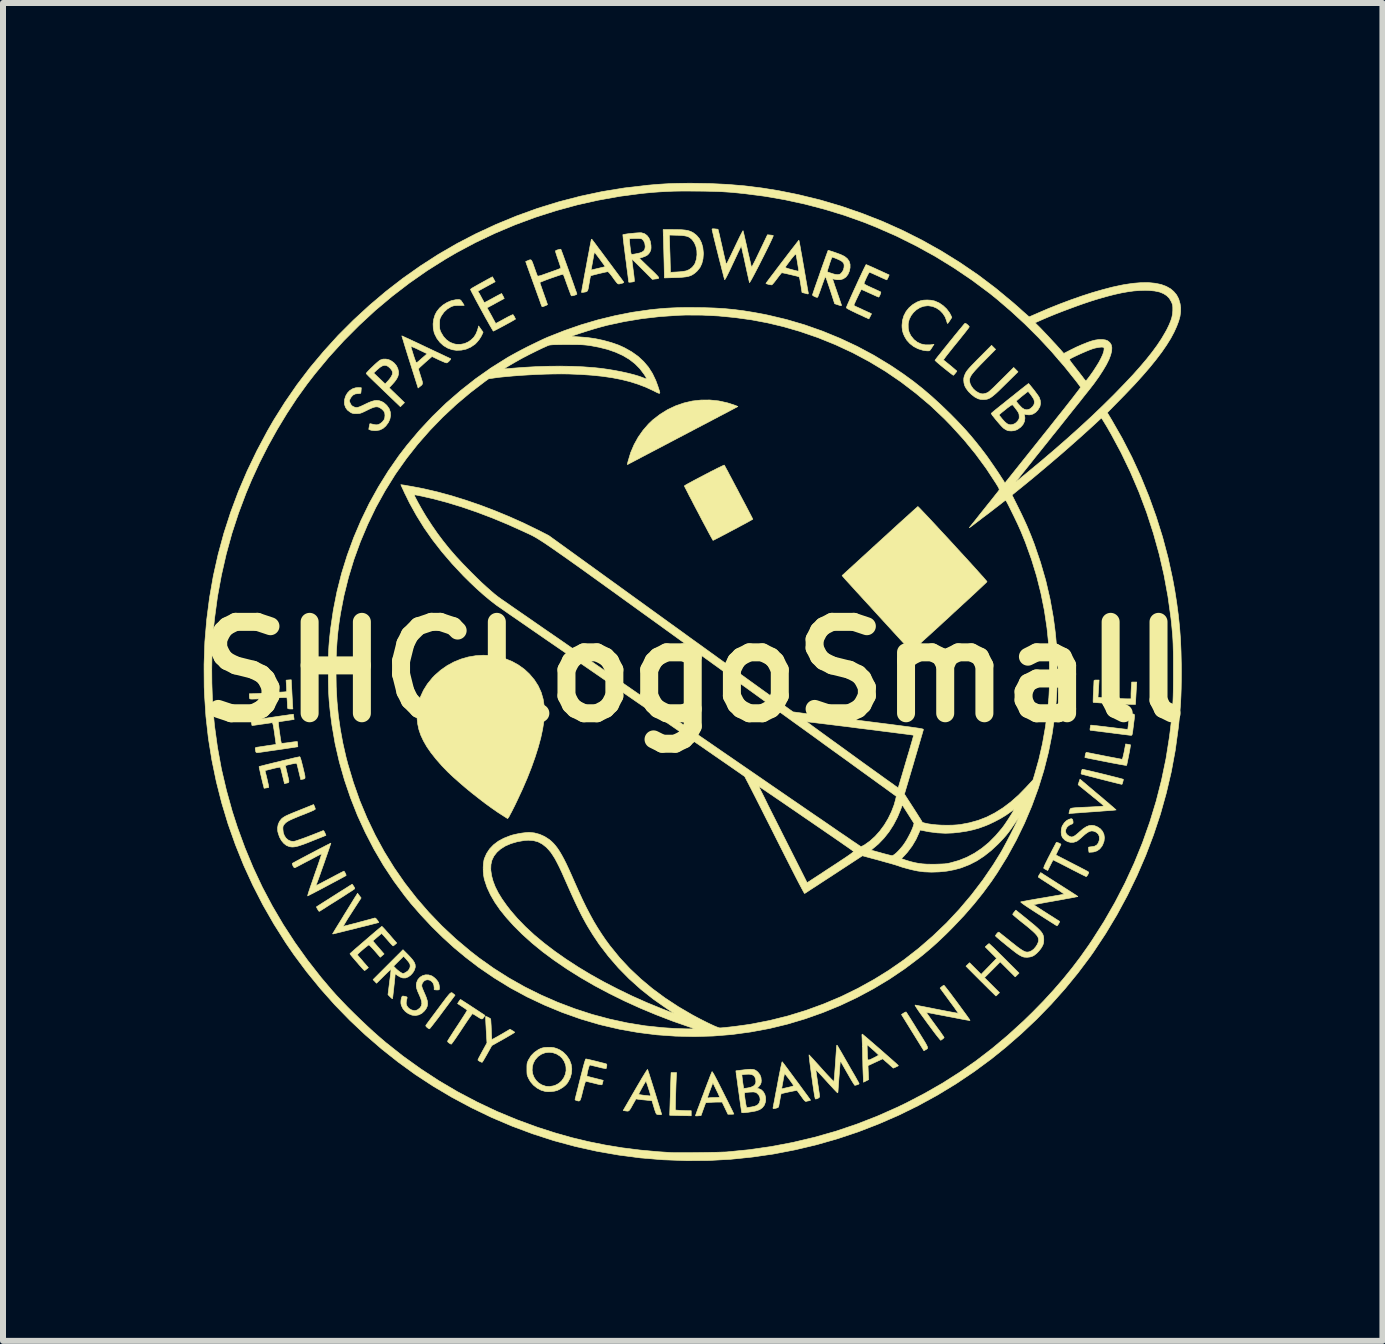
<source format=kicad_pcb>
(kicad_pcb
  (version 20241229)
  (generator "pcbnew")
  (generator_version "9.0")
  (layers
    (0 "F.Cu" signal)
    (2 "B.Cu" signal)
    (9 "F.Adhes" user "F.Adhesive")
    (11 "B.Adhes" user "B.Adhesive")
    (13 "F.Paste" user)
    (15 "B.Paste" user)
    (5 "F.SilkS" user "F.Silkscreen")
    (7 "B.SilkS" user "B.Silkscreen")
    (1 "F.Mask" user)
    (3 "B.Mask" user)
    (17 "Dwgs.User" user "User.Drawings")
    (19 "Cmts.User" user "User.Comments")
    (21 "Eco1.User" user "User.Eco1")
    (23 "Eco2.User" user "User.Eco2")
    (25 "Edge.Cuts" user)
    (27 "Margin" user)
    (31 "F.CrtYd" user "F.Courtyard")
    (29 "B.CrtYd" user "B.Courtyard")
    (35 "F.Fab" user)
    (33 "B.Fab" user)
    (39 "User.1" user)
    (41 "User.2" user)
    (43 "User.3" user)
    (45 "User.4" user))
  (footprint "SHCLogoSmall"
    (layer "F.Cu")
    (at 8.498 8.151)
    (property "Reference" "SHCLogoSmall" (at 0 0 0) (layer "F.SilkS") (effects (font (size 1.524 1.524) (thickness 0.3))))
    (attr through_hole)
    (fp_poly (pts (xy 3.562 5.677) (xy 3.576 5.697) (xy 3.596 5.729) (xy 3.623 5.771) (xy 3.654 5.821) (xy 3.69 5.878) (xy 3.728 5.94) (xy 3.746 5.969) (xy 3.792 6.043) (xy 3.83 6.104) (xy 3.86 6.153) (xy 3.883 6.191) (xy 3.899 6.221) (xy 3.91 6.244) (xy 3.915 6.26) (xy 3.915 6.272) (xy 3.911 6.281) (xy 3.903 6.287) (xy 3.892 6.294) (xy 3.879 6.301) (xy 3.876 6.303) (xy 3.854 6.316) (xy 3.667 6.014) (xy 3.48 5.712) (xy 3.515 5.688) (xy 3.537 5.676) (xy 3.552 5.669) (xy 3.557 5.669) (xy 3.562 5.677)) (stroke (width 0.01) (type solid)) (fill yes) (layer "F.SilkS"))
    (fp_poly (pts (xy -0.274 6.759) (xy -0.275 6.788) (xy -0.277 6.832) (xy -0.279 6.886) (xy -0.281 6.947) (xy -0.283 7.013) (xy -0.285 7.07) (xy -0.29 7.304) (xy -0.206 7.31) (xy -0.164 7.312) (xy -0.121 7.314) (xy -0.085 7.315) (xy -0.074 7.315) (xy -0.025 7.315) (xy -0.025 7.4) (xy -0.112 7.398) (xy -0.161 7.397) (xy -0.217 7.396) (xy -0.272 7.394) (xy -0.291 7.394) (xy -0.384 7.391) (xy -0.378 7.203) (xy -0.376 7.133) (xy -0.373 7.057) (xy -0.371 6.978) (xy -0.369 6.905) (xy -0.367 6.847) (xy -0.361 6.68) (xy -0.269 6.68) (xy -0.274 6.759)) (stroke (width 0.01) (type solid)) (fill yes) (layer "F.SilkS"))
    (fp_poly (pts (xy -4.013 5.349) (xy -4.004 5.354) (xy -3.994 5.363) (xy -3.985 5.37) (xy -3.962 5.389) (xy -4.17 5.668) (xy -4.215 5.729) (xy -4.257 5.785) (xy -4.296 5.835) (xy -4.329 5.878) (xy -4.356 5.912) (xy -4.375 5.936) (xy -4.386 5.948) (xy -4.388 5.95) (xy -4.401 5.946) (xy -4.419 5.934) (xy -4.427 5.928) (xy -4.445 5.91) (xy -4.45 5.897) (xy -4.448 5.891) (xy -4.442 5.882) (xy -4.426 5.86) (xy -4.403 5.828) (xy -4.372 5.787) (xy -4.337 5.739) (xy -4.296 5.685) (xy -4.253 5.626) (xy -4.238 5.607) (xy -4.187 5.538) (xy -4.145 5.482) (xy -4.111 5.437) (xy -4.084 5.403) (xy -4.063 5.378) (xy -4.047 5.361) (xy -4.033 5.351) (xy -4.023 5.347) (xy -4.013 5.349)) (stroke (width 0.01) (type solid)) (fill yes) (layer "F.SilkS"))
    (fp_poly (pts (xy 4.948 4.535) (xy 4.966 4.552) (xy 4.994 4.578) (xy 5.03 4.612) (xy 5.072 4.654) (xy 5.119 4.701) (xy 5.171 4.752) (xy 5.194 4.775) (xy 5.44 5.021) (xy 5.376 5.084) (xy 5.126 4.834) (xy 4.995 4.966) (xy 4.864 5.097) (xy 4.989 5.222) (xy 5.114 5.347) (xy 5.086 5.374) (xy 5.069 5.391) (xy 5.057 5.4) (xy 5.054 5.402) (xy 5.048 5.396) (xy 5.03 5.379) (xy 5.004 5.353) (xy 4.969 5.319) (xy 4.927 5.278) (xy 4.88 5.231) (xy 4.828 5.179) (xy 4.802 5.154) (xy 4.555 4.906) (xy 4.585 4.877) (xy 4.615 4.848) (xy 4.712 4.945) (xy 4.809 5.042) (xy 4.833 5.016) (xy 4.847 5.002) (xy 4.87 4.978) (xy 4.9 4.947) (xy 4.934 4.912) (xy 4.962 4.883) (xy 5.066 4.775) (xy 4.876 4.584) (xy 4.905 4.557) (xy 4.923 4.541) (xy 4.937 4.531) (xy 4.941 4.53) (xy 4.948 4.535)) (stroke (width 0.01) (type solid)) (fill yes) (layer "F.SilkS"))
    (fp_poly (pts (xy 6.503 1.624) (xy 6.526 1.629) (xy 6.561 1.637) (xy 6.606 1.647) (xy 6.66 1.66) (xy 6.719 1.674) (xy 6.782 1.689) (xy 6.847 1.705) (xy 6.912 1.721) (xy 6.974 1.737) (xy 7.031 1.751) (xy 7.082 1.764) (xy 7.124 1.775) (xy 7.156 1.784) (xy 7.174 1.789) (xy 7.178 1.791) (xy 7.178 1.8) (xy 7.174 1.818) (xy 7.168 1.841) (xy 7.162 1.861) (xy 7.156 1.873) (xy 7.155 1.874) (xy 7.146 1.873) (xy 7.123 1.868) (xy 7.086 1.859) (xy 7.039 1.847) (xy 6.982 1.833) (xy 6.918 1.817) (xy 6.848 1.799) (xy 6.828 1.794) (xy 6.757 1.776) (xy 6.69 1.758) (xy 6.629 1.743) (xy 6.577 1.729) (xy 6.535 1.718) (xy 6.505 1.711) (xy 6.49 1.707) (xy 6.488 1.706) (xy 6.478 1.702) (xy 6.474 1.694) (xy 6.477 1.675) (xy 6.479 1.666) (xy 6.486 1.642) (xy 6.492 1.626) (xy 6.494 1.623) (xy 6.503 1.624)) (stroke (width 0.01) (type solid)) (fill yes) (layer "F.SilkS"))
    (fp_poly (pts (xy -5.672 3.545) (xy -5.66 3.562) (xy -5.652 3.574) (xy -5.638 3.596) (xy -5.635 3.609) (xy -5.639 3.619) (xy -5.64 3.619) (xy -5.65 3.626) (xy -5.672 3.641) (xy -5.705 3.663) (xy -5.748 3.69) (xy -5.798 3.723) (xy -5.854 3.759) (xy -5.915 3.797) (xy -5.922 3.802) (xy -5.984 3.841) (xy -6.042 3.877) (xy -6.094 3.91) (xy -6.138 3.939) (xy -6.174 3.961) (xy -6.199 3.977) (xy -6.211 3.985) (xy -6.211 3.985) (xy -6.223 3.991) (xy -6.231 3.989) (xy -6.242 3.976) (xy -6.252 3.958) (xy -6.265 3.936) (xy -6.272 3.92) (xy -6.272 3.916) (xy -6.265 3.911) (xy -6.244 3.898) (xy -6.213 3.878) (xy -6.174 3.853) (xy -6.127 3.823) (xy -6.076 3.791) (xy -6.021 3.756) (xy -5.964 3.72) (xy -5.908 3.684) (xy -5.854 3.65) (xy -5.804 3.619) (xy -5.76 3.591) (xy -5.724 3.568) (xy -5.696 3.551) (xy -5.681 3.541) (xy -5.677 3.539) (xy -5.672 3.545)) (stroke (width 0.01) (type solid)) (fill yes) (layer "F.SilkS"))
    (fp_poly (pts (xy 0.431 -4.518) (xy 0.577 -4.486) (xy 0.692 -4.449) (xy 0.721 -4.438) (xy 0.742 -4.429) (xy 0.751 -4.424) (xy 0.752 -4.423) (xy 0.744 -4.419) (xy 0.722 -4.408) (xy 0.687 -4.389) (xy 0.64 -4.364) (xy 0.582 -4.333) (xy 0.513 -4.297) (xy 0.434 -4.256) (xy 0.347 -4.21) (xy 0.253 -4.16) (xy 0.151 -4.107) (xy 0.044 -4.051) (xy -0.068 -3.992) (xy -0.157 -3.945) (xy -0.272 -3.885) (xy -0.384 -3.826) (xy -0.49 -3.77) (xy -0.591 -3.717) (xy -0.685 -3.668) (xy -0.771 -3.623) (xy -0.849 -3.582) (xy -0.916 -3.546) (xy -0.974 -3.516) (xy -1.019 -3.492) (xy -1.053 -3.475) (xy -1.073 -3.464) (xy -1.078 -3.461) (xy -1.089 -3.457) (xy -1.09 -3.465) (xy -1.089 -3.468) (xy -1.084 -3.486) (xy -1.078 -3.512) (xy -1.075 -3.522) (xy -1.034 -3.657) (xy -0.978 -3.788) (xy -0.909 -3.913) (xy -0.828 -4.028) (xy -0.737 -4.133) (xy -0.667 -4.2) (xy -0.546 -4.293) (xy -0.419 -4.372) (xy -0.286 -4.435) (xy -0.148 -4.483) (xy -0.006 -4.516) (xy 0.139 -4.532) (xy 0.285 -4.533) (xy 0.431 -4.518)) (stroke (width 0.01) (type solid)) (fill yes) (layer "F.SilkS"))
    (fp_poly (pts (xy -5.064 -5.204) (xy -5.017 -5.18) (xy -4.975 -5.147) (xy -4.94 -5.105) (xy -4.916 -5.057) (xy -4.904 -5.004) (xy -4.905 -4.964) (xy -4.915 -4.925) (xy -4.936 -4.884) (xy -4.968 -4.839) (xy -5.002 -4.8) (xy -5.061 -4.737) (xy -4.805 -4.489) (xy -4.873 -4.421) (xy -5.157 -4.693) (xy -5.215 -4.749) (xy -5.269 -4.801) (xy -5.318 -4.848) (xy -5.361 -4.89) (xy -5.396 -4.924) (xy -5.422 -4.951) (xy -5.438 -4.968) (xy -5.443 -4.974) (xy -5.438 -4.983) (xy -5.319 -4.983) (xy -5.127 -4.8) (xy -5.089 -4.841) (xy -5.064 -4.869) (xy -5.04 -4.9) (xy -5.028 -4.919) (xy -5.008 -4.957) (xy -5.003 -4.991) (xy -5.013 -5.022) (xy -5.038 -5.056) (xy -5.044 -5.062) (xy -5.077 -5.092) (xy -5.109 -5.108) (xy -5.142 -5.111) (xy -5.177 -5.1) (xy -5.216 -5.076) (xy -5.262 -5.036) (xy -5.265 -5.034) (xy -5.319 -4.983) (xy -5.438 -4.983) (xy -5.438 -4.984) (xy -5.422 -5.003) (xy -5.398 -5.028) (xy -5.369 -5.058) (xy -5.336 -5.089) (xy -5.303 -5.121) (xy -5.271 -5.15) (xy -5.243 -5.174) (xy -5.221 -5.191) (xy -5.211 -5.198) (xy -5.164 -5.214) (xy -5.114 -5.215) (xy -5.064 -5.204)) (stroke (width 0.01) (type solid)) (fill yes) (layer "F.SilkS"))
    (fp_poly (pts (xy 7.256 1.207) (xy 7.279 1.211) (xy 7.295 1.215) (xy 7.298 1.216) (xy 7.298 1.225) (xy 7.294 1.248) (xy 7.289 1.281) (xy 7.282 1.321) (xy 7.273 1.366) (xy 7.264 1.413) (xy 7.255 1.457) (xy 7.247 1.497) (xy 7.24 1.53) (xy 7.235 1.551) (xy 7.232 1.559) (xy 7.223 1.558) (xy 7.198 1.555) (xy 7.161 1.548) (xy 7.113 1.54) (xy 7.055 1.529) (xy 6.989 1.517) (xy 6.917 1.503) (xy 6.883 1.496) (xy 6.81 1.482) (xy 6.741 1.468) (xy 6.68 1.456) (xy 6.627 1.446) (xy 6.585 1.437) (xy 6.556 1.431) (xy 6.54 1.428) (xy 6.538 1.427) (xy 6.539 1.418) (xy 6.542 1.398) (xy 6.545 1.381) (xy 6.552 1.355) (xy 6.559 1.343) (xy 6.568 1.341) (xy 6.569 1.341) (xy 6.581 1.344) (xy 6.607 1.35) (xy 6.645 1.357) (xy 6.692 1.367) (xy 6.746 1.377) (xy 6.805 1.389) (xy 6.866 1.401) (xy 6.926 1.413) (xy 6.985 1.424) (xy 7.038 1.434) (xy 7.085 1.443) (xy 7.122 1.45) (xy 7.147 1.455) (xy 7.158 1.456) (xy 7.158 1.456) (xy 7.164 1.448) (xy 7.171 1.426) (xy 7.179 1.392) (xy 7.189 1.348) (xy 7.193 1.329) (xy 7.217 1.201) (xy 7.256 1.207)) (stroke (width 0.01) (type solid)) (fill yes) (layer "F.SilkS"))
    (fp_poly (pts (xy -3.863 5.465) (xy -3.843 5.478) (xy -3.812 5.498) (xy -3.773 5.523) (xy -3.726 5.553) (xy -3.675 5.587) (xy -3.665 5.593) (xy -3.463 5.726) (xy -3.479 5.752) (xy -3.493 5.772) (xy -3.505 5.783) (xy -3.52 5.785) (xy -3.54 5.777) (xy -3.568 5.76) (xy -3.59 5.746) (xy -3.621 5.726) (xy -3.648 5.71) (xy -3.666 5.7) (xy -3.671 5.698) (xy -3.678 5.705) (xy -3.693 5.724) (xy -3.715 5.755) (xy -3.743 5.795) (xy -3.775 5.842) (xy -3.811 5.896) (xy -3.848 5.952) (xy -3.887 6.011) (xy -3.923 6.064) (xy -3.955 6.112) (xy -3.983 6.151) (xy -4.004 6.181) (xy -4.019 6.199) (xy -4.025 6.206) (xy -4.038 6.201) (xy -4.057 6.19) (xy -4.062 6.186) (xy -4.08 6.171) (xy -4.087 6.158) (xy -4.087 6.155) (xy -4.081 6.145) (xy -4.068 6.123) (xy -4.047 6.09) (xy -4.02 6.048) (xy -3.989 5.999) (xy -3.953 5.944) (xy -3.921 5.896) (xy -3.883 5.838) (xy -3.849 5.785) (xy -3.818 5.737) (xy -3.793 5.698) (xy -3.774 5.667) (xy -3.763 5.648) (xy -3.759 5.642) (xy -3.766 5.635) (xy -3.784 5.62) (xy -3.811 5.601) (xy -3.84 5.582) (xy -3.92 5.529) (xy -3.898 5.495) (xy -3.884 5.475) (xy -3.874 5.463) (xy -3.871 5.461) (xy -3.863 5.465)) (stroke (width 0.01) (type solid)) (fill yes) (layer "F.SilkS"))
    (fp_poly (pts (xy -3.443 5.744) (xy -3.424 5.752) (xy -3.403 5.762) (xy -3.383 5.774) (xy -3.37 5.783) (xy -3.369 5.784) (xy -3.367 5.795) (xy -3.365 5.82) (xy -3.363 5.856) (xy -3.36 5.901) (xy -3.358 5.952) (xy -3.358 5.959) (xy -3.356 6.01) (xy -3.354 6.055) (xy -3.352 6.092) (xy -3.35 6.117) (xy -3.349 6.128) (xy -3.349 6.128) (xy -3.341 6.125) (xy -3.32 6.115) (xy -3.29 6.098) (xy -3.251 6.077) (xy -3.207 6.051) (xy -3.195 6.045) (xy -3.046 5.957) (xy -3.007 5.98) (xy -2.985 5.993) (xy -2.971 6.004) (xy -2.968 6.009) (xy -2.975 6.014) (xy -2.995 6.027) (xy -3.026 6.046) (xy -3.066 6.069) (xy -3.112 6.096) (xy -3.158 6.122) (xy -3.349 6.229) (xy -3.426 6.367) (xy -3.451 6.411) (xy -3.473 6.449) (xy -3.491 6.48) (xy -3.504 6.5) (xy -3.51 6.508) (xy -3.511 6.508) (xy -3.522 6.506) (xy -3.542 6.497) (xy -3.55 6.493) (xy -3.569 6.481) (xy -3.58 6.471) (xy -3.581 6.469) (xy -3.577 6.459) (xy -3.567 6.437) (xy -3.55 6.405) (xy -3.529 6.366) (xy -3.506 6.323) (xy -3.43 6.185) (xy -3.443 5.966) (xy -3.446 5.907) (xy -3.449 5.854) (xy -3.451 5.809) (xy -3.452 5.774) (xy -3.452 5.751) (xy -3.452 5.743) (xy -3.443 5.744)) (stroke (width 0.01) (type solid)) (fill yes) (layer "F.SilkS"))
    (fp_poly (pts (xy -5.558 3.729) (xy -5.528 3.768) (xy -5.68 4.003) (xy -5.716 4.059) (xy -5.749 4.11) (xy -5.777 4.156) (xy -5.799 4.193) (xy -5.815 4.22) (xy -5.824 4.237) (xy -5.824 4.24) (xy -5.815 4.239) (xy -5.792 4.233) (xy -5.758 4.225) (xy -5.714 4.213) (xy -5.663 4.2) (xy -5.607 4.186) (xy -5.55 4.17) (xy -5.493 4.155) (xy -5.438 4.14) (xy -5.388 4.127) (xy -5.346 4.115) (xy -5.313 4.106) (xy -5.3 4.102) (xy -5.286 4.106) (xy -5.267 4.126) (xy -5.259 4.137) (xy -5.244 4.158) (xy -5.236 4.173) (xy -5.234 4.178) (xy -5.242 4.18) (xy -5.265 4.186) (xy -5.301 4.195) (xy -5.347 4.207) (xy -5.401 4.221) (xy -5.462 4.236) (xy -5.527 4.252) (xy -5.595 4.269) (xy -5.664 4.287) (xy -5.731 4.303) (xy -5.795 4.319) (xy -5.854 4.334) (xy -5.905 4.346) (xy -5.947 4.357) (xy -5.978 4.364) (xy -5.995 4.368) (xy -5.999 4.369) (xy -6.003 4.365) (xy -5.999 4.358) (xy -5.986 4.338) (xy -5.968 4.307) (xy -5.943 4.266) (xy -5.914 4.219) (xy -5.881 4.166) (xy -5.846 4.109) (xy -5.81 4.049) (xy -5.773 3.99) (xy -5.737 3.931) (xy -5.703 3.876) (xy -5.672 3.826) (xy -5.645 3.782) (xy -5.623 3.747) (xy -5.61 3.727) (xy -5.587 3.69) (xy -5.558 3.729)) (stroke (width 0.01) (type solid)) (fill yes) (layer "F.SilkS"))
    (fp_poly (pts (xy 6.758 2.043) (xy 6.82 2.094) (xy 6.876 2.143) (xy 6.928 2.186) (xy 6.972 2.225) (xy 7.009 2.256) (xy 7.036 2.28) (xy 7.053 2.296) (xy 7.058 2.301) (xy 7.049 2.302) (xy 7.025 2.305) (xy 6.987 2.308) (xy 6.939 2.312) (xy 6.88 2.316) (xy 6.814 2.321) (xy 6.741 2.327) (xy 6.713 2.329) (xy 6.636 2.334) (xy 6.563 2.339) (xy 6.496 2.344) (xy 6.436 2.349) (xy 6.386 2.352) (xy 6.349 2.355) (xy 6.325 2.357) (xy 6.321 2.357) (xy 6.272 2.362) (xy 6.276 2.339) (xy 6.283 2.312) (xy 6.289 2.294) (xy 6.292 2.287) (xy 6.297 2.281) (xy 6.304 2.276) (xy 6.316 2.272) (xy 6.334 2.269) (xy 6.36 2.266) (xy 6.395 2.263) (xy 6.441 2.26) (xy 6.5 2.257) (xy 6.573 2.254) (xy 6.636 2.251) (xy 6.695 2.248) (xy 6.748 2.245) (xy 6.793 2.242) (xy 6.827 2.239) (xy 6.849 2.236) (xy 6.856 2.234) (xy 6.849 2.228) (xy 6.831 2.212) (xy 6.802 2.188) (xy 6.766 2.158) (xy 6.723 2.122) (xy 6.675 2.084) (xy 6.663 2.074) (xy 6.613 2.033) (xy 6.566 1.995) (xy 6.525 1.962) (xy 6.49 1.933) (xy 6.465 1.913) (xy 6.45 1.901) (xy 6.449 1.9) (xy 6.425 1.88) (xy 6.44 1.834) (xy 6.456 1.788) (xy 6.758 2.043)) (stroke (width 0.01) (type solid)) (fill yes) (layer "F.SilkS"))
    (fp_poly (pts (xy -3.368 -0.273) (xy -3.246 -0.254) (xy -3.127 -0.221) (xy -3.013 -0.175) (xy -2.905 -0.115) (xy -2.804 -0.042) (xy -2.72 0.037) (xy -2.64 0.132) (xy -2.576 0.232) (xy -2.527 0.339) (xy -2.494 0.452) (xy -2.475 0.573) (xy -2.472 0.701) (xy -2.481 0.821) (xy -2.502 0.955) (xy -2.533 1.1) (xy -2.575 1.255) (xy -2.627 1.419) (xy -2.688 1.591) (xy -2.758 1.769) (xy -2.837 1.952) (xy -2.924 2.139) (xy -2.968 2.231) (xy -2.994 2.282) (xy -3.018 2.33) (xy -3.04 2.37) (xy -3.056 2.402) (xy -3.068 2.422) (xy -3.071 2.427) (xy -3.086 2.445) (xy -3.151 2.404) (xy -3.249 2.341) (xy -3.354 2.268) (xy -3.463 2.189) (xy -3.573 2.104) (xy -3.684 2.017) (xy -3.792 1.928) (xy -3.895 1.839) (xy -3.992 1.753) (xy -4.079 1.671) (xy -4.154 1.594) (xy -4.181 1.566) (xy -4.279 1.454) (xy -4.363 1.348) (xy -4.433 1.247) (xy -4.489 1.149) (xy -4.533 1.055) (xy -4.565 0.961) (xy -4.585 0.867) (xy -4.595 0.778) (xy -4.593 0.655) (xy -4.574 0.535) (xy -4.54 0.419) (xy -4.489 0.307) (xy -4.423 0.201) (xy -4.341 0.1) (xy -4.302 0.059) (xy -4.202 -0.029) (xy -4.095 -0.104) (xy -3.981 -0.166) (xy -3.863 -0.214) (xy -3.741 -0.249) (xy -3.617 -0.27) (xy -3.492 -0.278) (xy -3.368 -0.273)) (stroke (width 0.01) (type solid)) (fill yes) (layer "F.SilkS"))
    (fp_poly (pts (xy 7.321 0.7) (xy 7.33 0.701) (xy 7.343 0.702) (xy 7.353 0.704) (xy 7.36 0.709) (xy 7.364 0.719) (xy 7.365 0.736) (xy 7.363 0.762) (xy 7.359 0.8) (xy 7.352 0.851) (xy 7.349 0.88) (xy 7.341 0.939) (xy 7.336 0.983) (xy 7.331 1.015) (xy 7.327 1.036) (xy 7.323 1.049) (xy 7.318 1.055) (xy 7.313 1.057) (xy 7.306 1.057) (xy 7.304 1.057) (xy 7.292 1.056) (xy 7.265 1.053) (xy 7.225 1.048) (xy 7.174 1.042) (xy 7.114 1.034) (xy 7.047 1.026) (xy 6.975 1.016) (xy 6.968 1.016) (xy 6.896 1.006) (xy 6.829 0.998) (xy 6.769 0.99) (xy 6.718 0.984) (xy 6.677 0.979) (xy 6.649 0.976) (xy 6.636 0.974) (xy 6.635 0.974) (xy 6.626 0.972) (xy 6.623 0.963) (xy 6.624 0.942) (xy 6.626 0.933) (xy 6.63 0.909) (xy 6.633 0.892) (xy 6.634 0.888) (xy 6.643 0.888) (xy 6.667 0.89) (xy 6.703 0.894) (xy 6.75 0.899) (xy 6.807 0.906) (xy 6.87 0.913) (xy 6.923 0.92) (xy 6.992 0.928) (xy 7.056 0.936) (xy 7.113 0.943) (xy 7.162 0.949) (xy 7.199 0.953) (xy 7.223 0.956) (xy 7.231 0.956) (xy 7.253 0.957) (xy 7.268 0.832) (xy 7.274 0.788) (xy 7.279 0.75) (xy 7.284 0.721) (xy 7.287 0.704) (xy 7.288 0.702) (xy 7.3 0.7) (xy 7.321 0.7)) (stroke (width 0.01) (type solid)) (fill yes) (layer "F.SilkS"))
    (fp_poly (pts (xy -6.683 0.313) (xy -6.68 0.372) (xy -6.677 0.428) (xy -6.674 0.48) (xy -6.672 0.523) (xy -6.67 0.553) (xy -6.67 0.557) (xy -6.666 0.618) (xy -6.707 0.618) (xy -6.735 0.616) (xy -6.75 0.61) (xy -6.752 0.607) (xy -6.754 0.595) (xy -6.756 0.57) (xy -6.757 0.536) (xy -6.758 0.515) (xy -6.76 0.479) (xy -6.762 0.45) (xy -6.765 0.432) (xy -6.766 0.428) (xy -6.776 0.427) (xy -6.8 0.427) (xy -6.837 0.428) (xy -6.886 0.43) (xy -6.943 0.433) (xy -7.008 0.437) (xy -7.074 0.44) (xy -7.156 0.445) (xy -7.223 0.449) (xy -7.276 0.451) (xy -7.316 0.452) (xy -7.346 0.453) (xy -7.366 0.452) (xy -7.378 0.45) (xy -7.384 0.448) (xy -7.384 0.447) (xy -7.389 0.432) (xy -7.391 0.408) (xy -7.391 0.4) (xy -7.391 0.364) (xy -7.347 0.364) (xy -7.324 0.363) (xy -7.289 0.362) (xy -7.244 0.36) (xy -7.191 0.357) (xy -7.134 0.354) (xy -7.073 0.35) (xy -7.013 0.347) (xy -6.954 0.343) (xy -6.899 0.339) (xy -6.851 0.336) (xy -6.812 0.334) (xy -6.785 0.331) (xy -6.772 0.33) (xy -6.771 0.329) (xy -6.77 0.32) (xy -6.77 0.297) (xy -6.771 0.265) (xy -6.773 0.233) (xy -6.775 0.195) (xy -6.777 0.165) (xy -6.778 0.145) (xy -6.778 0.138) (xy -6.77 0.137) (xy -6.75 0.135) (xy -6.735 0.134) (xy -6.693 0.131) (xy -6.683 0.313)) (stroke (width 0.01) (type solid)) (fill yes) (layer "F.SilkS"))
    (fp_poly (pts (xy 4.555 -5.807) (xy 4.575 -5.792) (xy 4.577 -5.791) (xy 4.596 -5.773) (xy 4.608 -5.758) (xy 4.61 -5.753) (xy 4.605 -5.744) (xy 4.59 -5.723) (xy 4.567 -5.693) (xy 4.536 -5.653) (xy 4.499 -5.607) (xy 4.457 -5.554) (xy 4.411 -5.497) (xy 4.391 -5.473) (xy 4.344 -5.415) (xy 4.301 -5.361) (xy 4.263 -5.313) (xy 4.23 -5.271) (xy 4.205 -5.238) (xy 4.188 -5.214) (xy 4.18 -5.201) (xy 4.18 -5.2) (xy 4.192 -5.19) (xy 4.214 -5.173) (xy 4.242 -5.15) (xy 4.274 -5.124) (xy 4.307 -5.097) (xy 4.339 -5.07) (xy 4.367 -5.046) (xy 4.388 -5.028) (xy 4.401 -5.017) (xy 4.403 -5.015) (xy 4.398 -5.005) (xy 4.385 -4.989) (xy 4.37 -4.97) (xy 4.355 -4.954) (xy 4.346 -4.945) (xy 4.345 -4.945) (xy 4.337 -4.95) (xy 4.317 -4.964) (xy 4.289 -4.986) (xy 4.253 -5.014) (xy 4.212 -5.047) (xy 4.189 -5.065) (xy 4.146 -5.1) (xy 4.108 -5.132) (xy 4.076 -5.159) (xy 4.053 -5.18) (xy 4.041 -5.192) (xy 4.039 -5.195) (xy 4.044 -5.202) (xy 4.059 -5.222) (xy 4.081 -5.251) (xy 4.111 -5.288) (xy 4.146 -5.332) (xy 4.185 -5.381) (xy 4.228 -5.434) (xy 4.272 -5.489) (xy 4.317 -5.544) (xy 4.36 -5.598) (xy 4.402 -5.649) (xy 4.44 -5.696) (xy 4.474 -5.736) (xy 4.501 -5.769) (xy 4.521 -5.793) (xy 4.533 -5.806) (xy 4.533 -5.806) (xy 4.542 -5.811) (xy 4.555 -5.807)) (stroke (width 0.01) (type solid)) (fill yes) (layer "F.SilkS"))
    (fp_poly (pts (xy -0.325 -7.374) (xy -0.246 -7.373) (xy -0.182 -7.371) (xy -0.129 -7.366) (xy -0.086 -7.359) (xy -0.049 -7.348) (xy -0.016 -7.334) (xy 0.007 -7.322) (xy 0.065 -7.277) (xy 0.112 -7.221) (xy 0.146 -7.153) (xy 0.168 -7.076) (xy 0.177 -6.989) (xy 0.178 -6.972) (xy 0.171 -6.885) (xy 0.152 -6.808) (xy 0.121 -6.742) (xy 0.076 -6.685) (xy 0.062 -6.672) (xy 0.031 -6.645) (xy 0.000315 -6.624) (xy -0.032 -6.607) (xy -0.069 -6.595) (xy -0.112 -6.586) (xy -0.165 -6.58) (xy -0.23 -6.575) (xy -0.301 -6.573) (xy -0.472 -6.568) (xy -0.477 -6.808) (xy -0.479 -6.881) (xy -0.481 -6.959) (xy -0.483 -7.037) (xy -0.485 -7.11) (xy -0.487 -7.174) (xy -0.488 -7.211) (xy -0.49 -7.283) (xy -0.39 -7.283) (xy -0.385 -7.149) (xy -0.384 -7.096) (xy -0.382 -7.031) (xy -0.379 -6.961) (xy -0.377 -6.892) (xy -0.376 -6.838) (xy -0.371 -6.661) (xy -0.264 -6.667) (xy -0.217 -6.67) (xy -0.172 -6.675) (xy -0.133 -6.681) (xy -0.107 -6.686) (xy -0.056 -6.708) (xy -0.01 -6.743) (xy 0.026 -6.787) (xy 0.041 -6.815) (xy 0.062 -6.882) (xy 0.071 -6.952) (xy 0.069 -7.023) (xy 0.054 -7.091) (xy 0.029 -7.152) (xy -0.007 -7.203) (xy -0.015 -7.212) (xy -0.04 -7.233) (xy -0.066 -7.25) (xy -0.097 -7.262) (xy -0.136 -7.27) (xy -0.185 -7.276) (xy -0.247 -7.279) (xy -0.261 -7.279) (xy -0.39 -7.283) (xy -0.49 -7.283) (xy -0.493 -7.374) (xy -0.325 -7.374)) (stroke (width 0.01) (type solid)) (fill yes) (layer "F.SilkS"))
    (fp_poly (pts (xy 3.97 -6.196) (xy 4.026 -6.185) (xy 4.039 -6.181) (xy 4.109 -6.15) (xy 4.175 -6.105) (xy 4.233 -6.05) (xy 4.28 -5.988) (xy 4.303 -5.945) (xy 4.319 -5.909) (xy 4.287 -5.859) (xy 4.27 -5.834) (xy 4.257 -5.816) (xy 4.249 -5.808) (xy 4.249 -5.808) (xy 4.244 -5.816) (xy 4.237 -5.834) (xy 4.234 -5.847) (xy 4.209 -5.916) (xy 4.17 -5.976) (xy 4.121 -6.027) (xy 4.063 -6.066) (xy 3.998 -6.093) (xy 3.929 -6.104) (xy 3.914 -6.104) (xy 3.85 -6.096) (xy 3.788 -6.074) (xy 3.73 -6.038) (xy 3.68 -5.992) (xy 3.639 -5.938) (xy 3.609 -5.877) (xy 3.593 -5.812) (xy 3.592 -5.794) (xy 3.593 -5.727) (xy 3.606 -5.667) (xy 3.633 -5.61) (xy 3.641 -5.598) (xy 3.687 -5.541) (xy 3.743 -5.497) (xy 3.807 -5.467) (xy 3.878 -5.452) (xy 3.955 -5.452) (xy 3.981 -5.455) (xy 4.022 -5.462) (xy 3.987 -5.406) (xy 3.969 -5.379) (xy 3.956 -5.362) (xy 3.944 -5.354) (xy 3.93 -5.352) (xy 3.917 -5.352) (xy 3.889 -5.354) (xy 3.854 -5.359) (xy 3.83 -5.364) (xy 3.754 -5.388) (xy 3.683 -5.425) (xy 3.621 -5.473) (xy 3.569 -5.53) (xy 3.532 -5.591) (xy 3.509 -5.644) (xy 3.496 -5.692) (xy 3.49 -5.742) (xy 3.489 -5.779) (xy 3.497 -5.86) (xy 3.52 -5.938) (xy 3.557 -6.009) (xy 3.607 -6.071) (xy 3.669 -6.124) (xy 3.74 -6.166) (xy 3.797 -6.187) (xy 3.848 -6.197) (xy 3.908 -6.2) (xy 3.97 -6.196)) (stroke (width 0.01) (type solid)) (fill yes) (layer "F.SilkS"))
    (fp_poly (pts (xy 0.526 -3.448) (xy 0.531 -3.44) (xy 0.543 -3.418) (xy 0.561 -3.384) (xy 0.585 -3.341) (xy 0.612 -3.288) (xy 0.644 -3.229) (xy 0.678 -3.164) (xy 0.714 -3.096) (xy 0.752 -3.025) (xy 0.789 -2.953) (xy 0.826 -2.883) (xy 0.862 -2.815) (xy 0.896 -2.751) (xy 0.926 -2.693) (xy 0.952 -2.643) (xy 0.974 -2.601) (xy 0.99 -2.57) (xy 0.999 -2.551) (xy 1.002 -2.546) (xy 0.995 -2.541) (xy 0.975 -2.53) (xy 0.943 -2.512) (xy 0.902 -2.489) (xy 0.854 -2.463) (xy 0.799 -2.434) (xy 0.741 -2.402) (xy 0.68 -2.37) (xy 0.619 -2.338) (xy 0.56 -2.306) (xy 0.504 -2.277) (xy 0.453 -2.25) (xy 0.41 -2.228) (xy 0.375 -2.21) (xy 0.351 -2.198) (xy 0.339 -2.193) (xy 0.338 -2.193) (xy 0.334 -2.2) (xy 0.322 -2.221) (xy 0.303 -2.255) (xy 0.279 -2.299) (xy 0.25 -2.353) (xy 0.217 -2.416) (xy 0.179 -2.486) (xy 0.139 -2.562) (xy 0.097 -2.643) (xy 0.054 -2.724) (xy 0.014 -2.8) (xy -0.022 -2.871) (xy -0.056 -2.934) (xy -0.084 -2.99) (xy -0.107 -3.035) (xy -0.125 -3.07) (xy -0.136 -3.092) (xy -0.14 -3.101) (xy -0.132 -3.106) (xy -0.112 -3.119) (xy -0.08 -3.137) (xy -0.039 -3.159) (xy 0.01 -3.186) (xy 0.065 -3.215) (xy 0.124 -3.246) (xy 0.185 -3.278) (xy 0.246 -3.31) (xy 0.305 -3.341) (xy 0.362 -3.369) (xy 0.412 -3.395) (xy 0.456 -3.416) (xy 0.491 -3.433) (xy 0.515 -3.444) (xy 0.526 -3.448) (xy 0.526 -3.448)) (stroke (width 0.01) (type solid)) (fill yes) (layer "F.SilkS"))
    (fp_poly (pts (xy 5.049 -5.377) (xy 4.855 -5.18) (xy 4.793 -5.117) (xy 4.743 -5.064) (xy 4.703 -5.021) (xy 4.672 -4.984) (xy 4.648 -4.953) (xy 4.632 -4.927) (xy 4.622 -4.904) (xy 4.616 -4.883) (xy 4.614 -4.861) (xy 4.614 -4.858) (xy 4.622 -4.811) (xy 4.644 -4.764) (xy 4.677 -4.719) (xy 4.718 -4.681) (xy 4.765 -4.653) (xy 4.799 -4.64) (xy 4.825 -4.635) (xy 4.85 -4.636) (xy 4.881 -4.644) (xy 4.884 -4.644) (xy 4.897 -4.649) (xy 4.91 -4.654) (xy 4.923 -4.661) (xy 4.939 -4.673) (xy 4.958 -4.689) (xy 4.982 -4.711) (xy 5.014 -4.74) (xy 5.053 -4.779) (xy 5.101 -4.827) (xy 5.142 -4.867) (xy 5.351 -5.075) (xy 5.387 -5.039) (xy 5.423 -5.003) (xy 5.215 -4.798) (xy 5.152 -4.736) (xy 5.099 -4.684) (xy 5.055 -4.643) (xy 5.017 -4.611) (xy 4.986 -4.586) (xy 4.958 -4.568) (xy 4.933 -4.555) (xy 4.909 -4.547) (xy 4.884 -4.543) (xy 4.858 -4.541) (xy 4.852 -4.54) (xy 4.803 -4.542) (xy 4.762 -4.552) (xy 4.756 -4.554) (xy 4.701 -4.583) (xy 4.647 -4.625) (xy 4.597 -4.674) (xy 4.557 -4.728) (xy 4.536 -4.767) (xy 4.522 -4.816) (xy 4.518 -4.861) (xy 4.519 -4.895) (xy 4.525 -4.923) (xy 4.536 -4.953) (xy 4.546 -4.975) (xy 4.555 -4.993) (xy 4.566 -5.01) (xy 4.581 -5.03) (xy 4.599 -5.052) (xy 4.624 -5.08) (xy 4.656 -5.114) (xy 4.697 -5.156) (xy 4.747 -5.208) (xy 4.778 -5.239) (xy 4.982 -5.444) (xy 5.049 -5.377)) (stroke (width 0.01) (type solid)) (fill yes) (layer "F.SilkS"))
    (fp_poly (pts (xy 3.76 -2.751) (xy 3.778 -2.734) (xy 3.805 -2.706) (xy 3.84 -2.669) (xy 3.883 -2.624) (xy 3.933 -2.571) (xy 3.989 -2.511) (xy 4.049 -2.447) (xy 4.113 -2.377) (xy 4.18 -2.305) (xy 4.25 -2.23) (xy 4.32 -2.154) (xy 4.39 -2.077) (xy 4.46 -2.001) (xy 4.528 -1.927) (xy 4.593 -1.856) (xy 4.655 -1.788) (xy 4.712 -1.725) (xy 4.763 -1.668) (xy 4.808 -1.618) (xy 4.846 -1.576) (xy 4.875 -1.542) (xy 4.895 -1.519) (xy 4.905 -1.506) (xy 4.906 -1.504) (xy 4.9 -1.497) (xy 4.883 -1.48) (xy 4.854 -1.453) (xy 4.816 -1.417) (xy 4.769 -1.373) (xy 4.715 -1.322) (xy 4.653 -1.265) (xy 4.585 -1.202) (xy 4.512 -1.135) (xy 4.435 -1.064) (xy 4.354 -0.99) (xy 4.272 -0.913) (xy 4.187 -0.836) (xy 4.103 -0.758) (xy 4.018 -0.681) (xy 3.935 -0.605) (xy 3.854 -0.532) (xy 3.777 -0.461) (xy 3.708 -0.398) (xy 3.644 -0.34) (xy 3.09 -0.945) (xy 3.011 -1.032) (xy 2.935 -1.115) (xy 2.862 -1.194) (xy 2.794 -1.269) (xy 2.731 -1.337) (xy 2.675 -1.399) (xy 2.626 -1.453) (xy 2.584 -1.499) (xy 2.551 -1.535) (xy 2.528 -1.561) (xy 2.515 -1.576) (xy 2.513 -1.578) (xy 2.49 -1.606) (xy 3.116 -2.179) (xy 3.204 -2.259) (xy 3.288 -2.336) (xy 3.368 -2.409) (xy 3.442 -2.477) (xy 3.511 -2.539) (xy 3.573 -2.595) (xy 3.627 -2.644) (xy 3.673 -2.686) (xy 3.709 -2.718) (xy 3.735 -2.741) (xy 3.75 -2.754) (xy 3.754 -2.757) (xy 3.76 -2.751)) (stroke (width 0.01) (type solid)) (fill yes) (layer "F.SilkS"))
    (fp_poly (pts (xy 6.091 2.848) (xy 6.112 2.857) (xy 6.13 2.866) (xy 6.138 2.874) (xy 6.138 2.875) (xy 6.135 2.884) (xy 6.125 2.904) (xy 6.111 2.934) (xy 6.095 2.964) (xy 6.079 2.999) (xy 6.065 3.027) (xy 6.057 3.045) (xy 6.055 3.052) (xy 6.063 3.056) (xy 6.084 3.067) (xy 6.117 3.084) (xy 6.16 3.106) (xy 6.211 3.132) (xy 6.268 3.162) (xy 6.317 3.187) (xy 6.379 3.219) (xy 6.436 3.248) (xy 6.487 3.275) (xy 6.53 3.297) (xy 6.563 3.315) (xy 6.584 3.326) (xy 6.591 3.331) (xy 6.6 3.338) (xy 6.601 3.348) (xy 6.594 3.364) (xy 6.588 3.377) (xy 6.575 3.398) (xy 6.563 3.41) (xy 6.559 3.412) (xy 6.55 3.408) (xy 6.527 3.397) (xy 6.492 3.38) (xy 6.448 3.358) (xy 6.396 3.331) (xy 6.338 3.302) (xy 6.279 3.271) (xy 6.217 3.239) (xy 6.16 3.21) (xy 6.11 3.184) (xy 6.067 3.163) (xy 6.035 3.147) (xy 6.014 3.137) (xy 6.007 3.134) (xy 6.003 3.142) (xy 5.992 3.163) (xy 5.977 3.192) (xy 5.961 3.224) (xy 5.918 3.311) (xy 5.891 3.297) (xy 5.869 3.285) (xy 5.854 3.275) (xy 5.853 3.275) (xy 5.851 3.268) (xy 5.855 3.255) (xy 5.863 3.232) (xy 5.878 3.199) (xy 5.9 3.155) (xy 5.928 3.098) (xy 5.949 3.058) (xy 5.977 3.003) (xy 6.003 2.953) (xy 6.026 2.91) (xy 6.044 2.876) (xy 6.056 2.853) (xy 6.062 2.842) (xy 6.062 2.842) (xy 6.072 2.842) (xy 6.091 2.848)) (stroke (width 0.01) (type solid)) (fill yes) (layer "F.SilkS"))
    (fp_poly (pts (xy -6.306 2.242) (xy -6.297 2.265) (xy -6.292 2.283) (xy -6.291 2.286) (xy -6.297 2.293) (xy -6.316 2.304) (xy -6.348 2.319) (xy -6.395 2.339) (xy -6.457 2.364) (xy -6.471 2.37) (xy -6.549 2.4) (xy -6.612 2.426) (xy -6.664 2.448) (xy -6.704 2.466) (xy -6.736 2.482) (xy -6.76 2.497) (xy -6.779 2.51) (xy -6.794 2.524) (xy -6.802 2.533) (xy -6.82 2.555) (xy -6.829 2.574) (xy -6.832 2.596) (xy -6.832 2.62) (xy -6.826 2.678) (xy -6.808 2.729) (xy -6.78 2.771) (xy -6.744 2.802) (xy -6.701 2.821) (xy -6.654 2.826) (xy -6.65 2.825) (xy -6.63 2.821) (xy -6.597 2.811) (xy -6.552 2.795) (xy -6.496 2.776) (xy -6.432 2.752) (xy -6.362 2.725) (xy -6.287 2.696) (xy -6.209 2.665) (xy -6.159 2.645) (xy -6.151 2.65) (xy -6.14 2.666) (xy -6.132 2.683) (xy -6.114 2.725) (xy -6.332 2.812) (xy -6.411 2.844) (xy -6.477 2.869) (xy -6.532 2.888) (xy -6.577 2.903) (xy -6.614 2.912) (xy -6.645 2.917) (xy -6.672 2.919) (xy -6.698 2.917) (xy -6.723 2.912) (xy -6.725 2.912) (xy -6.774 2.892) (xy -6.818 2.857) (xy -6.857 2.81) (xy -6.889 2.752) (xy -6.911 2.685) (xy -6.918 2.657) (xy -6.921 2.6) (xy -6.911 2.544) (xy -6.888 2.492) (xy -6.855 2.45) (xy -6.84 2.437) (xy -6.825 2.427) (xy -6.81 2.417) (xy -6.792 2.406) (xy -6.77 2.395) (xy -6.741 2.382) (xy -6.704 2.366) (xy -6.656 2.346) (xy -6.596 2.322) (xy -6.536 2.298) (xy -6.32 2.211) (xy -6.306 2.242)) (stroke (width 0.01) (type solid)) (fill yes) (layer "F.SilkS"))
    (fp_poly (pts (xy 0.326 6.666) (xy 0.336 6.681) (xy 0.352 6.707) (xy 0.373 6.746) (xy 0.401 6.799) (xy 0.435 6.866) (xy 0.476 6.947) (xy 0.507 7.009) (xy 0.543 7.081) (xy 0.577 7.148) (xy 0.607 7.209) (xy 0.634 7.263) (xy 0.656 7.307) (xy 0.672 7.341) (xy 0.682 7.362) (xy 0.686 7.37) (xy 0.678 7.372) (xy 0.658 7.374) (xy 0.636 7.374) (xy 0.587 7.374) (xy 0.49 7.171) (xy 0.421 7.171) (xy 0.375 7.172) (xy 0.325 7.174) (xy 0.284 7.177) (xy 0.216 7.182) (xy 0.177 7.289) (xy 0.139 7.396) (xy 0.094 7.4) (xy 0.069 7.402) (xy 0.051 7.401) (xy 0.046 7.399) (xy 0.048 7.391) (xy 0.056 7.368) (xy 0.068 7.334) (xy 0.084 7.289) (xy 0.104 7.237) (xy 0.126 7.178) (xy 0.149 7.114) (xy 0.155 7.097) (xy 0.246 7.097) (xy 0.253 7.102) (xy 0.271 7.101) (xy 0.272 7.1) (xy 0.293 7.098) (xy 0.324 7.096) (xy 0.361 7.095) (xy 0.374 7.095) (xy 0.407 7.094) (xy 0.433 7.092) (xy 0.447 7.089) (xy 0.449 7.087) (xy 0.445 7.077) (xy 0.435 7.055) (xy 0.421 7.023) (xy 0.402 6.985) (xy 0.392 6.964) (xy 0.336 6.849) (xy 0.291 6.969) (xy 0.275 7.011) (xy 0.262 7.048) (xy 0.252 7.077) (xy 0.246 7.094) (xy 0.246 7.097) (xy 0.155 7.097) (xy 0.174 7.049) (xy 0.198 6.982) (xy 0.223 6.918) (xy 0.246 6.856) (xy 0.268 6.8) (xy 0.286 6.751) (xy 0.302 6.711) (xy 0.314 6.682) (xy 0.321 6.666) (xy 0.321 6.664) (xy 0.326 6.666)) (stroke (width 0.01) (type solid)) (fill yes) (layer "F.SilkS"))
    (fp_poly (pts (xy -3.892 -6.206) (xy -3.876 -6.202) (xy -3.863 -6.192) (xy -3.849 -6.172) (xy -3.841 -6.16) (xy -3.825 -6.136) (xy -3.814 -6.118) (xy -3.81 -6.111) (xy -3.818 -6.11) (xy -3.839 -6.109) (xy -3.87 -6.109) (xy -3.897 -6.109) (xy -3.939 -6.108) (xy -3.969 -6.106) (xy -3.993 -6.101) (xy -4.016 -6.093) (xy -4.032 -6.086) (xy -4.091 -6.05) (xy -4.144 -6.001) (xy -4.186 -5.943) (xy -4.192 -5.933) (xy -4.205 -5.907) (xy -4.214 -5.887) (xy -4.218 -5.865) (xy -4.22 -5.838) (xy -4.221 -5.799) (xy -4.221 -5.795) (xy -4.22 -5.755) (xy -4.218 -5.725) (xy -4.213 -5.702) (xy -4.205 -5.678) (xy -4.194 -5.656) (xy -4.155 -5.59) (xy -4.105 -5.536) (xy -4.047 -5.495) (xy -3.983 -5.47) (xy -3.946 -5.462) (xy -3.872 -5.46) (xy -3.804 -5.473) (xy -3.74 -5.502) (xy -3.694 -5.535) (xy -3.65 -5.577) (xy -3.616 -5.629) (xy -3.589 -5.693) (xy -3.576 -5.739) (xy -3.569 -5.767) (xy -3.532 -5.715) (xy -3.495 -5.663) (xy -3.51 -5.628) (xy -3.53 -5.588) (xy -3.558 -5.544) (xy -3.592 -5.502) (xy -3.625 -5.467) (xy -3.634 -5.46) (xy -3.702 -5.414) (xy -3.778 -5.381) (xy -3.858 -5.364) (xy -3.94 -5.361) (xy -4.009 -5.371) (xy -4.085 -5.398) (xy -4.154 -5.439) (xy -4.214 -5.494) (xy -4.264 -5.559) (xy -4.302 -5.634) (xy -4.31 -5.656) (xy -4.325 -5.726) (xy -4.328 -5.802) (xy -4.318 -5.879) (xy -4.296 -5.951) (xy -4.268 -6.005) (xy -4.221 -6.065) (xy -4.163 -6.116) (xy -4.096 -6.158) (xy -4.026 -6.188) (xy -3.953 -6.204) (xy -3.915 -6.206) (xy -3.892 -6.206)) (stroke (width 0.01) (type solid)) (fill yes) (layer "F.SilkS"))
    (fp_poly (pts (xy -4.747 4.714) (xy -4.7 4.764) (xy -4.665 4.806) (xy -4.641 4.843) (xy -4.628 4.876) (xy -4.625 4.909) (xy -4.626 4.926) (xy -4.64 4.971) (xy -4.666 5.015) (xy -4.701 5.054) (xy -4.742 5.084) (xy -4.785 5.101) (xy -4.79 5.102) (xy -4.833 5.102) (xy -4.879 5.086) (xy -4.923 5.059) (xy -4.945 5.043) (xy -4.956 5.036) (xy -4.961 5.038) (xy -4.962 5.048) (xy -4.963 5.065) (xy -4.965 5.094) (xy -4.969 5.132) (xy -4.973 5.178) (xy -4.979 5.227) (xy -4.984 5.278) (xy -4.99 5.326) (xy -4.995 5.371) (xy -4.999 5.408) (xy -5.003 5.434) (xy -5.005 5.447) (xy -5.005 5.448) (xy -5.013 5.445) (xy -5.028 5.432) (xy -5.045 5.416) (xy -5.08 5.38) (xy -5.055 5.181) (xy -5.048 5.124) (xy -5.041 5.072) (xy -5.036 5.028) (xy -5.032 4.994) (xy -5.03 4.972) (xy -5.029 4.966) (xy -5.033 4.964) (xy -5.045 4.971) (xy -5.066 4.988) (xy -5.096 5.017) (xy -5.137 5.057) (xy -5.15 5.07) (xy -5.271 5.19) (xy -5.329 5.13) (xy -5.105 4.906) (xy -4.987 4.906) (xy -4.943 4.951) (xy -4.917 4.974) (xy -4.887 4.997) (xy -4.859 5.015) (xy -4.837 5.027) (xy -4.827 5.029) (xy -4.817 5.026) (xy -4.799 5.017) (xy -4.788 5.012) (xy -4.751 4.987) (xy -4.725 4.955) (xy -4.711 4.92) (xy -4.711 4.883) (xy -4.719 4.862) (xy -4.731 4.843) (xy -4.751 4.817) (xy -4.775 4.79) (xy -4.776 4.788) (xy -4.82 4.74) (xy -4.904 4.823) (xy -4.987 4.906) (xy -5.105 4.906) (xy -5.08 4.881) (xy -4.83 4.631) (xy -4.747 4.714)) (stroke (width 0.01) (type solid)) (fill yes) (layer "F.SilkS"))
    (fp_poly (pts (xy 6.769 0.218) (xy 6.767 0.263) (xy 6.764 0.31) (xy 6.761 0.35) (xy 6.76 0.361) (xy 6.756 0.421) (xy 6.783 0.426) (xy 6.804 0.429) (xy 6.836 0.431) (xy 6.872 0.432) (xy 6.879 0.432) (xy 6.916 0.431) (xy 6.939 0.428) (xy 6.952 0.419) (xy 6.958 0.4) (xy 6.96 0.37) (xy 6.96 0.349) (xy 6.96 0.311) (xy 6.962 0.266) (xy 6.965 0.223) (xy 6.965 0.222) (xy 6.971 0.152) (xy 7.054 0.152) (xy 7.049 0.248) (xy 7.046 0.292) (xy 7.044 0.336) (xy 7.041 0.372) (xy 7.04 0.39) (xy 7.035 0.438) (xy 7.105 0.443) (xy 7.15 0.446) (xy 7.199 0.448) (xy 7.241 0.449) (xy 7.307 0.449) (xy 7.307 0.392) (xy 7.307 0.356) (xy 7.309 0.312) (xy 7.311 0.266) (xy 7.312 0.252) (xy 7.318 0.169) (xy 7.402 0.169) (xy 7.397 0.252) (xy 7.394 0.296) (xy 7.391 0.349) (xy 7.388 0.404) (xy 7.386 0.438) (xy 7.381 0.542) (xy 7.295 0.541) (xy 7.264 0.54) (xy 7.22 0.538) (xy 7.165 0.536) (xy 7.101 0.533) (xy 7.033 0.53) (xy 6.963 0.527) (xy 6.945 0.526) (xy 6.88 0.522) (xy 6.821 0.519) (xy 6.768 0.515) (xy 6.726 0.512) (xy 6.695 0.51) (xy 6.679 0.508) (xy 6.676 0.507) (xy 6.675 0.497) (xy 6.675 0.473) (xy 6.676 0.438) (xy 6.677 0.394) (xy 6.68 0.346) (xy 6.683 0.294) (xy 6.685 0.247) (xy 6.687 0.207) (xy 6.688 0.177) (xy 6.689 0.163) (xy 6.689 0.147) (xy 6.695 0.139) (xy 6.708 0.136) (xy 6.732 0.135) (xy 6.774 0.135) (xy 6.769 0.218)) (stroke (width 0.01) (type solid)) (fill yes) (layer "F.SilkS"))
    (fp_poly (pts (xy 2.835 6.044) (xy 2.854 6.06) (xy 2.883 6.084) (xy 2.92 6.115) (xy 2.963 6.153) (xy 3.011 6.194) (xy 3.063 6.239) (xy 3.116 6.285) (xy 3.17 6.332) (xy 3.222 6.378) (xy 3.272 6.422) (xy 3.318 6.462) (xy 3.357 6.497) (xy 3.39 6.526) (xy 3.413 6.548) (xy 3.426 6.56) (xy 3.428 6.563) (xy 3.422 6.569) (xy 3.404 6.578) (xy 3.386 6.587) (xy 3.343 6.605) (xy 3.288 6.556) (xy 3.258 6.529) (xy 3.228 6.503) (xy 3.203 6.482) (xy 3.2 6.478) (xy 3.167 6.45) (xy 3.044 6.507) (xy 2.922 6.564) (xy 2.927 6.681) (xy 2.932 6.797) (xy 2.889 6.819) (xy 2.847 6.84) (xy 2.842 6.724) (xy 2.84 6.682) (xy 2.838 6.628) (xy 2.836 6.564) (xy 2.835 6.496) (xy 2.833 6.426) (xy 2.832 6.384) (xy 2.831 6.32) (xy 2.829 6.258) (xy 2.828 6.225) (xy 2.908 6.225) (xy 2.908 6.248) (xy 2.909 6.282) (xy 2.91 6.324) (xy 2.911 6.348) (xy 2.912 6.4) (xy 2.914 6.436) (xy 2.918 6.459) (xy 2.926 6.469) (xy 2.942 6.468) (xy 2.966 6.459) (xy 3.001 6.442) (xy 3.025 6.43) (xy 3.056 6.414) (xy 3.081 6.4) (xy 3.096 6.39) (xy 3.098 6.387) (xy 3.092 6.379) (xy 3.076 6.364) (xy 3.053 6.342) (xy 3.025 6.316) (xy 2.995 6.29) (xy 2.966 6.264) (xy 2.94 6.242) (xy 2.921 6.225) (xy 2.909 6.217) (xy 2.908 6.217) (xy 2.908 6.225) (xy 2.828 6.225) (xy 2.827 6.202) (xy 2.825 6.153) (xy 2.824 6.116) (xy 2.823 6.097) (xy 2.821 6.062) (xy 2.822 6.043) (xy 2.827 6.038) (xy 2.835 6.044)) (stroke (width 0.01) (type solid)) (fill yes) (layer "F.SilkS"))
    (fp_poly (pts (xy -0.749 6.636) (xy -0.741 6.661) (xy -0.728 6.699) (xy -0.712 6.75) (xy -0.692 6.813) (xy -0.669 6.886) (xy -0.643 6.969) (xy -0.615 7.059) (xy -0.585 7.157) (xy -0.553 7.261) (xy -0.52 7.368) (xy -0.52 7.378) (xy -0.529 7.382) (xy -0.548 7.382) (xy -0.574 7.38) (xy -0.595 7.376) (xy -0.597 7.375) (xy -0.606 7.368) (xy -0.615 7.352) (xy -0.625 7.324) (xy -0.639 7.284) (xy -0.646 7.258) (xy -0.679 7.149) (xy -0.782 7.138) (xy -0.825 7.134) (xy -0.865 7.13) (xy -0.897 7.126) (xy -0.916 7.123) (xy -0.946 7.119) (xy -1.004 7.221) (xy -1.027 7.263) (xy -1.045 7.292) (xy -1.059 7.31) (xy -1.073 7.32) (xy -1.088 7.322) (xy -1.108 7.32) (xy -1.128 7.317) (xy -1.159 7.311) (xy -1.004 7.043) (xy -0.901 7.043) (xy -0.891 7.046) (xy -0.868 7.05) (xy -0.836 7.055) (xy -0.814 7.058) (xy -0.769 7.063) (xy -0.738 7.066) (xy -0.719 7.068) (xy -0.708 7.068) (xy -0.704 7.067) (xy -0.703 7.064) (xy -0.703 7.063) (xy -0.705 7.051) (xy -0.711 7.026) (xy -0.72 6.995) (xy -0.732 6.958) (xy -0.744 6.92) (xy -0.756 6.884) (xy -0.766 6.854) (xy -0.775 6.832) (xy -0.78 6.822) (xy -0.78 6.822) (xy -0.789 6.834) (xy -0.802 6.856) (xy -0.82 6.886) (xy -0.839 6.92) (xy -0.858 6.955) (xy -0.876 6.988) (xy -0.89 7.016) (xy -0.899 7.035) (xy -0.901 7.043) (xy -1.004 7.043) (xy -0.959 6.965) (xy -0.919 6.896) (xy -0.881 6.832) (xy -0.847 6.773) (xy -0.816 6.723) (xy -0.791 6.682) (xy -0.771 6.651) (xy -0.758 6.632) (xy -0.753 6.627) (xy -0.749 6.636)) (stroke (width 0.01) (type solid)) (fill yes) (layer "F.SilkS"))
    (fp_poly (pts (xy 6.33 2.457) (xy 6.336 2.473) (xy 6.341 2.503) (xy 6.339 2.522) (xy 6.329 2.533) (xy 6.31 2.54) (xy 6.271 2.559) (xy 6.241 2.586) (xy 6.222 2.619) (xy 6.215 2.653) (xy 6.222 2.686) (xy 6.232 2.704) (xy 6.258 2.728) (xy 6.288 2.745) (xy 6.316 2.752) (xy 6.337 2.748) (xy 6.362 2.736) (xy 6.392 2.715) (xy 6.431 2.682) (xy 6.454 2.661) (xy 6.51 2.614) (xy 6.561 2.581) (xy 6.608 2.562) (xy 6.654 2.557) (xy 6.7 2.564) (xy 6.746 2.583) (xy 6.796 2.616) (xy 6.832 2.658) (xy 6.855 2.708) (xy 6.863 2.763) (xy 6.857 2.821) (xy 6.835 2.88) (xy 6.822 2.905) (xy 6.785 2.951) (xy 6.74 2.983) (xy 6.686 3.001) (xy 6.659 3.004) (xy 6.606 3.007) (xy 6.6 2.968) (xy 6.598 2.943) (xy 6.598 2.926) (xy 6.6 2.922) (xy 6.611 2.919) (xy 6.633 2.916) (xy 6.646 2.915) (xy 6.696 2.907) (xy 6.735 2.886) (xy 6.762 2.852) (xy 6.777 2.807) (xy 6.78 2.786) (xy 6.777 2.74) (xy 6.761 2.704) (xy 6.731 2.676) (xy 6.715 2.667) (xy 6.681 2.654) (xy 6.649 2.651) (xy 6.617 2.658) (xy 6.581 2.677) (xy 6.539 2.708) (xy 6.495 2.747) (xy 6.465 2.774) (xy 6.436 2.798) (xy 6.413 2.816) (xy 6.402 2.823) (xy 6.352 2.84) (xy 6.301 2.842) (xy 6.251 2.83) (xy 6.206 2.805) (xy 6.17 2.769) (xy 6.158 2.749) (xy 6.146 2.715) (xy 6.142 2.671) (xy 6.145 2.625) (xy 6.155 2.583) (xy 6.162 2.565) (xy 6.195 2.515) (xy 6.234 2.478) (xy 6.261 2.463) (xy 6.294 2.45) (xy 6.317 2.448) (xy 6.33 2.457)) (stroke (width 0.01) (type solid)) (fill yes) (layer "F.SilkS"))
    (fp_poly (pts (xy -2.315 6.264) (xy -2.268 6.278) (xy -2.219 6.3) (xy -2.215 6.302) (xy -2.156 6.342) (xy -2.104 6.394) (xy -2.061 6.457) (xy -2.052 6.473) (xy -2.026 6.544) (xy -2.016 6.618) (xy -2.022 6.693) (xy -2.042 6.766) (xy -2.078 6.836) (xy -2.098 6.865) (xy -2.126 6.894) (xy -2.164 6.925) (xy -2.208 6.952) (xy -2.25 6.973) (xy -2.256 6.976) (xy -2.304 6.989) (xy -2.36 6.996) (xy -2.416 6.998) (xy -2.458 6.994) (xy -2.529 6.973) (xy -2.595 6.937) (xy -2.655 6.889) (xy -2.705 6.831) (xy -2.733 6.783) (xy -2.746 6.755) (xy -2.755 6.733) (xy -2.761 6.712) (xy -2.763 6.687) (xy -2.764 6.654) (xy -2.764 6.641) (xy -2.677 6.641) (xy -2.668 6.701) (xy -2.646 6.757) (xy -2.613 6.808) (xy -2.569 6.852) (xy -2.515 6.885) (xy -2.451 6.907) (xy -2.445 6.908) (xy -2.387 6.912) (xy -2.323 6.901) (xy -2.289 6.89) (xy -2.234 6.861) (xy -2.187 6.82) (xy -2.15 6.768) (xy -2.124 6.71) (xy -2.111 6.648) (xy -2.113 6.585) (xy -2.12 6.549) (xy -2.143 6.49) (xy -2.175 6.442) (xy -2.213 6.405) (xy -2.27 6.369) (xy -2.332 6.348) (xy -2.396 6.341) (xy -2.46 6.349) (xy -2.521 6.372) (xy -2.577 6.41) (xy -2.58 6.413) (xy -2.626 6.464) (xy -2.657 6.521) (xy -2.673 6.58) (xy -2.677 6.641) (xy -2.764 6.641) (xy -2.764 6.621) (xy -2.764 6.578) (xy -2.763 6.548) (xy -2.76 6.524) (xy -2.753 6.504) (xy -2.744 6.481) (xy -2.735 6.464) (xy -2.694 6.398) (xy -2.639 6.342) (xy -2.575 6.298) (xy -2.559 6.29) (xy -2.527 6.275) (xy -2.499 6.267) (xy -2.468 6.261) (xy -2.427 6.259) (xy -2.423 6.258) (xy -2.364 6.258) (xy -2.315 6.264)) (stroke (width 0.01) (type solid)) (fill yes) (layer "F.SilkS"))
    (fp_poly (pts (xy -4.841 -5.599) (xy -4.819 -5.589) (xy -4.785 -5.573) (xy -4.74 -5.553) (xy -4.685 -5.527) (xy -4.622 -5.498) (xy -4.552 -5.465) (xy -4.477 -5.429) (xy -4.445 -5.414) (xy -4.368 -5.378) (xy -4.295 -5.343) (xy -4.228 -5.312) (xy -4.169 -5.284) (xy -4.119 -5.26) (xy -4.079 -5.242) (xy -4.051 -5.228) (xy -4.036 -5.222) (xy -4.034 -5.221) (xy -4.035 -5.214) (xy -4.044 -5.2) (xy -4.059 -5.183) (xy -4.077 -5.166) (xy -4.093 -5.155) (xy -4.099 -5.152) (xy -4.112 -5.153) (xy -4.138 -5.162) (xy -4.173 -5.177) (xy -4.217 -5.196) (xy -4.23 -5.202) (xy -4.346 -5.258) (xy -4.459 -5.16) (xy -4.495 -5.127) (xy -4.527 -5.098) (xy -4.552 -5.075) (xy -4.567 -5.058) (xy -4.572 -5.052) (xy -4.569 -5.041) (xy -4.563 -5.016) (xy -4.552 -4.982) (xy -4.54 -4.942) (xy -4.534 -4.924) (xy -4.519 -4.877) (xy -4.509 -4.843) (xy -4.505 -4.819) (xy -4.506 -4.802) (xy -4.513 -4.788) (xy -4.525 -4.775) (xy -4.545 -4.76) (xy -4.547 -4.758) (xy -4.578 -4.733) (xy -4.715 -5.166) (xy -4.741 -5.248) (xy -4.765 -5.325) (xy -4.787 -5.396) (xy -4.796 -5.426) (xy -4.697 -5.426) (xy -4.696 -5.417) (xy -4.69 -5.393) (xy -4.68 -5.36) (xy -4.667 -5.318) (xy -4.657 -5.284) (xy -4.638 -5.228) (xy -4.624 -5.189) (xy -4.613 -5.164) (xy -4.606 -5.154) (xy -4.603 -5.153) (xy -4.593 -5.161) (xy -4.573 -5.177) (xy -4.546 -5.2) (xy -4.515 -5.228) (xy -4.51 -5.232) (xy -4.427 -5.304) (xy -4.561 -5.368) (xy -4.604 -5.389) (xy -4.642 -5.406) (xy -4.672 -5.418) (xy -4.691 -5.425) (xy -4.697 -5.426) (xy -4.796 -5.426) (xy -4.806 -5.458) (xy -4.822 -5.512) (xy -4.835 -5.554) (xy -4.844 -5.584) (xy -4.849 -5.599) (xy -4.849 -5.602) (xy -4.841 -5.599)) (stroke (width 0.01) (type solid)) (fill yes) (layer "F.SilkS"))
    (fp_poly (pts (xy 5.577 4.125) (xy 5.645 4.181) (xy 5.701 4.227) (xy 5.746 4.267) (xy 5.781 4.301) (xy 5.807 4.33) (xy 5.826 4.357) (xy 5.839 4.382) (xy 5.847 4.408) (xy 5.851 4.436) (xy 5.852 4.466) (xy 5.85 4.505) (xy 5.843 4.538) (xy 5.83 4.568) (xy 5.804 4.611) (xy 5.77 4.654) (xy 5.732 4.693) (xy 5.693 4.724) (xy 5.668 4.738) (xy 5.624 4.752) (xy 5.574 4.758) (xy 5.526 4.755) (xy 5.499 4.748) (xy 5.478 4.738) (xy 5.45 4.723) (xy 5.429 4.71) (xy 5.408 4.696) (xy 5.378 4.674) (xy 5.342 4.646) (xy 5.301 4.614) (xy 5.257 4.579) (xy 5.213 4.543) (xy 5.17 4.508) (xy 5.13 4.475) (xy 5.096 4.446) (xy 5.069 4.423) (xy 5.052 4.407) (xy 5.046 4.399) (xy 5.052 4.388) (xy 5.065 4.369) (xy 5.072 4.361) (xy 5.089 4.343) (xy 5.102 4.338) (xy 5.107 4.341) (xy 5.116 4.348) (xy 5.137 4.365) (xy 5.167 4.389) (xy 5.205 4.419) (xy 5.249 4.454) (xy 5.293 4.49) (xy 5.358 4.541) (xy 5.411 4.583) (xy 5.455 4.615) (xy 5.491 4.639) (xy 5.52 4.655) (xy 5.545 4.666) (xy 5.567 4.67) (xy 5.588 4.67) (xy 5.609 4.666) (xy 5.614 4.665) (xy 5.651 4.648) (xy 5.688 4.619) (xy 5.72 4.581) (xy 5.746 4.54) (xy 5.762 4.499) (xy 5.766 4.473) (xy 5.764 4.452) (xy 5.759 4.431) (xy 5.749 4.41) (xy 5.732 4.387) (xy 5.708 4.36) (xy 5.676 4.329) (xy 5.634 4.292) (xy 5.582 4.248) (xy 5.517 4.196) (xy 5.484 4.17) (xy 5.441 4.135) (xy 5.403 4.104) (xy 5.371 4.077) (xy 5.349 4.057) (xy 5.336 4.045) (xy 5.335 4.043) (xy 5.339 4.031) (xy 5.352 4.013) (xy 5.36 4.003) (xy 5.386 3.971) (xy 5.577 4.125)) (stroke (width 0.01) (type solid)) (fill yes) (layer "F.SilkS"))
    (fp_poly (pts (xy -4.404 5.051) (xy -4.352 5.067) (xy -4.348 5.069) (xy -4.314 5.092) (xy -4.279 5.124) (xy -4.25 5.16) (xy -4.24 5.177) (xy -4.231 5.202) (xy -4.225 5.234) (xy -4.222 5.265) (xy -4.224 5.289) (xy -4.227 5.297) (xy -4.238 5.301) (xy -4.259 5.302) (xy -4.271 5.302) (xy -4.31 5.298) (xy -4.31 5.261) (xy -4.316 5.217) (xy -4.332 5.182) (xy -4.357 5.155) (xy -4.387 5.138) (xy -4.419 5.132) (xy -4.451 5.137) (xy -4.48 5.154) (xy -4.504 5.184) (xy -4.51 5.196) (xy -4.515 5.213) (xy -4.517 5.229) (xy -4.515 5.249) (xy -4.506 5.275) (xy -4.492 5.309) (xy -4.472 5.356) (xy -4.468 5.364) (xy -4.441 5.429) (xy -4.424 5.485) (xy -4.42 5.532) (xy -4.426 5.574) (xy -4.444 5.613) (xy -4.472 5.651) (xy -4.518 5.693) (xy -4.569 5.718) (xy -4.623 5.728) (xy -4.68 5.722) (xy -4.682 5.721) (xy -4.741 5.697) (xy -4.791 5.661) (xy -4.83 5.615) (xy -4.856 5.563) (xy -4.864 5.531) (xy -4.865 5.502) (xy -4.863 5.471) (xy -4.857 5.441) (xy -4.849 5.417) (xy -4.839 5.405) (xy -4.839 5.405) (xy -4.824 5.404) (xy -4.801 5.408) (xy -4.792 5.41) (xy -4.77 5.417) (xy -4.761 5.425) (xy -4.762 5.436) (xy -4.762 5.438) (xy -4.774 5.487) (xy -4.777 5.525) (xy -4.77 5.557) (xy -4.752 5.587) (xy -4.748 5.592) (xy -4.722 5.616) (xy -4.687 5.635) (xy -4.65 5.646) (xy -4.635 5.647) (xy -4.61 5.642) (xy -4.584 5.631) (xy -4.58 5.628) (xy -4.546 5.6) (xy -4.525 5.568) (xy -4.516 5.532) (xy -4.52 5.489) (xy -4.536 5.438) (xy -4.557 5.388) (xy -4.583 5.33) (xy -4.6 5.282) (xy -4.608 5.242) (xy -4.608 5.206) (xy -4.601 5.175) (xy -4.579 5.126) (xy -4.545 5.089) (xy -4.503 5.063) (xy -4.455 5.05) (xy -4.404 5.051)) (stroke (width 0.01) (type solid)) (fill yes) (layer "F.SilkS"))
    (fp_poly (pts (xy -1.769 6.454) (xy -1.744 6.459) (xy -1.709 6.467) (xy -1.665 6.478) (xy -1.617 6.489) (xy -1.567 6.502) (xy -1.517 6.515) (xy -1.471 6.526) (xy -1.462 6.529) (xy -1.441 6.535) (xy -1.433 6.543) (xy -1.432 6.559) (xy -1.434 6.572) (xy -1.439 6.595) (xy -1.443 6.611) (xy -1.444 6.613) (xy -1.453 6.613) (xy -1.475 6.609) (xy -1.509 6.603) (xy -1.55 6.593) (xy -1.577 6.586) (xy -1.622 6.575) (xy -1.661 6.566) (xy -1.692 6.558) (xy -1.711 6.554) (xy -1.716 6.553) (xy -1.722 6.561) (xy -1.73 6.581) (xy -1.739 6.61) (xy -1.748 6.643) (xy -1.755 6.676) (xy -1.761 6.706) (xy -1.764 6.728) (xy -1.762 6.739) (xy -1.762 6.739) (xy -1.751 6.743) (xy -1.727 6.749) (xy -1.693 6.759) (xy -1.651 6.769) (xy -1.623 6.776) (xy -1.492 6.809) (xy -1.5 6.84) (xy -1.506 6.863) (xy -1.511 6.879) (xy -1.511 6.88) (xy -1.519 6.883) (xy -1.541 6.881) (xy -1.577 6.874) (xy -1.628 6.861) (xy -1.644 6.857) (xy -1.689 6.846) (xy -1.728 6.837) (xy -1.759 6.829) (xy -1.779 6.825) (xy -1.783 6.824) (xy -1.788 6.832) (xy -1.797 6.854) (xy -1.807 6.889) (xy -1.82 6.934) (xy -1.833 6.986) (xy -1.834 6.989) (xy -1.848 7.047) (xy -1.859 7.09) (xy -1.869 7.12) (xy -1.877 7.14) (xy -1.887 7.15) (xy -1.898 7.154) (xy -1.912 7.152) (xy -1.93 7.147) (xy -1.937 7.145) (xy -1.957 7.137) (xy -1.962 7.126) (xy -1.961 7.122) (xy -1.958 7.111) (xy -1.951 7.085) (xy -1.942 7.047) (xy -1.929 6.997) (xy -1.914 6.939) (xy -1.898 6.873) (xy -1.88 6.802) (xy -1.875 6.78) (xy -1.852 6.691) (xy -1.833 6.617) (xy -1.818 6.559) (xy -1.805 6.514) (xy -1.795 6.482) (xy -1.788 6.462) (xy -1.782 6.452) (xy -1.781 6.452) (xy -1.769 6.454)) (stroke (width 0.01) (type solid)) (fill yes) (layer "F.SilkS"))
    (fp_poly (pts (xy -5.175 4.248) (xy -5.158 4.265) (xy -5.134 4.291) (xy -5.105 4.324) (xy -5.072 4.362) (xy -5.071 4.362) (xy -5.037 4.402) (xy -5.006 4.438) (xy -4.98 4.468) (xy -4.96 4.49) (xy -4.95 4.502) (xy -4.934 4.52) (xy -4.962 4.544) (xy -4.98 4.559) (xy -4.994 4.567) (xy -4.996 4.568) (xy -5.003 4.562) (xy -5.02 4.545) (xy -5.043 4.52) (xy -5.071 4.488) (xy -5.092 4.464) (xy -5.123 4.429) (xy -5.149 4.399) (xy -5.17 4.377) (xy -5.183 4.363) (xy -5.186 4.36) (xy -5.193 4.366) (xy -5.211 4.38) (xy -5.235 4.401) (xy -5.261 4.423) (xy -5.333 4.485) (xy -5.239 4.594) (xy -5.145 4.702) (xy -5.209 4.757) (xy -5.298 4.654) (xy -5.329 4.619) (xy -5.357 4.589) (xy -5.379 4.567) (xy -5.394 4.553) (xy -5.398 4.551) (xy -5.408 4.556) (xy -5.428 4.571) (xy -5.456 4.592) (xy -5.488 4.619) (xy -5.502 4.631) (xy -5.539 4.663) (xy -5.564 4.686) (xy -5.58 4.702) (xy -5.587 4.713) (xy -5.587 4.721) (xy -5.585 4.724) (xy -5.576 4.735) (xy -5.558 4.756) (xy -5.533 4.784) (xy -5.504 4.818) (xy -5.491 4.834) (xy -5.407 4.93) (xy -5.436 4.954) (xy -5.455 4.969) (xy -5.468 4.978) (xy -5.471 4.978) (xy -5.479 4.972) (xy -5.495 4.956) (xy -5.518 4.931) (xy -5.545 4.9) (xy -5.553 4.892) (xy -5.601 4.836) (xy -5.639 4.792) (xy -5.668 4.758) (xy -5.689 4.733) (xy -5.702 4.716) (xy -5.71 4.705) (xy -5.713 4.699) (xy -5.713 4.697) (xy -5.706 4.69) (xy -5.688 4.674) (xy -5.66 4.649) (xy -5.625 4.618) (xy -5.583 4.582) (xy -5.537 4.542) (xy -5.487 4.499) (xy -5.437 4.456) (xy -5.386 4.412) (xy -5.338 4.371) (xy -5.294 4.333) (xy -5.254 4.3) (xy -5.222 4.273) (xy -5.198 4.254) (xy -5.185 4.243) (xy -5.182 4.242) (xy -5.175 4.248)) (stroke (width 0.01) (type solid)) (fill yes) (layer "F.SilkS"))
    (fp_poly (pts (xy -3.316 -6.546) (xy -3.293 -6.504) (xy -3.437 -6.426) (xy -3.581 -6.347) (xy -3.566 -6.321) (xy -3.554 -6.302) (xy -3.538 -6.272) (xy -3.52 -6.239) (xy -3.514 -6.227) (xy -3.497 -6.197) (xy -3.484 -6.173) (xy -3.476 -6.159) (xy -3.475 -6.157) (xy -3.467 -6.159) (xy -3.447 -6.169) (xy -3.416 -6.185) (xy -3.378 -6.206) (xy -3.334 -6.229) (xy -3.332 -6.231) (xy -3.288 -6.255) (xy -3.249 -6.276) (xy -3.218 -6.292) (xy -3.196 -6.303) (xy -3.188 -6.308) (xy -3.187 -6.308) (xy -3.182 -6.301) (xy -3.172 -6.283) (xy -3.163 -6.267) (xy -3.142 -6.225) (xy -3.429 -6.069) (xy -3.413 -6.042) (xy -3.403 -6.025) (xy -3.387 -5.996) (xy -3.367 -5.96) (xy -3.345 -5.921) (xy -3.341 -5.912) (xy -3.284 -5.808) (xy -3.259 -5.821) (xy -3.243 -5.83) (xy -3.215 -5.845) (xy -3.179 -5.864) (xy -3.138 -5.887) (xy -3.119 -5.897) (xy -3.079 -5.919) (xy -3.044 -5.936) (xy -3.016 -5.949) (xy -3 -5.955) (xy -2.996 -5.956) (xy -2.989 -5.946) (xy -2.977 -5.928) (xy -2.966 -5.907) (xy -2.957 -5.889) (xy -2.955 -5.881) (xy -2.962 -5.876) (xy -2.982 -5.865) (xy -3.011 -5.848) (xy -3.048 -5.827) (xy -3.091 -5.804) (xy -3.136 -5.779) (xy -3.181 -5.755) (xy -3.224 -5.732) (xy -3.262 -5.712) (xy -3.293 -5.696) (xy -3.314 -5.685) (xy -3.324 -5.681) (xy -3.329 -5.688) (xy -3.342 -5.709) (xy -3.361 -5.742) (xy -3.386 -5.785) (xy -3.415 -5.837) (xy -3.449 -5.896) (xy -3.485 -5.962) (xy -3.518 -6.022) (xy -3.556 -6.092) (xy -3.592 -6.158) (xy -3.624 -6.217) (xy -3.651 -6.27) (xy -3.674 -6.313) (xy -3.691 -6.346) (xy -3.701 -6.367) (xy -3.704 -6.375) (xy -3.703 -6.379) (xy -3.697 -6.384) (xy -3.686 -6.393) (xy -3.668 -6.404) (xy -3.642 -6.419) (xy -3.607 -6.439) (xy -3.561 -6.465) (xy -3.503 -6.497) (xy -3.433 -6.536) (xy -3.407 -6.55) (xy -3.339 -6.587) (xy -3.316 -6.546)) (stroke (width 0.01) (type solid)) (fill yes) (layer "F.SilkS"))
    (fp_poly (pts (xy -6.548 1.418) (xy -6.541 1.432) (xy -6.533 1.457) (xy -6.522 1.495) (xy -6.509 1.547) (xy -6.497 1.594) (xy -6.483 1.654) (xy -6.472 1.699) (xy -6.465 1.732) (xy -6.463 1.755) (xy -6.464 1.77) (xy -6.469 1.778) (xy -6.479 1.784) (xy -6.494 1.787) (xy -6.508 1.79) (xy -6.534 1.796) (xy -6.566 1.662) (xy -6.577 1.617) (xy -6.587 1.577) (xy -6.595 1.546) (xy -6.601 1.527) (xy -6.603 1.522) (xy -6.612 1.522) (xy -6.634 1.526) (xy -6.663 1.531) (xy -6.697 1.538) (xy -6.73 1.546) (xy -6.76 1.553) (xy -6.781 1.559) (xy -6.789 1.563) (xy -6.788 1.571) (xy -6.783 1.594) (xy -6.776 1.627) (xy -6.766 1.668) (xy -6.758 1.702) (xy -6.746 1.753) (xy -6.737 1.79) (xy -6.732 1.816) (xy -6.733 1.833) (xy -6.738 1.843) (xy -6.749 1.849) (xy -6.766 1.853) (xy -6.783 1.857) (xy -6.805 1.863) (xy -6.838 1.729) (xy -6.849 1.684) (xy -6.859 1.644) (xy -6.867 1.613) (xy -6.873 1.594) (xy -6.875 1.589) (xy -6.885 1.589) (xy -6.908 1.592) (xy -6.942 1.599) (xy -6.983 1.608) (xy -7.005 1.614) (xy -7.13 1.645) (xy -7.125 1.667) (xy -7.109 1.73) (xy -7.095 1.788) (xy -7.084 1.838) (xy -7.075 1.878) (xy -7.07 1.907) (xy -7.068 1.923) (xy -7.069 1.925) (xy -7.08 1.929) (xy -7.101 1.933) (xy -7.109 1.934) (xy -7.145 1.94) (xy -7.153 1.908) (xy -7.168 1.85) (xy -7.182 1.792) (xy -7.195 1.737) (xy -7.207 1.686) (xy -7.216 1.642) (xy -7.224 1.608) (xy -7.228 1.586) (xy -7.228 1.578) (xy -7.219 1.575) (xy -7.196 1.569) (xy -7.16 1.56) (xy -7.115 1.548) (xy -7.061 1.535) (xy -7.002 1.52) (xy -6.938 1.505) (xy -6.874 1.489) (xy -6.81 1.473) (xy -6.748 1.459) (xy -6.691 1.445) (xy -6.642 1.433) (xy -6.601 1.424) (xy -6.571 1.418) (xy -6.555 1.414) (xy -6.553 1.414) (xy -6.548 1.418)) (stroke (width 0.01) (type solid)) (fill yes) (layer "F.SilkS"))
    (fp_poly (pts (xy 4.195 5.231) (xy 4.211 5.25) (xy 4.234 5.279) (xy 4.264 5.318) (xy 4.3 5.365) (xy 4.34 5.419) (xy 4.384 5.478) (xy 4.404 5.505) (xy 4.457 5.577) (xy 4.501 5.637) (xy 4.536 5.685) (xy 4.564 5.723) (xy 4.585 5.753) (xy 4.601 5.775) (xy 4.612 5.79) (xy 4.618 5.801) (xy 4.621 5.807) (xy 4.622 5.81) (xy 4.622 5.812) (xy 4.621 5.812) (xy 4.613 5.811) (xy 4.589 5.807) (xy 4.553 5.801) (xy 4.504 5.792) (xy 4.446 5.781) (xy 4.38 5.768) (xy 4.308 5.754) (xy 4.259 5.745) (xy 4.183 5.73) (xy 4.113 5.717) (xy 4.049 5.705) (xy 3.995 5.694) (xy 3.95 5.686) (xy 3.918 5.681) (xy 3.9 5.678) (xy 3.896 5.677) (xy 3.9 5.685) (xy 3.913 5.704) (xy 3.933 5.733) (xy 3.96 5.771) (xy 3.992 5.816) (xy 4.029 5.866) (xy 4.042 5.884) (xy 4.079 5.935) (xy 4.114 5.982) (xy 4.143 6.023) (xy 4.166 6.057) (xy 4.183 6.08) (xy 4.19 6.093) (xy 4.191 6.094) (xy 4.185 6.103) (xy 4.168 6.118) (xy 4.147 6.133) (xy 4.135 6.141) (xy 4.128 6.135) (xy 4.112 6.117) (xy 4.088 6.087) (xy 4.056 6.047) (xy 4.018 5.997) (xy 3.975 5.939) (xy 3.926 5.873) (xy 3.909 5.85) (xy 3.851 5.77) (xy 3.802 5.703) (xy 3.764 5.649) (xy 3.736 5.607) (xy 3.717 5.577) (xy 3.707 5.56) (xy 3.707 5.554) (xy 3.707 5.554) (xy 3.718 5.556) (xy 3.744 5.56) (xy 3.783 5.568) (xy 3.833 5.577) (xy 3.893 5.589) (xy 3.96 5.602) (xy 4.033 5.617) (xy 4.075 5.625) (xy 4.15 5.64) (xy 4.219 5.653) (xy 4.281 5.665) (xy 4.335 5.675) (xy 4.378 5.683) (xy 4.408 5.688) (xy 4.425 5.691) (xy 4.428 5.69) (xy 4.423 5.683) (xy 4.409 5.663) (xy 4.388 5.633) (xy 4.361 5.594) (xy 4.328 5.549) (xy 4.291 5.499) (xy 4.276 5.478) (xy 4.124 5.271) (xy 4.151 5.247) (xy 4.17 5.233) (xy 4.185 5.225) (xy 4.188 5.224) (xy 4.195 5.231)) (stroke (width 0.01) (type solid)) (fill yes) (layer "F.SilkS"))
    (fp_poly (pts (xy -6.035 2.863) (xy -6.042 2.885) (xy -6.053 2.919) (xy -6.068 2.963) (xy -6.086 3.015) (xy -6.106 3.073) (xy -6.128 3.136) (xy -6.15 3.2) (xy -6.173 3.264) (xy -6.195 3.326) (xy -6.215 3.384) (xy -6.234 3.436) (xy -6.25 3.48) (xy -6.263 3.514) (xy -6.27 3.533) (xy -6.282 3.565) (xy -6.241 3.544) (xy -6.222 3.534) (xy -6.191 3.518) (xy -6.15 3.496) (xy -6.102 3.471) (xy -6.049 3.443) (xy -6.007 3.421) (xy -5.955 3.393) (xy -5.909 3.369) (xy -5.869 3.348) (xy -5.838 3.333) (xy -5.819 3.323) (xy -5.813 3.321) (xy -5.795 3.349) (xy -5.783 3.373) (xy -5.778 3.39) (xy -5.78 3.395) (xy -5.789 3.401) (xy -5.811 3.413) (xy -5.844 3.431) (xy -5.886 3.454) (xy -5.936 3.481) (xy -5.991 3.51) (xy -6.049 3.541) (xy -6.109 3.573) (xy -6.169 3.605) (xy -6.226 3.635) (xy -6.28 3.663) (xy -6.327 3.688) (xy -6.367 3.708) (xy -6.396 3.723) (xy -6.414 3.732) (xy -6.419 3.734) (xy -6.418 3.726) (xy -6.413 3.705) (xy -6.403 3.672) (xy -6.389 3.63) (xy -6.373 3.581) (xy -6.363 3.554) (xy -6.34 3.487) (xy -6.314 3.411) (xy -6.287 3.333) (xy -6.261 3.26) (xy -6.241 3.203) (xy -6.224 3.152) (xy -6.209 3.108) (xy -6.197 3.071) (xy -6.189 3.045) (xy -6.185 3.032) (xy -6.185 3.031) (xy -6.193 3.035) (xy -6.215 3.046) (xy -6.247 3.062) (xy -6.289 3.084) (xy -6.337 3.11) (xy -6.391 3.139) (xy -6.403 3.145) (xy -6.459 3.174) (xy -6.51 3.201) (xy -6.555 3.225) (xy -6.591 3.244) (xy -6.617 3.257) (xy -6.63 3.264) (xy -6.631 3.264) (xy -6.642 3.263) (xy -6.654 3.251) (xy -6.663 3.234) (xy -6.673 3.212) (xy -6.676 3.196) (xy -6.675 3.192) (xy -6.665 3.186) (xy -6.643 3.174) (xy -6.609 3.155) (xy -6.567 3.133) (xy -6.517 3.106) (xy -6.462 3.077) (xy -6.404 3.046) (xy -6.344 3.015) (xy -6.284 2.983) (xy -6.227 2.953) (xy -6.173 2.926) (xy -6.126 2.901) (xy -6.086 2.881) (xy -6.056 2.866) (xy -6.038 2.857) (xy -6.032 2.855) (xy -6.035 2.863)) (stroke (width 0.01) (type solid)) (fill yes) (layer "F.SilkS"))
    (fp_poly (pts (xy -5.525 -4.737) (xy -5.528 -4.695) (xy -5.53 -4.669) (xy -5.533 -4.651) (xy -5.534 -4.646) (xy -5.544 -4.643) (xy -5.566 -4.64) (xy -5.583 -4.64) (xy -5.629 -4.633) (xy -5.666 -4.613) (xy -5.696 -4.578) (xy -5.706 -4.561) (xy -5.726 -4.52) (xy -5.71 -4.48) (xy -5.695 -4.452) (xy -5.675 -4.432) (xy -5.656 -4.422) (xy -5.633 -4.412) (xy -5.61 -4.407) (xy -5.586 -4.409) (xy -5.557 -4.418) (xy -5.519 -4.434) (xy -5.47 -4.457) (xy -5.467 -4.459) (xy -5.404 -4.489) (xy -5.351 -4.51) (xy -5.306 -4.522) (xy -5.268 -4.526) (xy -5.232 -4.522) (xy -5.23 -4.522) (xy -5.186 -4.508) (xy -5.148 -4.486) (xy -5.11 -4.453) (xy -5.095 -4.437) (xy -5.06 -4.387) (xy -5.041 -4.332) (xy -5.037 -4.274) (xy -5.048 -4.215) (xy -5.074 -4.157) (xy -5.115 -4.102) (xy -5.115 -4.101) (xy -5.163 -4.059) (xy -5.216 -4.033) (xy -5.274 -4.023) (xy -5.292 -4.022) (xy -5.325 -4.024) (xy -5.355 -4.028) (xy -5.372 -4.032) (xy -5.39 -4.039) (xy -5.4 -4.043) (xy -5.4 -4.043) (xy -5.399 -4.051) (xy -5.396 -4.07) (xy -5.392 -4.094) (xy -5.387 -4.117) (xy -5.383 -4.134) (xy -5.381 -4.138) (xy -5.372 -4.137) (xy -5.352 -4.133) (xy -5.327 -4.127) (xy -5.292 -4.12) (xy -5.264 -4.119) (xy -5.242 -4.123) (xy -5.209 -4.139) (xy -5.175 -4.166) (xy -5.148 -4.2) (xy -5.142 -4.21) (xy -5.133 -4.241) (xy -5.13 -4.278) (xy -5.134 -4.314) (xy -5.138 -4.327) (xy -5.153 -4.352) (xy -5.179 -4.378) (xy -5.21 -4.4) (xy -5.238 -4.414) (xy -5.245 -4.416) (xy -5.268 -4.419) (xy -5.293 -4.417) (xy -5.321 -4.41) (xy -5.355 -4.397) (xy -5.399 -4.377) (xy -5.437 -4.358) (xy -5.48 -4.337) (xy -5.511 -4.323) (xy -5.535 -4.314) (xy -5.556 -4.309) (xy -5.578 -4.307) (xy -5.604 -4.306) (xy -5.606 -4.306) (xy -5.641 -4.306) (xy -5.666 -4.31) (xy -5.687 -4.317) (xy -5.711 -4.331) (xy -5.711 -4.331) (xy -5.757 -4.366) (xy -5.787 -4.408) (xy -5.804 -4.457) (xy -5.807 -4.484) (xy -5.803 -4.543) (xy -5.786 -4.598) (xy -5.757 -4.648) (xy -5.719 -4.689) (xy -5.672 -4.719) (xy -5.621 -4.736) (xy -5.575 -4.74) (xy -5.525 -4.737)) (stroke (width 0.01) (type solid)) (fill yes) (layer "F.SilkS"))
    (fp_poly (pts (xy 1.497 6.506) (xy 1.512 6.525) (xy 1.535 6.555) (xy 1.563 6.593) (xy 1.597 6.639) (xy 1.635 6.69) (xy 1.675 6.744) (xy 1.717 6.801) (xy 1.76 6.858) (xy 1.801 6.915) (xy 1.84 6.968) (xy 1.876 7.017) (xy 1.908 7.06) (xy 1.933 7.095) (xy 1.952 7.121) (xy 1.962 7.137) (xy 1.964 7.14) (xy 1.957 7.144) (xy 1.94 7.149) (xy 1.913 7.154) (xy 1.894 7.159) (xy 1.885 7.16) (xy 1.875 7.156) (xy 1.864 7.146) (xy 1.848 7.128) (xy 1.827 7.099) (xy 1.808 7.072) (xy 1.783 7.038) (xy 1.762 7.009) (xy 1.747 6.988) (xy 1.739 6.978) (xy 1.739 6.977) (xy 1.73 6.978) (xy 1.708 6.981) (xy 1.677 6.987) (xy 1.639 6.995) (xy 1.599 7.003) (xy 1.559 7.012) (xy 1.523 7.02) (xy 1.495 7.027) (xy 1.478 7.031) (xy 1.474 7.033) (xy 1.472 7.04) (xy 1.467 7.061) (xy 1.46 7.096) (xy 1.451 7.146) (xy 1.439 7.212) (xy 1.435 7.236) (xy 1.43 7.253) (xy 1.419 7.263) (xy 1.396 7.271) (xy 1.393 7.272) (xy 1.363 7.279) (xy 1.346 7.28) (xy 1.339 7.276) (xy 1.339 7.263) (xy 1.34 7.258) (xy 1.343 7.245) (xy 1.348 7.217) (xy 1.356 7.176) (xy 1.366 7.124) (xy 1.377 7.063) (xy 1.39 6.994) (xy 1.399 6.949) (xy 1.483 6.949) (xy 1.491 6.949) (xy 1.504 6.946) (xy 1.529 6.94) (xy 1.563 6.932) (xy 1.594 6.925) (xy 1.636 6.915) (xy 1.665 6.906) (xy 1.68 6.899) (xy 1.682 6.895) (xy 1.675 6.884) (xy 1.66 6.863) (xy 1.641 6.835) (xy 1.618 6.804) (xy 1.594 6.772) (xy 1.571 6.743) (xy 1.552 6.718) (xy 1.538 6.702) (xy 1.533 6.697) (xy 1.529 6.705) (xy 1.524 6.726) (xy 1.517 6.758) (xy 1.509 6.798) (xy 1.508 6.808) (xy 1.5 6.85) (xy 1.493 6.888) (xy 1.488 6.918) (xy 1.484 6.935) (xy 1.484 6.936) (xy 1.483 6.949) (xy 1.399 6.949) (xy 1.405 6.919) (xy 1.415 6.865) (xy 1.429 6.788) (xy 1.443 6.717) (xy 1.456 6.653) (xy 1.467 6.598) (xy 1.477 6.554) (xy 1.484 6.521) (xy 1.489 6.503) (xy 1.491 6.499) (xy 1.497 6.506)) (stroke (width 0.01) (type solid)) (fill yes) (layer "F.SilkS"))
    (fp_poly (pts (xy 5.87 3.39) (xy 5.895 3.405) (xy 5.931 3.429) (xy 5.977 3.458) (xy 6.03 3.492) (xy 6.087 3.529) (xy 6.148 3.567) (xy 6.176 3.585) (xy 6.242 3.627) (xy 6.295 3.661) (xy 6.337 3.688) (xy 6.368 3.708) (xy 6.39 3.722) (xy 6.405 3.732) (xy 6.414 3.739) (xy 6.419 3.742) (xy 6.42 3.744) (xy 6.419 3.745) (xy 6.417 3.745) (xy 6.417 3.746) (xy 6.408 3.748) (xy 6.384 3.752) (xy 6.347 3.76) (xy 6.299 3.769) (xy 6.24 3.779) (xy 6.174 3.792) (xy 6.101 3.805) (xy 6.049 3.814) (xy 5.973 3.828) (xy 5.902 3.84) (xy 5.839 3.852) (xy 5.784 3.862) (xy 5.739 3.87) (xy 5.706 3.876) (xy 5.688 3.88) (xy 5.684 3.881) (xy 5.69 3.885) (xy 5.709 3.898) (xy 5.739 3.918) (xy 5.778 3.943) (xy 5.824 3.973) (xy 5.876 4.006) (xy 5.895 4.018) (xy 5.948 4.052) (xy 5.998 4.083) (xy 6.041 4.111) (xy 6.076 4.133) (xy 6.101 4.149) (xy 6.114 4.157) (xy 6.115 4.158) (xy 6.115 4.167) (xy 6.108 4.184) (xy 6.096 4.204) (xy 6.084 4.222) (xy 6.074 4.232) (xy 6.072 4.233) (xy 6.064 4.228) (xy 6.043 4.216) (xy 6.011 4.195) (xy 5.969 4.169) (xy 5.919 4.137) (xy 5.862 4.101) (xy 5.8 4.061) (xy 5.76 4.036) (xy 5.681 3.985) (xy 5.615 3.942) (xy 5.562 3.907) (xy 5.521 3.879) (xy 5.493 3.858) (xy 5.475 3.844) (xy 5.468 3.836) (xy 5.468 3.834) (xy 5.479 3.831) (xy 5.505 3.826) (xy 5.544 3.819) (xy 5.595 3.809) (xy 5.654 3.799) (xy 5.722 3.787) (xy 5.795 3.774) (xy 5.834 3.768) (xy 5.909 3.755) (xy 5.979 3.743) (xy 6.042 3.732) (xy 6.096 3.723) (xy 6.14 3.715) (xy 6.171 3.709) (xy 6.189 3.706) (xy 6.192 3.706) (xy 6.187 3.701) (xy 6.169 3.688) (xy 6.141 3.668) (xy 6.103 3.643) (xy 6.057 3.613) (xy 6.006 3.58) (xy 5.982 3.565) (xy 5.928 3.53) (xy 5.878 3.498) (xy 5.835 3.47) (xy 5.8 3.447) (xy 5.775 3.43) (xy 5.762 3.421) (xy 5.761 3.419) (xy 5.763 3.409) (xy 5.772 3.39) (xy 5.779 3.379) (xy 5.801 3.345) (xy 5.87 3.39)) (stroke (width 0.01) (type solid)) (fill yes) (layer "F.SilkS"))
    (fp_poly (pts (xy 2.9 -6.787) (xy 2.923 -6.777) (xy 2.956 -6.763) (xy 2.999 -6.744) (xy 3.048 -6.722) (xy 3.086 -6.704) (xy 3.275 -6.618) (xy 3.258 -6.577) (xy 3.247 -6.554) (xy 3.238 -6.539) (xy 3.234 -6.536) (xy 3.224 -6.54) (xy 3.202 -6.549) (xy 3.17 -6.563) (xy 3.13 -6.581) (xy 3.09 -6.6) (xy 3.045 -6.62) (xy 3.006 -6.638) (xy 2.974 -6.652) (xy 2.953 -6.661) (xy 2.945 -6.663) (xy 2.939 -6.656) (xy 2.928 -6.637) (xy 2.914 -6.61) (xy 2.898 -6.578) (xy 2.883 -6.545) (xy 2.87 -6.515) (xy 2.86 -6.491) (xy 2.857 -6.481) (xy 2.857 -6.474) (xy 2.862 -6.467) (xy 2.873 -6.458) (xy 2.894 -6.447) (xy 2.925 -6.431) (xy 2.969 -6.411) (xy 2.99 -6.401) (xy 3.035 -6.381) (xy 3.075 -6.362) (xy 3.106 -6.348) (xy 3.127 -6.337) (xy 3.135 -6.333) (xy 3.135 -6.323) (xy 3.13 -6.304) (xy 3.121 -6.282) (xy 3.111 -6.262) (xy 3.102 -6.25) (xy 3.1 -6.248) (xy 3.09 -6.252) (xy 3.068 -6.261) (xy 3.035 -6.276) (xy 2.995 -6.294) (xy 2.955 -6.312) (xy 2.911 -6.332) (xy 2.872 -6.35) (xy 2.84 -6.364) (xy 2.819 -6.373) (xy 2.812 -6.375) (xy 2.807 -6.368) (xy 2.796 -6.349) (xy 2.781 -6.319) (xy 2.764 -6.284) (xy 2.745 -6.244) (xy 2.726 -6.205) (xy 2.709 -6.167) (xy 2.695 -6.135) (xy 2.686 -6.113) (xy 2.692 -6.107) (xy 2.709 -6.096) (xy 2.735 -6.084) (xy 2.737 -6.083) (xy 2.766 -6.07) (xy 2.806 -6.052) (xy 2.849 -6.031) (xy 2.885 -6.015) (xy 2.981 -5.97) (xy 2.959 -5.927) (xy 2.947 -5.904) (xy 2.939 -5.889) (xy 2.936 -5.885) (xy 2.928 -5.889) (xy 2.907 -5.899) (xy 2.874 -5.913) (xy 2.833 -5.933) (xy 2.785 -5.955) (xy 2.747 -5.972) (xy 2.68 -6.004) (xy 2.628 -6.03) (xy 2.591 -6.049) (xy 2.569 -6.063) (xy 2.561 -6.072) (xy 2.561 -6.072) (xy 2.565 -6.083) (xy 2.574 -6.107) (xy 2.589 -6.142) (xy 2.609 -6.187) (xy 2.632 -6.239) (xy 2.658 -6.297) (xy 2.686 -6.359) (xy 2.716 -6.424) (xy 2.745 -6.488) (xy 2.774 -6.551) (xy 2.802 -6.61) (xy 2.827 -6.664) (xy 2.849 -6.71) (xy 2.868 -6.748) (xy 2.881 -6.775) (xy 2.889 -6.789) (xy 2.891 -6.79) (xy 2.9 -6.787)) (stroke (width 0.01) (type solid)) (fill yes) (layer "F.SilkS"))
    (fp_poly (pts (xy -6.656 0.714) (xy -6.653 0.734) (xy -6.651 0.75) (xy -6.645 0.793) (xy -6.775 0.812) (xy -6.82 0.819) (xy -6.858 0.825) (xy -6.888 0.83) (xy -6.905 0.834) (xy -6.908 0.835) (xy -6.908 0.844) (xy -6.906 0.867) (xy -6.902 0.901) (xy -6.897 0.942) (xy -6.891 0.988) (xy -6.884 1.035) (xy -6.877 1.081) (xy -6.871 1.122) (xy -6.865 1.156) (xy -6.86 1.179) (xy -6.858 1.188) (xy -6.847 1.19) (xy -6.823 1.189) (xy -6.789 1.185) (xy -6.747 1.18) (xy -6.723 1.177) (xy -6.679 1.17) (xy -6.64 1.165) (xy -6.611 1.162) (xy -6.595 1.161) (xy -6.592 1.161) (xy -6.59 1.171) (xy -6.587 1.191) (xy -6.586 1.206) (xy -6.583 1.248) (xy -6.909 1.297) (xy -6.982 1.307) (xy -7.051 1.317) (xy -7.113 1.326) (xy -7.166 1.334) (xy -7.209 1.34) (xy -7.24 1.344) (xy -7.257 1.346) (xy -7.258 1.346) (xy -7.277 1.342) (xy -7.285 1.328) (xy -7.285 1.327) (xy -7.291 1.295) (xy -7.293 1.275) (xy -7.29 1.265) (xy -7.281 1.26) (xy -7.274 1.258) (xy -7.258 1.255) (xy -7.23 1.251) (xy -7.19 1.245) (xy -7.144 1.238) (xy -7.099 1.231) (xy -7.051 1.224) (xy -7.009 1.218) (xy -6.975 1.213) (xy -6.953 1.209) (xy -6.946 1.208) (xy -6.947 1.199) (xy -6.95 1.177) (xy -6.955 1.142) (xy -6.961 1.098) (xy -6.968 1.047) (xy -6.971 1.027) (xy -6.98 0.965) (xy -6.988 0.919) (xy -6.994 0.885) (xy -7 0.864) (xy -7.005 0.851) (xy -7.009 0.847) (xy -7.01 0.847) (xy -7.022 0.848) (xy -7.048 0.852) (xy -7.085 0.857) (xy -7.131 0.864) (xy -7.181 0.871) (xy -7.184 0.871) (xy -7.234 0.879) (xy -7.278 0.885) (xy -7.313 0.89) (xy -7.337 0.893) (xy -7.347 0.894) (xy -7.347 0.894) (xy -7.349 0.885) (xy -7.353 0.864) (xy -7.355 0.848) (xy -7.357 0.821) (xy -7.355 0.808) (xy -7.348 0.804) (xy -7.337 0.803) (xy -7.312 0.799) (xy -7.273 0.794) (xy -7.223 0.787) (xy -7.164 0.778) (xy -7.097 0.769) (xy -7.025 0.758) (xy -6.998 0.754) (xy -6.924 0.743) (xy -6.856 0.733) (xy -6.795 0.725) (xy -6.743 0.717) (xy -6.702 0.711) (xy -6.674 0.707) (xy -6.659 0.706) (xy -6.658 0.706) (xy -6.656 0.714)) (stroke (width 0.01) (type solid)) (fill yes) (layer "F.SilkS"))
    (fp_poly (pts (xy -1.676 -7.205) (xy -1.661 -7.185) (xy -1.638 -7.155) (xy -1.608 -7.115) (xy -1.574 -7.068) (xy -1.534 -7.016) (xy -1.492 -6.959) (xy -1.448 -6.9) (xy -1.403 -6.839) (xy -1.358 -6.779) (xy -1.315 -6.721) (xy -1.274 -6.666) (xy -1.237 -6.616) (xy -1.205 -6.573) (xy -1.179 -6.538) (xy -1.161 -6.513) (xy -1.151 -6.499) (xy -1.149 -6.497) (xy -1.153 -6.489) (xy -1.173 -6.48) (xy -1.193 -6.475) (xy -1.213 -6.47) (xy -1.228 -6.467) (xy -1.241 -6.468) (xy -1.253 -6.475) (xy -1.267 -6.489) (xy -1.285 -6.512) (xy -1.31 -6.545) (xy -1.338 -6.585) (xy -1.363 -6.618) (xy -1.385 -6.645) (xy -1.403 -6.664) (xy -1.413 -6.672) (xy -1.414 -6.672) (xy -1.428 -6.67) (xy -1.455 -6.665) (xy -1.49 -6.657) (xy -1.53 -6.648) (xy -1.573 -6.638) (xy -1.615 -6.627) (xy -1.651 -6.618) (xy -1.681 -6.61) (xy -1.698 -6.604) (xy -1.702 -6.602) (xy -1.705 -6.592) (xy -1.711 -6.568) (xy -1.717 -6.533) (xy -1.724 -6.491) (xy -1.728 -6.472) (xy -1.736 -6.422) (xy -1.743 -6.387) (xy -1.75 -6.363) (xy -1.759 -6.348) (xy -1.771 -6.34) (xy -1.789 -6.334) (xy -1.814 -6.33) (xy -1.818 -6.329) (xy -1.84 -6.326) (xy -1.853 -6.327) (xy -1.854 -6.328) (xy -1.853 -6.338) (xy -1.848 -6.363) (xy -1.842 -6.401) (xy -1.833 -6.449) (xy -1.822 -6.507) (xy -1.811 -6.571) (xy -1.798 -6.641) (xy -1.787 -6.699) (xy -1.695 -6.699) (xy -1.578 -6.727) (xy -1.536 -6.737) (xy -1.5 -6.746) (xy -1.474 -6.752) (xy -1.46 -6.755) (xy -1.458 -6.756) (xy -1.463 -6.762) (xy -1.475 -6.78) (xy -1.494 -6.806) (xy -1.517 -6.837) (xy -1.542 -6.872) (xy -1.568 -6.907) (xy -1.593 -6.94) (xy -1.614 -6.968) (xy -1.629 -6.989) (xy -1.638 -7) (xy -1.638 -7) (xy -1.64 -6.993) (xy -1.644 -6.972) (xy -1.651 -6.94) (xy -1.658 -6.899) (xy -1.663 -6.873) (xy -1.671 -6.826) (xy -1.679 -6.784) (xy -1.685 -6.75) (xy -1.689 -6.727) (xy -1.691 -6.722) (xy -1.695 -6.699) (xy -1.787 -6.699) (xy -1.784 -6.714) (xy -1.77 -6.788) (xy -1.757 -6.862) (xy -1.743 -6.934) (xy -1.73 -7.001) (xy -1.719 -7.062) (xy -1.709 -7.115) (xy -1.7 -7.159) (xy -1.694 -7.191) (xy -1.69 -7.209) (xy -1.689 -7.212) (xy -1.682 -7.213) (xy -1.676 -7.205)) (stroke (width 0.01) (type solid)) (fill yes) (layer "F.SilkS"))
    (fp_poly (pts (xy 1.772 -7.188) (xy 1.777 -7.165) (xy 1.784 -7.128) (xy 1.793 -7.08) (xy 1.803 -7.02) (xy 1.816 -6.952) (xy 1.829 -6.876) (xy 1.843 -6.795) (xy 1.849 -6.763) (xy 1.863 -6.679) (xy 1.877 -6.6) (xy 1.889 -6.527) (xy 1.901 -6.462) (xy 1.91 -6.407) (xy 1.918 -6.363) (xy 1.924 -6.332) (xy 1.927 -6.316) (xy 1.927 -6.314) (xy 1.926 -6.302) (xy 1.911 -6.301) (xy 1.901 -6.304) (xy 1.888 -6.308) (xy 1.866 -6.314) (xy 1.857 -6.316) (xy 1.822 -6.325) (xy 1.802 -6.452) (xy 1.793 -6.507) (xy 1.786 -6.547) (xy 1.779 -6.572) (xy 1.772 -6.585) (xy 1.77 -6.587) (xy 1.757 -6.591) (xy 1.731 -6.599) (xy 1.696 -6.607) (xy 1.656 -6.617) (xy 1.613 -6.627) (xy 1.571 -6.637) (xy 1.534 -6.645) (xy 1.505 -6.651) (xy 1.487 -6.653) (xy 1.483 -6.653) (xy 1.475 -6.646) (xy 1.46 -6.627) (xy 1.438 -6.6) (xy 1.413 -6.566) (xy 1.401 -6.551) (xy 1.375 -6.516) (xy 1.351 -6.486) (xy 1.331 -6.464) (xy 1.319 -6.453) (xy 1.316 -6.452) (xy 1.297 -6.454) (xy 1.272 -6.458) (xy 1.248 -6.465) (xy 1.229 -6.471) (xy 1.221 -6.476) (xy 1.221 -6.477) (xy 1.226 -6.485) (xy 1.241 -6.505) (xy 1.264 -6.536) (xy 1.293 -6.575) (xy 1.328 -6.621) (xy 1.368 -6.673) (xy 1.41 -6.73) (xy 1.42 -6.742) (xy 1.541 -6.742) (xy 1.549 -6.738) (xy 1.569 -6.731) (xy 1.599 -6.721) (xy 1.634 -6.711) (xy 1.671 -6.701) (xy 1.706 -6.692) (xy 1.735 -6.685) (xy 1.756 -6.681) (xy 1.76 -6.681) (xy 1.767 -6.686) (xy 1.766 -6.703) (xy 1.763 -6.721) (xy 1.758 -6.75) (xy 1.752 -6.789) (xy 1.745 -6.832) (xy 1.744 -6.837) (xy 1.737 -6.879) (xy 1.73 -6.916) (xy 1.725 -6.945) (xy 1.721 -6.961) (xy 1.72 -6.962) (xy 1.716 -6.964) (xy 1.707 -6.959) (xy 1.693 -6.944) (xy 1.671 -6.918) (xy 1.641 -6.881) (xy 1.628 -6.863) (xy 1.599 -6.825) (xy 1.574 -6.791) (xy 1.555 -6.765) (xy 1.544 -6.747) (xy 1.541 -6.742) (xy 1.42 -6.742) (xy 1.455 -6.789) (xy 1.501 -6.849) (xy 1.547 -6.909) (xy 1.591 -6.967) (xy 1.633 -7.022) (xy 1.672 -7.072) (xy 1.706 -7.115) (xy 1.733 -7.151) (xy 1.754 -7.177) (xy 1.766 -7.193) (xy 1.77 -7.196) (xy 1.772 -7.188)) (stroke (width 0.01) (type solid)) (fill yes) (layer "F.SilkS"))
    (fp_poly (pts (xy 0.996 6.626) (xy 1.025 6.631) (xy 1.049 6.642) (xy 1.072 6.659) (xy 1.089 6.675) (xy 1.12 6.715) (xy 1.138 6.762) (xy 1.143 6.814) (xy 1.14 6.848) (xy 1.129 6.877) (xy 1.107 6.906) (xy 1.099 6.914) (xy 1.075 6.94) (xy 1.108 6.95) (xy 1.148 6.97) (xy 1.18 7.003) (xy 1.203 7.046) (xy 1.215 7.095) (xy 1.216 7.149) (xy 1.212 7.17) (xy 1.194 7.222) (xy 1.161 7.265) (xy 1.116 7.297) (xy 1.057 7.318) (xy 1.033 7.323) (xy 0.976 7.333) (xy 0.924 7.341) (xy 0.88 7.346) (xy 0.845 7.349) (xy 0.824 7.348) (xy 0.816 7.345) (xy 0.815 7.336) (xy 0.811 7.312) (xy 0.806 7.276) (xy 0.799 7.229) (xy 0.791 7.174) (xy 0.783 7.113) (xy 0.774 7.048) (xy 0.771 7.028) (xy 0.862 7.028) (xy 0.863 7.051) (xy 0.867 7.084) (xy 0.872 7.121) (xy 0.878 7.161) (xy 0.884 7.198) (xy 0.89 7.23) (xy 0.896 7.254) (xy 0.9 7.264) (xy 0.901 7.264) (xy 0.913 7.263) (xy 0.937 7.259) (xy 0.969 7.254) (xy 0.982 7.252) (xy 1.029 7.242) (xy 1.063 7.229) (xy 1.088 7.212) (xy 1.106 7.189) (xy 1.112 7.177) (xy 1.124 7.136) (xy 1.12 7.094) (xy 1.103 7.056) (xy 1.074 7.025) (xy 1.056 7.013) (xy 1.039 7.007) (xy 1.019 7.003) (xy 0.991 7.003) (xy 0.951 7.005) (xy 0.949 7.005) (xy 0.913 7.008) (xy 0.885 7.012) (xy 0.867 7.015) (xy 0.863 7.017) (xy 0.862 7.028) (xy 0.771 7.028) (xy 0.765 6.982) (xy 0.755 6.916) (xy 0.747 6.853) (xy 0.739 6.795) (xy 0.732 6.744) (xy 0.728 6.716) (xy 0.819 6.716) (xy 0.824 6.763) (xy 0.828 6.797) (xy 0.833 6.838) (xy 0.839 6.878) (xy 0.839 6.878) (xy 0.849 6.944) (xy 0.895 6.939) (xy 0.93 6.933) (xy 0.963 6.925) (xy 0.976 6.921) (xy 1.017 6.901) (xy 1.042 6.874) (xy 1.053 6.839) (xy 1.05 6.795) (xy 1.049 6.792) (xy 1.036 6.754) (xy 1.015 6.728) (xy 0.983 6.712) (xy 0.939 6.706) (xy 0.882 6.708) (xy 0.867 6.71) (xy 0.819 6.716) (xy 0.728 6.716) (xy 0.726 6.702) (xy 0.722 6.671) (xy 0.72 6.654) (xy 0.72 6.651) (xy 0.728 6.649) (xy 0.749 6.646) (xy 0.782 6.642) (xy 0.824 6.637) (xy 0.849 6.634) (xy 0.91 6.627) (xy 0.958 6.624) (xy 0.996 6.626)) (stroke (width 0.01) (type solid)) (fill yes) (layer "F.SilkS"))
    (fp_poly (pts (xy -0.853 -7.32) (xy -0.803 -7.305) (xy -0.762 -7.275) (xy -0.73 -7.233) (xy -0.708 -7.18) (xy -0.697 -7.117) (xy -0.696 -7.108) (xy -0.695 -7.071) (xy -0.697 -7.045) (xy -0.703 -7.024) (xy -0.713 -7.002) (xy -0.732 -6.972) (xy -0.757 -6.948) (xy -0.79 -6.93) (xy -0.834 -6.913) (xy -0.889 -6.896) (xy -0.719 -6.731) (xy -0.667 -6.682) (xy -0.627 -6.643) (xy -0.598 -6.613) (xy -0.578 -6.591) (xy -0.568 -6.576) (xy -0.567 -6.565) (xy -0.573 -6.559) (xy -0.587 -6.555) (xy -0.607 -6.552) (xy -0.627 -6.55) (xy -0.673 -6.544) (xy -0.842 -6.714) (xy -0.885 -6.757) (xy -0.925 -6.797) (xy -0.959 -6.83) (xy -0.986 -6.856) (xy -1.005 -6.873) (xy -1.013 -6.88) (xy -1.013 -6.88) (xy -1.013 -6.871) (xy -1.011 -6.848) (xy -1.007 -6.813) (xy -1.001 -6.769) (xy -0.995 -6.718) (xy -0.992 -6.696) (xy -0.985 -6.643) (xy -0.979 -6.595) (xy -0.975 -6.556) (xy -0.973 -6.527) (xy -0.972 -6.511) (xy -0.973 -6.51) (xy -0.984 -6.505) (xy -1.004 -6.501) (xy -1.028 -6.498) (xy -1.05 -6.496) (xy -1.064 -6.497) (xy -1.067 -6.499) (xy -1.068 -6.508) (xy -1.071 -6.533) (xy -1.076 -6.571) (xy -1.082 -6.621) (xy -1.09 -6.68) (xy -1.099 -6.748) (xy -1.108 -6.823) (xy -1.118 -6.895) (xy -1.128 -6.974) (xy -1.137 -7.048) (xy -1.146 -7.115) (xy -1.153 -7.173) (xy -1.157 -7.21) (xy -1.055 -7.21) (xy -1.054 -7.188) (xy -1.051 -7.156) (xy -1.048 -7.118) (xy -1.043 -7.078) (xy -1.038 -7.04) (xy -1.034 -7.007) (xy -1.03 -6.983) (xy -1.028 -6.974) (xy -1.025 -6.967) (xy -1.019 -6.962) (xy -1.009 -6.961) (xy -0.989 -6.963) (xy -0.957 -6.968) (xy -0.939 -6.972) (xy -0.883 -6.984) (xy -0.843 -7) (xy -0.815 -7.02) (xy -0.799 -7.046) (xy -0.793 -7.079) (xy -0.792 -7.094) (xy -0.799 -7.146) (xy -0.819 -7.188) (xy -0.838 -7.209) (xy -0.848 -7.217) (xy -0.861 -7.222) (xy -0.881 -7.224) (xy -0.91 -7.226) (xy -0.952 -7.226) (xy -0.953 -7.226) (xy -0.992 -7.225) (xy -1.024 -7.224) (xy -1.047 -7.222) (xy -1.055 -7.22) (xy -1.055 -7.21) (xy -1.157 -7.21) (xy -1.158 -7.222) (xy -1.162 -7.258) (xy -1.164 -7.281) (xy -1.165 -7.288) (xy -1.153 -7.292) (xy -1.129 -7.296) (xy -1.094 -7.302) (xy -1.052 -7.307) (xy -1.007 -7.311) (xy -0.962 -7.316) (xy -0.92 -7.319) (xy -0.885 -7.321) (xy -0.86 -7.321) (xy -0.853 -7.32)) (stroke (width 0.01) (type solid)) (fill yes) (layer "F.SilkS"))
    (fp_poly (pts (xy 2.413 6.232) (xy 2.426 6.254) (xy 2.444 6.286) (xy 2.469 6.327) (xy 2.497 6.376) (xy 2.528 6.43) (xy 2.561 6.488) (xy 2.595 6.547) (xy 2.629 6.607) (xy 2.662 6.664) (xy 2.693 6.717) (xy 2.72 6.764) (xy 2.742 6.804) (xy 2.759 6.834) (xy 2.77 6.853) (xy 2.773 6.859) (xy 2.771 6.869) (xy 2.756 6.878) (xy 2.745 6.882) (xy 2.722 6.888) (xy 2.705 6.892) (xy 2.702 6.892) (xy 2.696 6.885) (xy 2.683 6.865) (xy 2.663 6.834) (xy 2.639 6.794) (xy 2.611 6.746) (xy 2.581 6.693) (xy 2.577 6.687) (xy 2.46 6.481) (xy 2.441 6.727) (xy 2.436 6.791) (xy 2.432 6.85) (xy 2.428 6.902) (xy 2.425 6.946) (xy 2.423 6.977) (xy 2.422 6.995) (xy 2.422 6.996) (xy 2.419 7.013) (xy 2.414 7.017) (xy 2.407 7.011) (xy 2.389 6.993) (xy 2.363 6.966) (xy 2.331 6.931) (xy 2.292 6.889) (xy 2.25 6.843) (xy 2.231 6.822) (xy 2.187 6.774) (xy 2.148 6.731) (xy 2.113 6.694) (xy 2.085 6.664) (xy 2.065 6.643) (xy 2.054 6.632) (xy 2.053 6.631) (xy 2.054 6.64) (xy 2.056 6.663) (xy 2.061 6.698) (xy 2.068 6.744) (xy 2.076 6.797) (xy 2.083 6.85) (xy 2.092 6.909) (xy 2.1 6.963) (xy 2.107 7.01) (xy 2.112 7.046) (xy 2.115 7.071) (xy 2.116 7.081) (xy 2.109 7.093) (xy 2.092 7.106) (xy 2.069 7.116) (xy 2.047 7.12) (xy 2.047 7.12) (xy 2.043 7.116) (xy 2.039 7.1) (xy 2.033 7.073) (xy 2.026 7.034) (xy 2.018 6.982) (xy 2.008 6.916) (xy 1.996 6.834) (xy 1.985 6.752) (xy 1.974 6.675) (xy 1.965 6.604) (xy 1.956 6.54) (xy 1.949 6.484) (xy 1.944 6.439) (xy 1.94 6.407) (xy 1.939 6.388) (xy 1.939 6.384) (xy 1.945 6.39) (xy 1.962 6.407) (xy 1.987 6.434) (xy 2.02 6.47) (xy 2.058 6.512) (xy 2.102 6.56) (xy 2.145 6.609) (xy 2.192 6.661) (xy 2.235 6.708) (xy 2.274 6.749) (xy 2.306 6.783) (xy 2.331 6.808) (xy 2.347 6.823) (xy 2.354 6.827) (xy 2.356 6.817) (xy 2.358 6.792) (xy 2.362 6.755) (xy 2.366 6.706) (xy 2.37 6.648) (xy 2.375 6.584) (xy 2.379 6.524) (xy 2.384 6.455) (xy 2.388 6.391) (xy 2.392 6.335) (xy 2.395 6.288) (xy 2.398 6.253) (xy 2.4 6.231) (xy 2.401 6.224) (xy 2.408 6.224) (xy 2.413 6.232)) (stroke (width 0.01) (type solid)) (fill yes) (layer "F.SilkS"))
    (fp_poly (pts (xy 2.267 -7.026) (xy 2.29 -7.019) (xy 2.325 -7.008) (xy 2.37 -6.993) (xy 2.422 -6.974) (xy 2.468 -6.957) (xy 2.53 -6.927) (xy 2.576 -6.89) (xy 2.607 -6.847) (xy 2.623 -6.795) (xy 2.623 -6.737) (xy 2.612 -6.683) (xy 2.588 -6.627) (xy 2.554 -6.583) (xy 2.51 -6.553) (xy 2.46 -6.538) (xy 2.403 -6.538) (xy 2.368 -6.545) (xy 2.347 -6.55) (xy 2.334 -6.552) (xy 2.333 -6.552) (xy 2.335 -6.543) (xy 2.341 -6.521) (xy 2.353 -6.487) (xy 2.367 -6.443) (xy 2.385 -6.392) (xy 2.405 -6.335) (xy 2.405 -6.333) (xy 2.425 -6.276) (xy 2.443 -6.224) (xy 2.458 -6.18) (xy 2.47 -6.144) (xy 2.478 -6.121) (xy 2.481 -6.111) (xy 2.481 -6.111) (xy 2.477 -6.106) (xy 2.464 -6.106) (xy 2.441 -6.113) (xy 2.413 -6.122) (xy 2.366 -6.138) (xy 2.292 -6.368) (xy 2.272 -6.427) (xy 2.254 -6.479) (xy 2.239 -6.524) (xy 2.226 -6.559) (xy 2.216 -6.581) (xy 2.211 -6.59) (xy 2.21 -6.59) (xy 2.206 -6.58) (xy 2.196 -6.557) (xy 2.184 -6.522) (xy 2.168 -6.479) (xy 2.151 -6.431) (xy 2.146 -6.418) (xy 2.129 -6.368) (xy 2.113 -6.323) (xy 2.099 -6.287) (xy 2.089 -6.26) (xy 2.083 -6.247) (xy 2.083 -6.246) (xy 2.071 -6.244) (xy 2.051 -6.249) (xy 2.029 -6.259) (xy 2.009 -6.27) (xy 1.997 -6.281) (xy 1.996 -6.286) (xy 2 -6.296) (xy 2.008 -6.321) (xy 2.02 -6.357) (xy 2.036 -6.404) (xy 2.055 -6.458) (xy 2.076 -6.518) (xy 2.099 -6.583) (xy 2.122 -6.649) (xy 2.129 -6.67) (xy 2.242 -6.67) (xy 2.242 -6.669) (xy 2.253 -6.665) (xy 2.276 -6.657) (xy 2.304 -6.648) (xy 2.334 -6.638) (xy 2.359 -6.631) (xy 2.375 -6.627) (xy 2.42 -6.622) (xy 2.456 -6.631) (xy 2.467 -6.639) (xy 2.493 -6.668) (xy 2.513 -6.705) (xy 2.523 -6.746) (xy 2.524 -6.785) (xy 2.516 -6.814) (xy 2.502 -6.83) (xy 2.481 -6.848) (xy 2.474 -6.852) (xy 2.454 -6.863) (xy 2.427 -6.876) (xy 2.397 -6.889) (xy 2.367 -6.901) (xy 2.342 -6.91) (xy 2.326 -6.915) (xy 2.323 -6.914) (xy 2.318 -6.904) (xy 2.309 -6.882) (xy 2.298 -6.851) (xy 2.285 -6.815) (xy 2.273 -6.776) (xy 2.261 -6.739) (xy 2.251 -6.707) (xy 2.244 -6.683) (xy 2.242 -6.67) (xy 2.129 -6.67) (xy 2.145 -6.716) (xy 2.168 -6.781) (xy 2.19 -6.842) (xy 2.21 -6.898) (xy 2.227 -6.946) (xy 2.241 -6.984) (xy 2.251 -7.011) (xy 2.256 -7.025) (xy 2.257 -7.027) (xy 2.267 -7.026)) (stroke (width 0.01) (type solid)) (fill yes) (layer "F.SilkS"))
    (fp_poly (pts (xy -2.198 -7.045) (xy -2.198 -7.045) (xy -2.194 -7.035) (xy -2.185 -7.012) (xy -2.172 -6.977) (xy -2.155 -6.931) (xy -2.136 -6.878) (xy -2.114 -6.818) (xy -2.091 -6.754) (xy -2.067 -6.687) (xy -2.043 -6.62) (xy -2.02 -6.555) (xy -1.998 -6.493) (xy -1.978 -6.436) (xy -1.961 -6.386) (xy -1.946 -6.346) (xy -1.936 -6.317) (xy -1.931 -6.301) (xy -1.93 -6.299) (xy -1.938 -6.292) (xy -1.956 -6.284) (xy -1.98 -6.276) (xy -2.003 -6.271) (xy -2.019 -6.269) (xy -2.024 -6.271) (xy -2.029 -6.281) (xy -2.038 -6.304) (xy -2.051 -6.338) (xy -2.067 -6.381) (xy -2.085 -6.43) (xy -2.091 -6.446) (xy -2.109 -6.496) (xy -2.125 -6.542) (xy -2.139 -6.58) (xy -2.15 -6.608) (xy -2.156 -6.623) (xy -2.157 -6.625) (xy -2.162 -6.627) (xy -2.175 -6.626) (xy -2.196 -6.621) (xy -2.228 -6.611) (xy -2.272 -6.596) (xy -2.33 -6.576) (xy -2.356 -6.567) (xy -2.409 -6.548) (xy -2.457 -6.53) (xy -2.497 -6.514) (xy -2.527 -6.502) (xy -2.545 -6.494) (xy -2.548 -6.491) (xy -2.546 -6.482) (xy -2.538 -6.459) (xy -2.526 -6.424) (xy -2.511 -6.381) (xy -2.494 -6.331) (xy -2.485 -6.307) (xy -2.467 -6.255) (xy -2.45 -6.209) (xy -2.437 -6.17) (xy -2.427 -6.142) (xy -2.422 -6.126) (xy -2.421 -6.123) (xy -2.429 -6.118) (xy -2.446 -6.109) (xy -2.469 -6.1) (xy -2.49 -6.092) (xy -2.506 -6.088) (xy -2.508 -6.088) (xy -2.515 -6.094) (xy -2.519 -6.102) (xy -2.523 -6.113) (xy -2.532 -6.137) (xy -2.545 -6.175) (xy -2.562 -6.223) (xy -2.583 -6.28) (xy -2.606 -6.344) (xy -2.631 -6.414) (xy -2.658 -6.488) (xy -2.685 -6.564) (xy -2.713 -6.64) (xy -2.74 -6.715) (xy -2.766 -6.787) (xy -2.773 -6.809) (xy -2.785 -6.841) (xy -2.754 -6.854) (xy -2.731 -6.864) (xy -2.713 -6.87) (xy -2.7 -6.869) (xy -2.689 -6.862) (xy -2.679 -6.844) (xy -2.667 -6.816) (xy -2.652 -6.774) (xy -2.642 -6.746) (xy -2.626 -6.701) (xy -2.612 -6.661) (xy -2.6 -6.63) (xy -2.592 -6.609) (xy -2.59 -6.603) (xy -2.586 -6.599) (xy -2.578 -6.598) (xy -2.565 -6.6) (xy -2.543 -6.605) (xy -2.512 -6.615) (xy -2.47 -6.63) (xy -2.414 -6.65) (xy -2.394 -6.657) (xy -2.341 -6.676) (xy -2.293 -6.693) (xy -2.252 -6.708) (xy -2.222 -6.72) (xy -2.204 -6.728) (xy -2.2 -6.73) (xy -2.201 -6.739) (xy -2.207 -6.762) (xy -2.217 -6.795) (xy -2.231 -6.836) (xy -2.244 -6.874) (xy -2.26 -6.92) (xy -2.273 -6.96) (xy -2.283 -6.992) (xy -2.288 -7.012) (xy -2.288 -7.019) (xy -2.275 -7.027) (xy -2.254 -7.035) (xy -2.23 -7.041) (xy -2.209 -7.046) (xy -2.198 -7.045)) (stroke (width 0.01) (type solid)) (fill yes) (layer "F.SilkS"))
    (fp_poly (pts (xy 0.362 -7.386) (xy 0.37 -7.385) (xy 0.397 -7.382) (xy 0.416 -7.38) (xy 0.422 -7.378) (xy 0.424 -7.37) (xy 0.43 -7.346) (xy 0.439 -7.311) (xy 0.45 -7.264) (xy 0.462 -7.208) (xy 0.477 -7.145) (xy 0.49 -7.088) (xy 0.505 -7.021) (xy 0.519 -6.958) (xy 0.532 -6.904) (xy 0.543 -6.858) (xy 0.552 -6.823) (xy 0.557 -6.802) (xy 0.56 -6.795) (xy 0.564 -6.801) (xy 0.575 -6.821) (xy 0.591 -6.853) (xy 0.612 -6.896) (xy 0.637 -6.947) (xy 0.665 -7.006) (xy 0.696 -7.07) (xy 0.699 -7.077) (xy 0.73 -7.142) (xy 0.758 -7.2) (xy 0.783 -7.252) (xy 0.805 -7.295) (xy 0.822 -7.327) (xy 0.833 -7.348) (xy 0.839 -7.355) (xy 0.839 -7.355) (xy 0.842 -7.344) (xy 0.848 -7.32) (xy 0.857 -7.282) (xy 0.868 -7.234) (xy 0.881 -7.176) (xy 0.896 -7.112) (xy 0.91 -7.048) (xy 0.925 -6.98) (xy 0.94 -6.917) (xy 0.953 -6.861) (xy 0.964 -6.814) (xy 0.972 -6.778) (xy 0.978 -6.755) (xy 0.981 -6.747) (xy 0.986 -6.753) (xy 0.997 -6.772) (xy 1.013 -6.804) (xy 1.035 -6.846) (xy 1.06 -6.897) (xy 1.087 -6.954) (xy 1.116 -7.014) (xy 1.246 -7.287) (xy 1.29 -7.283) (xy 1.316 -7.28) (xy 1.337 -7.276) (xy 1.343 -7.274) (xy 1.341 -7.265) (xy 1.332 -7.242) (xy 1.315 -7.205) (xy 1.291 -7.154) (xy 1.26 -7.09) (xy 1.222 -7.013) (xy 1.178 -6.925) (xy 1.151 -6.872) (xy 1.101 -6.773) (xy 1.057 -6.688) (xy 1.021 -6.619) (xy 0.992 -6.565) (xy 0.97 -6.526) (xy 0.955 -6.501) (xy 0.947 -6.49) (xy 0.945 -6.491) (xy 0.943 -6.503) (xy 0.937 -6.529) (xy 0.928 -6.568) (xy 0.917 -6.617) (xy 0.904 -6.675) (xy 0.89 -6.74) (xy 0.876 -6.803) (xy 0.862 -6.871) (xy 0.848 -6.934) (xy 0.835 -6.989) (xy 0.825 -7.036) (xy 0.817 -7.071) (xy 0.812 -7.093) (xy 0.81 -7.101) (xy 0.806 -7.094) (xy 0.795 -7.074) (xy 0.78 -7.041) (xy 0.759 -6.998) (xy 0.735 -6.946) (xy 0.707 -6.887) (xy 0.677 -6.823) (xy 0.673 -6.815) (xy 0.634 -6.731) (xy 0.601 -6.662) (xy 0.574 -6.608) (xy 0.554 -6.57) (xy 0.54 -6.546) (xy 0.533 -6.538) (xy 0.532 -6.538) (xy 0.529 -6.549) (xy 0.522 -6.574) (xy 0.512 -6.611) (xy 0.5 -6.659) (xy 0.485 -6.716) (xy 0.469 -6.78) (xy 0.451 -6.849) (xy 0.433 -6.92) (xy 0.415 -6.993) (xy 0.397 -7.064) (xy 0.38 -7.133) (xy 0.364 -7.197) (xy 0.35 -7.254) (xy 0.339 -7.303) (xy 0.33 -7.341) (xy 0.324 -7.367) (xy 0.322 -7.378) (xy 0.322 -7.378) (xy 0.325 -7.385) (xy 0.337 -7.387) (xy 0.362 -7.386)) (stroke (width 0.01) (type solid)) (fill yes) (layer "F.SilkS"))
    (fp_poly (pts (xy 5.607 -4.799) (xy 5.623 -4.78) (xy 5.645 -4.753) (xy 5.671 -4.721) (xy 5.698 -4.687) (xy 5.724 -4.652) (xy 5.747 -4.621) (xy 5.764 -4.596) (xy 5.775 -4.58) (xy 5.775 -4.579) (xy 5.793 -4.529) (xy 5.798 -4.477) (xy 5.789 -4.428) (xy 5.785 -4.418) (xy 5.754 -4.366) (xy 5.716 -4.326) (xy 5.67 -4.298) (xy 5.621 -4.286) (xy 5.594 -4.286) (xy 5.566 -4.289) (xy 5.542 -4.294) (xy 5.534 -4.297) (xy 5.523 -4.3) (xy 5.524 -4.293) (xy 5.528 -4.286) (xy 5.533 -4.267) (xy 5.537 -4.24) (xy 5.537 -4.223) (xy 5.529 -4.172) (xy 5.505 -4.123) (xy 5.468 -4.081) (xy 5.418 -4.045) (xy 5.391 -4.032) (xy 5.353 -4.021) (xy 5.309 -4.017) (xy 5.268 -4.02) (xy 5.246 -4.025) (xy 5.218 -4.039) (xy 5.189 -4.057) (xy 5.183 -4.062) (xy 5.166 -4.077) (xy 5.143 -4.101) (xy 5.116 -4.131) (xy 5.087 -4.165) (xy 5.057 -4.2) (xy 5.03 -4.234) (xy 5.006 -4.264) (xy 4.991 -4.284) (xy 5.106 -4.284) (xy 5.111 -4.276) (xy 5.125 -4.259) (xy 5.145 -4.234) (xy 5.162 -4.213) (xy 5.202 -4.169) (xy 5.238 -4.139) (xy 5.271 -4.123) (xy 5.305 -4.119) (xy 5.341 -4.127) (xy 5.365 -4.137) (xy 5.389 -4.153) (xy 5.412 -4.176) (xy 5.42 -4.186) (xy 5.435 -4.209) (xy 5.442 -4.228) (xy 5.443 -4.253) (xy 5.442 -4.269) (xy 5.44 -4.293) (xy 5.434 -4.313) (xy 5.423 -4.334) (xy 5.405 -4.36) (xy 5.39 -4.38) (xy 5.368 -4.409) (xy 5.349 -4.433) (xy 5.335 -4.448) (xy 5.332 -4.452) (xy 5.323 -4.452) (xy 5.307 -4.444) (xy 5.281 -4.426) (xy 5.244 -4.399) (xy 5.214 -4.374) (xy 5.177 -4.345) (xy 5.146 -4.32) (xy 5.123 -4.3) (xy 5.109 -4.287) (xy 5.106 -4.284) (xy 4.991 -4.284) (xy 4.988 -4.289) (xy 4.978 -4.305) (xy 4.976 -4.31) (xy 4.989 -4.321) (xy 5.012 -4.341) (xy 5.045 -4.368) (xy 5.086 -4.401) (xy 5.132 -4.438) (xy 5.184 -4.479) (xy 5.226 -4.513) (xy 5.393 -4.513) (xy 5.399 -4.504) (xy 5.413 -4.485) (xy 5.432 -4.462) (xy 5.454 -4.438) (xy 5.475 -4.416) (xy 5.492 -4.4) (xy 5.492 -4.4) (xy 5.531 -4.376) (xy 5.571 -4.369) (xy 5.61 -4.379) (xy 5.632 -4.391) (xy 5.669 -4.425) (xy 5.691 -4.462) (xy 5.697 -4.502) (xy 5.687 -4.543) (xy 5.684 -4.549) (xy 5.672 -4.569) (xy 5.655 -4.594) (xy 5.636 -4.621) (xy 5.617 -4.645) (xy 5.601 -4.664) (xy 5.591 -4.673) (xy 5.59 -4.674) (xy 5.581 -4.669) (xy 5.562 -4.655) (xy 5.537 -4.635) (xy 5.507 -4.611) (xy 5.475 -4.586) (xy 5.446 -4.561) (xy 5.42 -4.539) (xy 5.402 -4.523) (xy 5.393 -4.514) (xy 5.393 -4.513) (xy 5.226 -4.513) (xy 5.238 -4.523) (xy 5.293 -4.567) (xy 5.349 -4.611) (xy 5.402 -4.654) (xy 5.452 -4.694) (xy 5.498 -4.73) (xy 5.536 -4.76) (xy 5.567 -4.784) (xy 5.588 -4.8) (xy 5.597 -4.807) (xy 5.598 -4.807) (xy 5.607 -4.799)) (stroke (width 0.01) (type solid)) (fill yes) (layer "F.SilkS"))
    (fp_poly (pts (xy 0.288 -8.141) (xy 0.58 -8.127) (xy 0.865 -8.103) (xy 1.147 -8.068) (xy 1.429 -8.023) (xy 1.714 -7.966) (xy 1.774 -7.953) (xy 2.13 -7.866) (xy 2.481 -7.762) (xy 2.828 -7.642) (xy 3.169 -7.508) (xy 3.503 -7.358) (xy 3.83 -7.193) (xy 4.149 -7.014) (xy 4.459 -6.821) (xy 4.761 -6.615) (xy 5.052 -6.395) (xy 5.333 -6.162) (xy 5.443 -6.066) (xy 5.482 -6.03) (xy 5.519 -5.997) (xy 5.55 -5.97) (xy 5.574 -5.949) (xy 5.587 -5.937) (xy 5.61 -5.919) (xy 5.741 -5.976) (xy 5.929 -6.057) (xy 6.117 -6.132) (xy 6.303 -6.202) (xy 6.486 -6.266) (xy 6.662 -6.323) (xy 6.832 -6.372) (xy 6.992 -6.414) (xy 7.141 -6.446) (xy 7.192 -6.456) (xy 7.339 -6.478) (xy 7.474 -6.489) (xy 7.598 -6.49) (xy 7.709 -6.479) (xy 7.808 -6.459) (xy 7.894 -6.427) (xy 7.968 -6.385) (xy 8.018 -6.342) (xy 8.066 -6.285) (xy 8.101 -6.219) (xy 8.123 -6.143) (xy 8.124 -6.142) (xy 8.134 -6.073) (xy 8.133 -6.002) (xy 8.123 -5.927) (xy 8.101 -5.847) (xy 8.068 -5.76) (xy 8.025 -5.665) (xy 7.969 -5.56) (xy 7.9 -5.449) (xy 7.819 -5.331) (xy 7.725 -5.207) (xy 7.618 -5.075) (xy 7.497 -4.935) (xy 7.363 -4.787) (xy 7.215 -4.632) (xy 7.14 -4.555) (xy 6.911 -4.322) (xy 6.985 -4.199) (xy 7.159 -3.895) (xy 7.321 -3.58) (xy 7.47 -3.256) (xy 7.605 -2.925) (xy 7.726 -2.588) (xy 7.833 -2.247) (xy 7.924 -1.903) (xy 7.999 -1.559) (xy 8.035 -1.365) (xy 8.068 -1.153) (xy 8.095 -0.949) (xy 8.116 -0.749) (xy 8.131 -0.549) (xy 8.14 -0.343) (xy 8.145 -0.129) (xy 8.146 -0.008) (xy 8.145 0.138) (xy 8.143 0.271) (xy 8.139 0.396) (xy 8.133 0.517) (xy 8.124 0.637) (xy 8.113 0.761) (xy 8.1 0.893) (xy 8.093 0.948) (xy 8.044 1.308) (xy 7.978 1.665) (xy 7.895 2.019) (xy 7.797 2.37) (xy 7.682 2.717) (xy 7.552 3.059) (xy 7.407 3.395) (xy 7.247 3.725) (xy 7.072 4.049) (xy 6.883 4.364) (xy 6.68 4.671) (xy 6.624 4.75) (xy 6.423 5.018) (xy 6.207 5.282) (xy 5.977 5.54) (xy 5.734 5.79) (xy 5.48 6.03) (xy 5.216 6.26) (xy 4.982 6.449) (xy 4.689 6.665) (xy 4.387 6.868) (xy 4.076 7.057) (xy 3.756 7.232) (xy 3.43 7.392) (xy 3.096 7.537) (xy 2.757 7.668) (xy 2.412 7.783) (xy 2.062 7.883) (xy 1.708 7.967) (xy 1.351 8.036) (xy 0.991 8.088) (xy 0.63 8.125) (xy 0.266 8.145) (xy -0.098 8.148) (xy -0.119 8.147) (xy -0.496 8.133) (xy -0.869 8.102) (xy -1.237 8.054) (xy -1.602 7.99) (xy -1.961 7.91) (xy -2.316 7.814) (xy -2.666 7.701) (xy -3.012 7.572) (xy -3.353 7.427) (xy -3.688 7.266) (xy -4.019 7.089) (xy -4.326 6.907) (xy -4.62 6.715) (xy -4.907 6.507) (xy -5.186 6.286) (xy -5.457 6.052) (xy -5.718 5.806) (xy -5.969 5.548) (xy -6.208 5.279) (xy -6.434 5.002) (xy -6.648 4.715) (xy -6.784 4.517) (xy -6.982 4.204) (xy -7.166 3.883) (xy -7.334 3.555) (xy -7.487 3.221) (xy -7.624 2.88) (xy -7.746 2.535) (xy -7.852 2.184) (xy -7.942 1.829) (xy -8.016 1.47) (xy -8.074 1.108) (xy -8.115 0.743) (xy -8.139 0.375) (xy -8.144 0.25) (xy -8.146 -0.047) (xy -8.018 -0.047) (xy -8.016 0.189) (xy -8.008 0.424) (xy -7.995 0.652) (xy -7.975 0.868) (xy -7.971 0.906) (xy -7.922 1.262) (xy -7.857 1.618) (xy -7.774 1.972) (xy -7.676 2.325) (xy -7.59 2.591) (xy -7.465 2.932) (xy -7.327 3.264) (xy -7.175 3.588) (xy -7.008 3.903) (xy -6.827 4.211) (xy -6.631 4.512) (xy -6.42 4.807) (xy -6.193 5.097) (xy -6.013 5.309) (xy -5.935 5.396) (xy -5.846 5.49) (xy -5.749 5.591) (xy -5.645 5.694) (xy -5.538 5.798) (xy -5.43 5.9) (xy -5.324 5.998) (xy -5.221 6.089) (xy -5.125 6.171) (xy -5.118 6.177) (xy -4.833 6.403) (xy -4.538 6.615) (xy -4.234 6.814) (xy -3.92 6.999) (xy -3.597 7.169) (xy -3.266 7.326) (xy -2.926 7.467) (xy -2.579 7.594) (xy -2.578 7.594) (xy -2.298 7.684) (xy -2.02 7.763) (xy -1.741 7.83) (xy -1.459 7.887) (xy -1.172 7.934) (xy -0.877 7.971) (xy -0.571 7.999) (xy -0.356 8.013) (xy -0.325 8.014) (xy -0.28 8.014) (xy -0.223 8.015) (xy -0.156 8.015) (xy -0.081 8.014) (xy -0.001 8.014) (xy 0.082 8.013) (xy 0.166 8.012) (xy 0.248 8.011) (xy 0.326 8.009) (xy 0.398 8.008) (xy 0.461 8.006) (xy 0.514 8.004) (xy 0.553 8.003) (xy 0.567 8.002) (xy 0.942 7.965) (xy 1.31 7.912) (xy 1.673 7.843) (xy 2.031 7.758) (xy 2.383 7.658) (xy 2.73 7.541) (xy 3.072 7.408) (xy 3.408 7.259) (xy 3.556 7.188) (xy 3.865 7.027) (xy 4.162 6.857) (xy 4.448 6.675) (xy 4.725 6.482) (xy 4.993 6.276) (xy 5.255 6.056) (xy 5.513 5.821) (xy 5.665 5.673) (xy 5.847 5.487) (xy 6.015 5.304) (xy 6.173 5.122) (xy 6.323 4.937) (xy 6.467 4.747) (xy 6.608 4.547) (xy 6.659 4.471) (xy 6.857 4.16) (xy 7.04 3.841) (xy 7.208 3.516) (xy 7.361 3.184) (xy 7.499 2.845) (xy 7.62 2.502) (xy 7.726 2.154) (xy 7.816 1.801) (xy 7.89 1.445) (xy 7.947 1.085) (xy 7.962 0.965) (xy 7.973 0.871) (xy 7.983 0.786) (xy 7.99 0.708) (xy 7.997 0.634) (xy 8.002 0.561) (xy 8.006 0.487) (xy 8.009 0.409) (xy 8.011 0.326) (xy 8.012 0.233) (xy 8.013 0.129) (xy 8.013 0.012) (xy 8.013 -0.013) (xy 8.013 -0.128) (xy 8.013 -0.228) (xy 8.012 -0.317) (xy 8.01 -0.396) (xy 8.008 -0.468) (xy 8.005 -0.535) (xy 8.001 -0.6) (xy 7.995 -0.666) (xy 7.989 -0.734) (xy 7.982 -0.808) (xy 7.973 -0.89) (xy 7.971 -0.906) (xy 7.922 -1.26) (xy 7.857 -1.613) (xy 7.776 -1.965) (xy 7.679 -2.313) (xy 7.567 -2.658) (xy 7.44 -2.996) (xy 7.298 -3.328) (xy 7.142 -3.653) (xy 6.973 -3.968) (xy 6.944 -4.017) (xy 6.919 -4.062) (xy 6.893 -4.106) (xy 6.869 -4.145) (xy 6.851 -4.175) (xy 6.847 -4.181) (xy 6.814 -4.234) (xy 6.724 -4.15) (xy 6.594 -4.031) (xy 6.453 -3.904) (xy 6.304 -3.772) (xy 6.15 -3.637) (xy 5.992 -3.502) (xy 5.835 -3.369) (xy 5.68 -3.239) (xy 5.53 -3.116) (xy 5.389 -3.002) (xy 5.356 -2.975) (xy 5.323 -2.949) (xy 5.43 -2.734) (xy 5.482 -2.628) (xy 5.527 -2.532) (xy 5.568 -2.443) (xy 5.605 -2.355) (xy 5.642 -2.265) (xy 5.679 -2.169) (xy 5.694 -2.13) (xy 5.797 -1.828) (xy 5.885 -1.524) (xy 5.956 -1.218) (xy 6.011 -0.911) (xy 6.036 -0.724) (xy 6.047 -0.631) (xy 6.055 -0.547) (xy 6.062 -0.467) (xy 6.067 -0.388) (xy 6.07 -0.307) (xy 6.073 -0.219) (xy 6.074 -0.122) (xy 6.074 -0.012) (xy 6.074 0) (xy 6.074 0.112) (xy 6.073 0.21) (xy 6.071 0.298) (xy 6.067 0.38) (xy 6.062 0.459) (xy 6.056 0.539) (xy 6.047 0.623) (xy 6.037 0.714) (xy 6.036 0.724) (xy 5.992 1.031) (xy 5.931 1.337) (xy 5.854 1.64) (xy 5.761 1.94) (xy 5.653 2.235) (xy 5.53 2.525) (xy 5.393 2.807) (xy 5.242 3.082) (xy 5.078 3.347) (xy 4.98 3.492) (xy 4.838 3.685) (xy 4.687 3.873) (xy 4.526 4.058) (xy 4.351 4.243) (xy 4.306 4.289) (xy 4.221 4.374) (xy 4.143 4.448) (xy 4.071 4.516) (xy 4.001 4.579) (xy 3.929 4.641) (xy 3.854 4.704) (xy 3.776 4.767) (xy 3.533 4.95) (xy 3.278 5.122) (xy 3.013 5.281) (xy 2.739 5.428) (xy 2.457 5.561) (xy 2.169 5.679) (xy 1.875 5.783) (xy 1.577 5.872) (xy 1.276 5.945) (xy 1.27 5.946) (xy 0.963 6.003) (xy 0.653 6.045) (xy 0.341 6.07) (xy 0.027 6.079) (xy -0.287 6.072) (xy -0.6 6.05) (xy -0.91 6.011) (xy -1.217 5.957) (xy -1.518 5.887) (xy -1.562 5.876) (xy -1.873 5.784) (xy -2.177 5.676) (xy -2.472 5.554) (xy -2.76 5.418) (xy -3.04 5.267) (xy -3.31 5.101) (xy -3.572 4.922) (xy -3.782 4.761) (xy -3.976 4.6) (xy -4.167 4.426) (xy -4.354 4.242) (xy -4.533 4.051) (xy -4.701 3.858) (xy -4.8 3.734) (xy -4.984 3.485) (xy -5.156 3.225) (xy -5.314 2.955) (xy -5.458 2.677) (xy -5.589 2.392) (xy -5.704 2.1) (xy -5.805 1.803) (xy -5.891 1.502) (xy -5.961 1.198) (xy -6.014 0.891) (xy -6.036 0.724) (xy -6.046 0.635) (xy -6.054 0.554) (xy -6.061 0.479) (xy -6.066 0.405) (xy -6.07 0.33) (xy -6.072 0.251) (xy -6.074 0.163) (xy -6.074 0.063) (xy -6.074 0) (xy -6.074 -0.004) (xy -5.947 -0.004) (xy -5.943 0.249) (xy -5.93 0.491) (xy -5.908 0.726) (xy -5.875 0.956) (xy -5.833 1.186) (xy -5.78 1.419) (xy -5.749 1.537) (xy -5.657 1.844) (xy -5.551 2.145) (xy -5.429 2.437) (xy -5.293 2.721) (xy -5.143 2.996) (xy -4.978 3.263) (xy -4.8 3.52) (xy -4.607 3.768) (xy -4.401 4.006) (xy -4.182 4.234) (xy -3.95 4.451) (xy -3.705 4.657) (xy -3.564 4.767) (xy -3.32 4.94) (xy -3.065 5.102) (xy -2.801 5.251) (xy -2.529 5.386) (xy -2.25 5.508) (xy -1.965 5.616) (xy -1.676 5.71) (xy -1.384 5.788) (xy -1.089 5.852) (xy -0.793 5.9) (xy -0.498 5.931) (xy -0.318 5.943) (xy -0.248 5.946) (xy -0.182 5.948) (xy -0.122 5.95) (xy -0.07 5.951) (xy -0.027 5.951) (xy 0.005 5.951) (xy 0.022 5.95) (xy 0.025 5.949) (xy 0.018 5.945) (xy -0.002 5.937) (xy -0.032 5.926) (xy -0.057 5.918) (xy -0.336 5.821) (xy -0.611 5.715) (xy -0.879 5.603) (xy -1.141 5.484) (xy -1.394 5.359) (xy -1.639 5.229) (xy -1.872 5.094) (xy -2.095 4.954) (xy -2.305 4.811) (xy -2.502 4.665) (xy -2.683 4.517) (xy -2.848 4.368) (xy -2.985 4.231) (xy -3.106 4.097) (xy -3.211 3.967) (xy -3.299 3.84) (xy -3.371 3.716) (xy -3.428 3.594) (xy -3.468 3.475) (xy -3.476 3.446) (xy -3.486 3.39) (xy -3.492 3.326) (xy -3.492 3.294) (xy -3.367 3.294) (xy -3.366 3.306) (xy -3.353 3.397) (xy -3.328 3.489) (xy -3.292 3.583) (xy -3.242 3.682) (xy -3.179 3.785) (xy -3.101 3.895) (xy -3.039 3.975) (xy -2.922 4.111) (xy -2.789 4.248) (xy -2.641 4.385) (xy -2.479 4.52) (xy -2.302 4.655) (xy -2.114 4.787) (xy -1.913 4.918) (xy -1.702 5.045) (xy -1.48 5.169) (xy -1.249 5.288) (xy -1.01 5.404) (xy -0.763 5.514) (xy -0.509 5.618) (xy -0.457 5.638) (xy -0.407 5.658) (xy -0.37 5.672) (xy -0.345 5.681) (xy -0.33 5.686) (xy -0.323 5.688) (xy -0.321 5.688) (xy -0.323 5.685) (xy -0.331 5.68) (xy -0.351 5.666) (xy -0.38 5.647) (xy -0.416 5.623) (xy -0.441 5.606) (xy -0.66 5.453) (xy -0.866 5.29) (xy -1.06 5.116) (xy -1.24 4.933) (xy -1.406 4.741) (xy -1.559 4.541) (xy -1.666 4.381) (xy -1.705 4.318) (xy -1.743 4.256) (xy -1.779 4.194) (xy -1.814 4.13) (xy -1.85 4.063) (xy -1.886 3.991) (xy -1.925 3.912) (xy -1.966 3.825) (xy -2.011 3.727) (xy -2.06 3.618) (xy -2.114 3.496) (xy -2.138 3.442) (xy -2.183 3.34) (xy -2.224 3.253) (xy -2.262 3.178) (xy -2.296 3.114) (xy -2.33 3.06) (xy -2.362 3.012) (xy -2.396 2.971) (xy -2.43 2.934) (xy -2.442 2.922) (xy -2.508 2.87) (xy -2.578 2.833) (xy -2.656 2.812) (xy -2.74 2.806) (xy -2.806 2.81) (xy -2.925 2.831) (xy -3.031 2.862) (xy -3.124 2.902) (xy -3.203 2.952) (xy -3.265 3.007) (xy -3.314 3.07) (xy -3.347 3.138) (xy -3.364 3.212) (xy -3.367 3.294) (xy -3.492 3.294) (xy -3.493 3.26) (xy -3.489 3.197) (xy -3.481 3.142) (xy -3.474 3.114) (xy -3.436 3.027) (xy -3.385 2.95) (xy -3.32 2.882) (xy -3.241 2.822) (xy -3.148 2.772) (xy -3.04 2.73) (xy -3.012 2.721) (xy -2.964 2.709) (xy -2.907 2.697) (xy -2.848 2.687) (xy -2.791 2.68) (xy -2.743 2.676) (xy -2.727 2.675) (xy -2.64 2.684) (xy -2.553 2.707) (xy -2.47 2.744) (xy -2.392 2.794) (xy -2.355 2.825) (xy -2.321 2.858) (xy -2.288 2.896) (xy -2.254 2.94) (xy -2.221 2.99) (xy -2.186 3.049) (xy -2.149 3.117) (xy -2.109 3.196) (xy -2.066 3.288) (xy -2.019 3.392) (xy -1.973 3.497) (xy -1.903 3.654) (xy -1.837 3.798) (xy -1.773 3.929) (xy -1.71 4.049) (xy -1.648 4.162) (xy -1.584 4.268) (xy -1.519 4.369) (xy -1.451 4.469) (xy -1.378 4.568) (xy -1.368 4.58) (xy -1.216 4.767) (xy -1.049 4.946) (xy -0.867 5.117) (xy -0.671 5.281) (xy -0.461 5.436) (xy -0.237 5.583) (xy -0.004 5.719) (xy 0.061 5.754) (xy 0.128 5.789) (xy 0.193 5.822) (xy 0.255 5.853) (xy 0.312 5.88) (xy 0.362 5.903) (xy 0.403 5.92) (xy 0.434 5.931) (xy 0.451 5.935) (xy 0.451 5.935) (xy 0.474 5.934) (xy 0.51 5.931) (xy 0.558 5.926) (xy 0.613 5.92) (xy 0.675 5.913) (xy 0.739 5.905) (xy 0.803 5.896) (xy 0.864 5.888) (xy 0.919 5.88) (xy 0.966 5.873) (xy 0.977 5.871) (xy 1.284 5.811) (xy 1.588 5.735) (xy 1.888 5.643) (xy 2.184 5.535) (xy 2.473 5.413) (xy 2.755 5.275) (xy 3.029 5.123) (xy 3.268 4.975) (xy 3.523 4.798) (xy 3.768 4.607) (xy 4.004 4.402) (xy 4.23 4.186) (xy 4.444 3.957) (xy 4.646 3.718) (xy 4.836 3.469) (xy 5.012 3.211) (xy 5.136 3.01) (xy 5.155 2.977) (xy 5.178 2.935) (xy 5.205 2.885) (xy 5.234 2.831) (xy 5.264 2.773) (xy 5.295 2.715) (xy 5.324 2.657) (xy 5.352 2.602) (xy 5.377 2.552) (xy 5.398 2.51) (xy 5.414 2.476) (xy 5.424 2.453) (xy 5.427 2.444) (xy 5.423 2.448) (xy 5.411 2.464) (xy 5.393 2.489) (xy 5.372 2.521) (xy 5.367 2.529) (xy 5.317 2.602) (xy 5.271 2.666) (xy 5.226 2.723) (xy 5.177 2.779) (xy 5.121 2.838) (xy 5.089 2.871) (xy 4.973 2.979) (xy 4.856 3.071) (xy 4.737 3.149) (xy 4.612 3.213) (xy 4.481 3.264) (xy 4.47 3.268) (xy 4.358 3.298) (xy 4.236 3.321) (xy 4.108 3.334) (xy 3.98 3.338) (xy 3.856 3.333) (xy 3.75 3.319) (xy 3.702 3.309) (xy 3.647 3.297) (xy 3.589 3.282) (xy 3.534 3.267) (xy 3.485 3.253) (xy 3.448 3.24) (xy 3.443 3.238) (xy 3.422 3.231) (xy 3.388 3.22) (xy 3.341 3.206) (xy 3.286 3.19) (xy 3.223 3.173) (xy 3.156 3.154) (xy 3.11 3.141) (xy 3.009 3.114) (xy 3.479 3.114) (xy 3.545 3.136) (xy 3.623 3.16) (xy 3.693 3.178) (xy 3.76 3.191) (xy 3.829 3.2) (xy 3.902 3.205) (xy 3.986 3.206) (xy 4.039 3.206) (xy 4.104 3.204) (xy 4.155 3.202) (xy 4.197 3.2) (xy 4.233 3.196) (xy 4.265 3.19) (xy 4.293 3.184) (xy 4.435 3.144) (xy 4.57 3.09) (xy 4.698 3.022) (xy 4.82 2.94) (xy 4.938 2.843) (xy 5.05 2.73) (xy 5.16 2.601) (xy 5.17 2.587) (xy 5.19 2.56) (xy 5.213 2.527) (xy 5.238 2.489) (xy 5.265 2.449) (xy 5.29 2.409) (xy 5.314 2.371) (xy 5.333 2.339) (xy 5.347 2.313) (xy 5.355 2.298) (xy 5.355 2.294) (xy 5.347 2.299) (xy 5.329 2.312) (xy 5.305 2.33) (xy 5.302 2.332) (xy 5.221 2.389) (xy 5.129 2.445) (xy 5.03 2.497) (xy 4.931 2.544) (xy 4.869 2.569) (xy 4.769 2.605) (xy 4.669 2.633) (xy 4.567 2.655) (xy 4.456 2.672) (xy 4.341 2.685) (xy 4.213 2.69) (xy 4.077 2.683) (xy 3.938 2.665) (xy 3.887 2.655) (xy 3.791 2.636) (xy 3.777 2.671) (xy 3.724 2.789) (xy 3.658 2.901) (xy 3.581 3.004) (xy 3.538 3.052) (xy 3.479 3.114) (xy 3.009 3.114) (xy 2.829 3.065) (xy 2.352 3.377) (xy 2.271 3.43) (xy 2.194 3.48) (xy 2.122 3.527) (xy 2.057 3.57) (xy 1.999 3.607) (xy 1.95 3.639) (xy 1.911 3.665) (xy 1.884 3.683) (xy 1.868 3.692) (xy 1.866 3.694) (xy 1.86 3.688) (xy 1.848 3.667) (xy 1.828 3.631) (xy 1.801 3.58) (xy 1.766 3.514) (xy 1.724 3.433) (xy 1.675 3.337) (xy 1.619 3.227) (xy 1.555 3.101) (xy 1.484 2.96) (xy 1.405 2.804) (xy 1.367 2.728) (xy 1.307 2.608) (xy 1.248 2.492) (xy 1.192 2.381) (xy 1.139 2.275) (xy 1.089 2.177) (xy 1.043 2.086) (xy 1.001 2.004) (xy 0.964 1.931) (xy 0.952 1.909) (xy 1.103 1.909) (xy 1.106 1.916) (xy 1.116 1.938) (xy 1.133 1.974) (xy 1.157 2.021) (xy 1.186 2.079) (xy 1.22 2.148) (xy 1.258 2.226) (xy 1.301 2.312) (xy 1.348 2.405) (xy 1.398 2.504) (xy 1.451 2.609) (xy 1.503 2.713) (xy 1.907 3.514) (xy 1.93 3.499) (xy 1.942 3.492) (xy 1.966 3.476) (xy 2.001 3.453) (xy 2.047 3.423) (xy 2.101 3.388) (xy 2.162 3.348) (xy 2.228 3.304) (xy 2.299 3.258) (xy 2.322 3.243) (xy 2.409 3.186) (xy 2.481 3.138) (xy 2.542 3.098) (xy 2.59 3.065) (xy 2.627 3.039) (xy 2.654 3.019) (xy 2.671 3.005) (xy 2.68 2.996) (xy 2.681 2.992) (xy 2.681 2.992) (xy 2.672 2.985) (xy 2.65 2.969) (xy 2.649 2.968) (xy 2.98 2.968) (xy 2.982 2.973) (xy 2.991 2.976) (xy 2.992 2.977) (xy 3.008 2.981) (xy 3.036 2.988) (xy 3.074 2.999) (xy 3.12 3.011) (xy 3.16 3.023) (xy 3.209 3.036) (xy 3.252 3.047) (xy 3.288 3.056) (xy 3.313 3.062) (xy 3.324 3.064) (xy 3.34 3.058) (xy 3.364 3.042) (xy 3.395 3.017) (xy 3.397 3.014) (xy 3.427 2.985) (xy 3.461 2.947) (xy 3.494 2.908) (xy 3.509 2.889) (xy 3.538 2.847) (xy 3.57 2.796) (xy 3.601 2.739) (xy 3.631 2.682) (xy 3.655 2.628) (xy 3.673 2.583) (xy 3.677 2.569) (xy 3.69 2.526) (xy 3.592 2.372) (xy 3.494 2.218) (xy 3.466 2.296) (xy 3.412 2.425) (xy 3.347 2.549) (xy 3.272 2.666) (xy 3.188 2.772) (xy 3.097 2.867) (xy 3.032 2.922) (xy 3.004 2.945) (xy 2.987 2.96) (xy 2.98 2.968) (xy 2.649 2.968) (xy 2.617 2.946) (xy 2.573 2.915) (xy 2.519 2.878) (xy 2.458 2.835) (xy 2.388 2.787) (xy 2.313 2.735) (xy 2.232 2.68) (xy 2.147 2.621) (xy 2.059 2.561) (xy 1.969 2.499) (xy 1.878 2.437) (xy 1.788 2.375) (xy 1.698 2.313) (xy 1.611 2.254) (xy 1.527 2.196) (xy 1.448 2.142) (xy 1.374 2.092) (xy 1.307 2.046) (xy 1.248 2.006) (xy 1.197 1.971) (xy 1.156 1.944) (xy 1.126 1.923) (xy 1.108 1.912) (xy 1.103 1.909) (xy 0.952 1.909) (xy 0.932 1.869) (xy 0.905 1.818) (xy 0.885 1.78) (xy 0.872 1.754) (xy 0.865 1.743) (xy 0.865 1.743) (xy 0.857 1.737) (xy 0.835 1.722) (xy 0.801 1.698) (xy 0.754 1.665) (xy 0.696 1.625) (xy 0.627 1.577) (xy 0.546 1.521) (xy 0.456 1.459) (xy 0.356 1.39) (xy 0.248 1.315) (xy 0.131 1.234) (xy 0.005 1.148) (xy -0.127 1.056) (xy -0.266 0.96) (xy -0.411 0.86) (xy -0.563 0.756) (xy -0.719 0.648) (xy -0.879 0.538) (xy -1.044 0.424) (xy -1.181 0.33) (xy -1.349 0.214) (xy -1.514 0.101) (xy -1.675 -0.01) (xy -1.832 -0.118) (xy -1.984 -0.223) (xy -2.13 -0.324) (xy -2.27 -0.42) (xy -2.404 -0.512) (xy -2.53 -0.599) (xy -2.649 -0.681) (xy -2.759 -0.757) (xy -2.86 -0.827) (xy -2.951 -0.89) (xy -3.033 -0.946) (xy -3.103 -0.995) (xy -3.163 -1.037) (xy -3.211 -1.07) (xy -3.246 -1.094) (xy -3.269 -1.11) (xy -3.277 -1.116) (xy -3.379 -1.195) (xy -3.488 -1.286) (xy -3.6 -1.386) (xy -3.711 -1.491) (xy -3.82 -1.599) (xy -3.827 -1.606) (xy -4.012 -1.804) (xy -4.181 -2.001) (xy -4.336 -2.2) (xy -4.477 -2.401) (xy -4.605 -2.607) (xy -4.722 -2.818) (xy -4.784 -2.945) (xy -4.64 -2.945) (xy -4.64 -2.945) (xy -4.636 -2.932) (xy -4.624 -2.908) (xy -4.606 -2.874) (xy -4.584 -2.832) (xy -4.558 -2.785) (xy -4.53 -2.735) (xy -4.501 -2.685) (xy -4.472 -2.636) (xy -4.445 -2.591) (xy -4.439 -2.582) (xy -4.348 -2.442) (xy -4.256 -2.309) (xy -4.16 -2.181) (xy -4.059 -2.055) (xy -3.949 -1.928) (xy -3.829 -1.799) (xy -3.696 -1.663) (xy -3.696 -1.663) (xy -3.603 -1.571) (xy -3.52 -1.49) (xy -3.443 -1.42) (xy -3.372 -1.357) (xy -3.306 -1.3) (xy -3.241 -1.249) (xy -3.24 -1.248) (xy -3.227 -1.239) (xy -3.201 -1.22) (xy -3.162 -1.193) (xy -3.111 -1.158) (xy -3.048 -1.114) (xy -2.975 -1.063) (xy -2.891 -1.005) (xy -2.797 -0.94) (xy -2.694 -0.869) (xy -2.582 -0.791) (xy -2.462 -0.708) (xy -2.334 -0.62) (xy -2.199 -0.527) (xy -2.058 -0.429) (xy -1.91 -0.327) (xy -1.757 -0.222) (xy -1.599 -0.113) (xy -1.436 -0.001) (xy -1.27 0.114) (xy -1.1 0.231) (xy -0.928 0.35) (xy -0.754 0.47) (xy -0.577 0.591) (xy -0.4 0.713) (xy -0.222 0.836) (xy -0.044 0.958) (xy 0.133 1.08) (xy 0.309 1.201) (xy 0.484 1.322) (xy 0.656 1.44) (xy 0.826 1.557) (xy 0.992 1.671) (xy 1.155 1.783) (xy 1.313 1.892) (xy 1.466 1.997) (xy 1.614 2.099) (xy 1.756 2.196) (xy 1.891 2.289) (xy 2.019 2.377) (xy 2.14 2.459) (xy 2.252 2.536) (xy 2.355 2.607) (xy 2.449 2.672) (xy 2.534 2.729) (xy 2.608 2.78) (xy 2.67 2.823) (xy 2.722 2.857) (xy 2.761 2.884) (xy 2.788 2.902) (xy 2.801 2.911) (xy 2.803 2.912) (xy 2.817 2.908) (xy 2.839 2.897) (xy 2.867 2.882) (xy 2.868 2.881) (xy 2.956 2.818) (xy 3.041 2.741) (xy 3.121 2.651) (xy 3.194 2.552) (xy 3.258 2.445) (xy 3.313 2.332) (xy 3.357 2.217) (xy 3.382 2.127) (xy 3.394 2.074) (xy 3.35 2.042) (xy 3.34 2.035) (xy 3.317 2.018) (xy 3.281 1.992) (xy 3.233 1.957) (xy 3.173 1.913) (xy 3.101 1.862) (xy 3.019 1.802) (xy 2.926 1.735) (xy 2.822 1.66) (xy 2.71 1.579) (xy 2.588 1.49) (xy 2.457 1.396) (xy 2.318 1.296) (xy 2.171 1.19) (xy 2.018 1.078) (xy 1.857 0.962) (xy 1.689 0.841) (xy 1.675 0.831) (xy 1.901 0.831) (xy 1.907 0.836) (xy 1.926 0.851) (xy 1.957 0.873) (xy 1.998 0.904) (xy 2.049 0.941) (xy 2.108 0.984) (xy 2.174 1.032) (xy 2.247 1.085) (xy 2.325 1.142) (xy 2.407 1.201) (xy 2.493 1.263) (xy 2.58 1.326) (xy 2.668 1.39) (xy 2.756 1.454) (xy 2.843 1.517) (xy 2.928 1.578) (xy 3.01 1.637) (xy 3.087 1.692) (xy 3.159 1.744) (xy 3.224 1.791) (xy 3.282 1.832) (xy 3.332 1.867) (xy 3.371 1.896) (xy 3.4 1.916) (xy 3.417 1.928) (xy 3.422 1.93) (xy 3.428 1.923) (xy 3.431 1.916) (xy 3.434 1.905) (xy 3.442 1.879) (xy 3.453 1.841) (xy 3.468 1.791) (xy 3.486 1.731) (xy 3.506 1.663) (xy 3.528 1.588) (xy 3.552 1.507) (xy 3.56 1.479) (xy 3.584 1.398) (xy 3.607 1.322) (xy 3.627 1.253) (xy 3.645 1.191) (xy 3.66 1.139) (xy 3.671 1.099) (xy 3.679 1.07) (xy 3.682 1.056) (xy 3.682 1.055) (xy 3.673 1.054) (xy 3.649 1.05) (xy 3.611 1.045) (xy 3.56 1.038) (xy 3.497 1.03) (xy 3.425 1.021) (xy 3.343 1.01) (xy 3.254 0.999) (xy 3.159 0.987) (xy 3.06 0.974) (xy 2.957 0.961) (xy 2.851 0.948) (xy 2.745 0.935) (xy 2.64 0.921) (xy 2.537 0.908) (xy 2.436 0.896) (xy 2.341 0.884) (xy 2.251 0.873) (xy 2.169 0.863) (xy 2.095 0.854) (xy 2.031 0.846) (xy 1.978 0.84) (xy 1.938 0.835) (xy 1.912 0.832) (xy 1.901 0.831) (xy 1.901 0.831) (xy 1.675 0.831) (xy 1.516 0.716) (xy 1.338 0.587) (xy 1.154 0.454) (xy 0.966 0.318) (xy 0.773 0.179) (xy 0.577 0.037) (xy 0.422 -0.075) (xy 0.182 -0.248) (xy -0.043 -0.411) (xy -0.256 -0.565) (xy -0.457 -0.71) (xy -0.645 -0.846) (xy -0.822 -0.973) (xy -0.988 -1.093) (xy -1.142 -1.204) (xy -1.287 -1.309) (xy -1.421 -1.405) (xy -1.546 -1.495) (xy -1.661 -1.578) (xy -1.768 -1.655) (xy -1.866 -1.725) (xy -1.957 -1.79) (xy -2.04 -1.849) (xy -2.116 -1.903) (xy -2.186 -1.952) (xy -2.249 -1.996) (xy -2.306 -2.036) (xy -2.358 -2.072) (xy -2.405 -2.104) (xy -2.447 -2.133) (xy -2.485 -2.158) (xy -2.519 -2.18) (xy -2.551 -2.2) (xy -2.579 -2.218) (xy -2.604 -2.233) (xy -2.628 -2.247) (xy -2.65 -2.259) (xy -2.67 -2.27) (xy -2.69 -2.28) (xy -2.709 -2.289) (xy -2.729 -2.299) (xy -2.749 -2.308) (xy -2.769 -2.317) (xy -2.791 -2.327) (xy -2.807 -2.335) (xy -3.073 -2.455) (xy -3.335 -2.564) (xy -3.593 -2.662) (xy -3.846 -2.749) (xy -4.091 -2.824) (xy -4.327 -2.887) (xy -4.451 -2.915) (xy -4.511 -2.929) (xy -4.557 -2.938) (xy -4.591 -2.945) (xy -4.614 -2.949) (xy -4.628 -2.951) (xy -4.636 -2.951) (xy -4.639 -2.948) (xy -4.64 -2.945) (xy -4.784 -2.945) (xy -4.802 -2.98) (xy -4.822 -3.025) (xy -4.84 -3.063) (xy -4.854 -3.094) (xy -4.863 -3.114) (xy -4.866 -3.121) (xy -4.857 -3.12) (xy -4.834 -3.117) (xy -4.8 -3.112) (xy -4.758 -3.104) (xy -4.71 -3.096) (xy -4.659 -3.087) (xy -4.607 -3.077) (xy -4.558 -3.068) (xy -4.514 -3.059) (xy -4.479 -3.052) (xy -4.255 -3) (xy -4.023 -2.937) (xy -3.785 -2.863) (xy -3.543 -2.78) (xy -3.3 -2.688) (xy -3.058 -2.588) (xy -2.821 -2.482) (xy -2.591 -2.37) (xy -2.572 -2.361) (xy -2.4 -2.273) (xy -0.371 -0.806) (xy -0.204 -0.686) (xy -0.042 -0.568) (xy 0.117 -0.454) (xy 0.271 -0.343) (xy 0.42 -0.235) (xy 0.563 -0.132) (xy 0.7 -0.033) (xy 0.83 0.061) (xy 0.953 0.15) (xy 1.068 0.233) (xy 1.175 0.31) (xy 1.273 0.38) (xy 1.362 0.444) (xy 1.44 0.5) (xy 1.509 0.549) (xy 1.566 0.59) (xy 1.611 0.623) (xy 1.644 0.646) (xy 1.665 0.661) (xy 1.672 0.666) (xy 1.682 0.668) (xy 1.708 0.671) (xy 1.749 0.677) (xy 1.803 0.684) (xy 1.87 0.693) (xy 1.949 0.703) (xy 2.038 0.715) (xy 2.138 0.728) (xy 2.246 0.742) (xy 2.361 0.756) (xy 2.484 0.772) (xy 2.612 0.788) (xy 2.745 0.805) (xy 2.767 0.808) (xy 2.924 0.828) (xy 3.065 0.846) (xy 3.191 0.862) (xy 3.303 0.876) (xy 3.401 0.889) (xy 3.487 0.9) (xy 3.561 0.91) (xy 3.624 0.918) (xy 3.677 0.926) (xy 3.721 0.932) (xy 3.757 0.937) (xy 3.785 0.942) (xy 3.807 0.946) (xy 3.823 0.949) (xy 3.834 0.952) (xy 3.841 0.955) (xy 3.844 0.958) (xy 3.845 0.96) (xy 3.845 0.962) (xy 3.843 0.972) (xy 3.835 0.998) (xy 3.824 1.037) (xy 3.809 1.088) (xy 3.791 1.15) (xy 3.77 1.221) (xy 3.747 1.299) (xy 3.722 1.384) (xy 3.695 1.475) (xy 3.686 1.508) (xy 3.529 2.037) (xy 3.678 2.268) (xy 3.714 2.324) (xy 3.747 2.376) (xy 3.775 2.421) (xy 3.799 2.458) (xy 3.816 2.486) (xy 3.825 2.502) (xy 3.827 2.506) (xy 3.835 2.51) (xy 3.856 2.517) (xy 3.887 2.524) (xy 3.922 2.532) (xy 3.989 2.542) (xy 4.068 2.55) (xy 4.153 2.555) (xy 4.242 2.556) (xy 4.328 2.555) (xy 4.406 2.55) (xy 4.457 2.545) (xy 4.611 2.516) (xy 4.759 2.475) (xy 4.901 2.42) (xy 5.038 2.35) (xy 5.172 2.266) (xy 5.303 2.167) (xy 5.433 2.052) (xy 5.552 1.93) (xy 5.672 1.801) (xy 5.697 1.72) (xy 5.77 1.461) (xy 5.831 1.194) (xy 5.88 0.917) (xy 5.917 0.629) (xy 5.937 0.428) (xy 5.94 0.374) (xy 5.943 0.307) (xy 5.945 0.228) (xy 5.946 0.142) (xy 5.947 0.051) (xy 5.947 -0.041) (xy 5.946 -0.133) (xy 5.945 -0.219) (xy 5.943 -0.299) (xy 5.94 -0.368) (xy 5.937 -0.423) (xy 5.937 -0.428) (xy 5.906 -0.731) (xy 5.862 -1.026) (xy 5.804 -1.314) (xy 5.733 -1.597) (xy 5.647 -1.878) (xy 5.546 -2.159) (xy 5.474 -2.337) (xy 5.458 -2.373) (xy 5.438 -2.418) (xy 5.415 -2.469) (xy 5.389 -2.523) (xy 5.362 -2.58) (xy 5.334 -2.637) (xy 5.307 -2.692) (xy 5.282 -2.742) (xy 5.26 -2.786) (xy 5.241 -2.822) (xy 5.227 -2.847) (xy 5.219 -2.86) (xy 5.217 -2.862) (xy 5.208 -2.857) (xy 5.19 -2.844) (xy 5.165 -2.825) (xy 5.16 -2.821) (xy 5.139 -2.804) (xy 5.107 -2.779) (xy 5.066 -2.748) (xy 5.02 -2.712) (xy 4.972 -2.675) (xy 4.945 -2.654) (xy 4.892 -2.614) (xy 4.838 -2.574) (xy 4.787 -2.534) (xy 4.74 -2.499) (xy 4.702 -2.47) (xy 4.691 -2.461) (xy 4.659 -2.437) (xy 4.633 -2.418) (xy 4.617 -2.407) (xy 4.61 -2.404) (xy 4.611 -2.405) (xy 4.618 -2.414) (xy 4.635 -2.435) (xy 4.659 -2.466) (xy 4.692 -2.506) (xy 4.73 -2.554) (xy 4.773 -2.609) (xy 4.82 -2.668) (xy 4.858 -2.715) (xy 4.907 -2.777) (xy 4.954 -2.835) (xy 4.996 -2.888) (xy 5.033 -2.935) (xy 5.064 -2.974) (xy 5.087 -3.003) (xy 5.101 -3.022) (xy 5.106 -3.028) (xy 5.109 -3.037) (xy 5.108 -3.048) (xy 5.101 -3.065) (xy 5.088 -3.09) (xy 5.066 -3.125) (xy 5.06 -3.136) (xy 4.894 -3.389) (xy 4.714 -3.634) (xy 4.519 -3.872) (xy 4.31 -4.102) (xy 4.195 -4.22) (xy 3.964 -4.439) (xy 3.722 -4.643) (xy 3.472 -4.834) (xy 3.213 -5.011) (xy 2.944 -5.173) (xy 2.667 -5.321) (xy 2.381 -5.454) (xy 2.087 -5.573) (xy 1.784 -5.677) (xy 1.511 -5.756) (xy 1.251 -5.818) (xy 0.982 -5.869) (xy 0.707 -5.907) (xy 0.43 -5.934) (xy 0.154 -5.948) (xy -0.117 -5.949) (xy -0.231 -5.945) (xy -0.543 -5.924) (xy -0.847 -5.889) (xy -1.142 -5.84) (xy -1.429 -5.778) (xy -1.511 -5.756) (xy -1.552 -5.745) (xy -1.601 -5.731) (xy -1.656 -5.715) (xy -1.714 -5.697) (xy -1.773 -5.679) (xy -1.831 -5.66) (xy -1.885 -5.643) (xy -1.932 -5.627) (xy -1.971 -5.614) (xy -1.999 -5.604) (xy -2.013 -5.598) (xy -2.013 -5.598) (xy -2.01 -5.595) (xy -1.991 -5.592) (xy -1.959 -5.589) (xy -1.916 -5.586) (xy -1.899 -5.585) (xy -1.762 -5.575) (xy -1.623 -5.555) (xy -1.487 -5.526) (xy -1.357 -5.49) (xy -1.236 -5.448) (xy -1.139 -5.404) (xy -1.018 -5.336) (xy -0.911 -5.26) (xy -0.819 -5.175) (xy -0.739 -5.081) (xy -0.672 -4.976) (xy -0.616 -4.859) (xy -0.582 -4.767) (xy -0.565 -4.715) (xy -0.553 -4.678) (xy -0.548 -4.655) (xy -0.552 -4.644) (xy -0.565 -4.645) (xy -0.589 -4.654) (xy -0.625 -4.672) (xy -0.658 -4.689) (xy -0.781 -4.746) (xy -0.909 -4.795) (xy -1.044 -4.838) (xy -1.188 -4.874) (xy -1.341 -4.904) (xy -1.505 -4.928) (xy -1.681 -4.946) (xy -1.87 -4.959) (xy -2.074 -4.967) (xy -2.079 -4.967) (xy -2.192 -4.968) (xy -2.316 -4.967) (xy -2.448 -4.964) (xy -2.584 -4.959) (xy -2.722 -4.952) (xy -2.857 -4.944) (xy -2.988 -4.934) (xy -3.11 -4.923) (xy -3.221 -4.912) (xy -3.288 -4.903) (xy -3.401 -4.887) (xy -3.464 -4.842) (xy -3.707 -4.656) (xy -3.942 -4.458) (xy -4.167 -4.248) (xy -4.381 -4.027) (xy -4.582 -3.798) (xy -4.769 -3.561) (xy -4.942 -3.317) (xy -4.966 -3.281) (xy -5.131 -3.015) (xy -5.283 -2.74) (xy -5.419 -2.457) (xy -5.541 -2.168) (xy -5.648 -1.874) (xy -5.739 -1.575) (xy -5.814 -1.273) (xy -5.871 -0.978) (xy -5.895 -0.823) (xy -5.914 -0.673) (xy -5.928 -0.525) (xy -5.938 -0.374) (xy -5.945 -0.216) (xy -5.947 -0.046) (xy -5.947 -0.004) (xy -6.074 -0.004) (xy -6.074 -0.106) (xy -6.073 -0.199) (xy -6.072 -0.282) (xy -6.069 -0.358) (xy -6.065 -0.431) (xy -6.059 -0.504) (xy -6.052 -0.58) (xy -6.043 -0.663) (xy -6.036 -0.724) (xy -5.991 -1.033) (xy -5.93 -1.34) (xy -5.853 -1.644) (xy -5.76 -1.943) (xy -5.652 -2.238) (xy -5.529 -2.527) (xy -5.392 -2.81) (xy -5.24 -3.084) (xy -5.075 -3.35) (xy -4.897 -3.606) (xy -4.765 -3.778) (xy -4.558 -4.024) (xy -4.339 -4.259) (xy -4.11 -4.481) (xy -3.869 -4.69) (xy -3.619 -4.887) (xy -3.386 -5.051) (xy -3.15 -5.051) (xy -3.142 -5.051) (xy -3.12 -5.053) (xy -3.088 -5.055) (xy -3.048 -5.059) (xy -3.037 -5.06) (xy -2.83 -5.076) (xy -2.621 -5.088) (xy -2.413 -5.095) (xy -2.21 -5.097) (xy -2.014 -5.094) (xy -1.828 -5.086) (xy -1.655 -5.073) (xy -1.63 -5.071) (xy -1.519 -5.059) (xy -1.407 -5.043) (xy -1.294 -5.024) (xy -1.185 -5.003) (xy -1.081 -4.98) (xy -0.986 -4.956) (xy -0.902 -4.931) (xy -0.832 -4.906) (xy -0.826 -4.903) (xy -0.797 -4.892) (xy -0.78 -4.887) (xy -0.772 -4.887) (xy -0.77 -4.892) (xy -0.77 -4.893) (xy -0.775 -4.903) (xy -0.786 -4.923) (xy -0.803 -4.95) (xy -0.811 -4.962) (xy -0.881 -5.055) (xy -0.962 -5.137) (xy -1.056 -5.21) (xy -1.163 -5.274) (xy -1.284 -5.329) (xy -1.418 -5.376) (xy -1.566 -5.413) (xy -1.693 -5.437) (xy -1.73 -5.443) (xy -1.763 -5.447) (xy -1.795 -5.45) (xy -1.83 -5.453) (xy -1.87 -5.455) (xy -1.917 -5.456) (xy -1.975 -5.456) (xy -2.045 -5.457) (xy -2.091 -5.457) (xy -2.173 -5.457) (xy -2.24 -5.456) (xy -2.293 -5.455) (xy -2.333 -5.454) (xy -2.364 -5.451) (xy -2.385 -5.449) (xy -2.4 -5.445) (xy -2.4 -5.445) (xy -2.423 -5.436) (xy -2.458 -5.42) (xy -2.503 -5.4) (xy -2.555 -5.375) (xy -2.611 -5.348) (xy -2.669 -5.319) (xy -2.726 -5.291) (xy -2.779 -5.263) (xy -2.826 -5.239) (xy -2.846 -5.228) (xy -2.881 -5.209) (xy -2.921 -5.186) (xy -2.964 -5.162) (xy -3.008 -5.136) (xy -3.05 -5.112) (xy -3.087 -5.09) (xy -3.118 -5.071) (xy -3.14 -5.058) (xy -3.149 -5.051) (xy -3.15 -5.051) (xy -3.386 -5.051) (xy -3.359 -5.07) (xy -3.091 -5.238) (xy -3.078 -5.246) (xy -3.01 -5.284) (xy -2.93 -5.328) (xy -2.843 -5.374) (xy -2.752 -5.421) (xy -2.66 -5.466) (xy -2.571 -5.509) (xy -2.489 -5.548) (xy -2.417 -5.58) (xy -2.409 -5.583) (xy -2.138 -5.69) (xy -1.861 -5.786) (xy -1.579 -5.869) (xy -1.296 -5.938) (xy -1.014 -5.994) (xy -0.736 -6.034) (xy -0.724 -6.036) (xy -0.622 -6.047) (xy -0.528 -6.056) (xy -0.436 -6.063) (xy -0.343 -6.068) (xy -0.246 -6.072) (xy -0.14 -6.074) (xy -0.021 -6.074) (xy 0 -6.074) (xy 0.188 -6.072) (xy 0.364 -6.066) (xy 0.531 -6.056) (xy 0.694 -6.04) (xy 0.856 -6.019) (xy 1.022 -5.992) (xy 1.195 -5.96) (xy 1.257 -5.947) (xy 1.564 -5.874) (xy 1.867 -5.785) (xy 2.165 -5.68) (xy 2.457 -5.56) (xy 2.743 -5.426) (xy 3.02 -5.278) (xy 3.287 -5.116) (xy 3.338 -5.083) (xy 3.512 -4.965) (xy 3.677 -4.845) (xy 3.835 -4.72) (xy 3.989 -4.588) (xy 4.144 -4.446) (xy 4.289 -4.306) (xy 4.388 -4.206) (xy 4.476 -4.114) (xy 4.557 -4.026) (xy 4.634 -3.938) (xy 4.708 -3.849) (xy 4.785 -3.753) (xy 4.865 -3.649) (xy 4.88 -3.629) (xy 4.909 -3.59) (xy 4.944 -3.54) (xy 4.984 -3.482) (xy 5.027 -3.42) (xy 5.07 -3.357) (xy 5.11 -3.297) (xy 5.146 -3.241) (xy 5.176 -3.195) (xy 5.187 -3.177) (xy 5.204 -3.149) (xy 5.22 -3.168) (xy 5.385 -3.168) (xy 5.387 -3.168) (xy 5.392 -3.172) (xy 5.404 -3.181) (xy 5.422 -3.195) (xy 5.449 -3.217) (xy 5.485 -3.247) (xy 5.533 -3.286) (xy 5.563 -3.311) (xy 5.804 -3.511) (xy 6.032 -3.705) (xy 6.247 -3.893) (xy 6.453 -4.078) (xy 6.649 -4.259) (xy 6.838 -4.44) (xy 7.02 -4.62) (xy 7.061 -4.662) (xy 7.207 -4.813) (xy 7.34 -4.954) (xy 7.459 -5.088) (xy 7.566 -5.214) (xy 7.66 -5.333) (xy 7.743 -5.446) (xy 7.815 -5.554) (xy 7.875 -5.656) (xy 7.905 -5.71) (xy 7.941 -5.785) (xy 7.968 -5.85) (xy 7.987 -5.909) (xy 7.998 -5.964) (xy 8.003 -6.019) (xy 8.003 -6.037) (xy 8.003 -6.077) (xy 8.001 -6.107) (xy 7.995 -6.131) (xy 7.985 -6.157) (xy 7.978 -6.172) (xy 7.946 -6.227) (xy 7.903 -6.271) (xy 7.849 -6.306) (xy 7.782 -6.333) (xy 7.702 -6.35) (xy 7.609 -6.359) (xy 7.544 -6.361) (xy 7.451 -6.358) (xy 7.354 -6.351) (xy 7.253 -6.337) (xy 7.146 -6.318) (xy 7.029 -6.292) (xy 6.901 -6.259) (xy 6.761 -6.219) (xy 6.721 -6.207) (xy 6.626 -6.177) (xy 6.519 -6.141) (xy 6.403 -6.1) (xy 6.284 -6.056) (xy 6.164 -6.011) (xy 6.046 -5.965) (xy 5.936 -5.92) (xy 5.835 -5.877) (xy 5.79 -5.857) (xy 5.707 -5.82) (xy 5.771 -5.757) (xy 5.797 -5.731) (xy 5.831 -5.695) (xy 5.872 -5.652) (xy 5.918 -5.604) (xy 5.965 -5.553) (xy 6.013 -5.501) (xy 6.058 -5.453) (xy 6.098 -5.408) (xy 6.131 -5.372) (xy 6.147 -5.353) (xy 6.186 -5.309) (xy 6.293 -5.364) (xy 6.394 -5.414) (xy 6.494 -5.458) (xy 6.587 -5.495) (xy 6.648 -5.516) (xy 6.71 -5.532) (xy 6.772 -5.541) (xy 6.83 -5.541) (xy 6.88 -5.534) (xy 6.917 -5.52) (xy 6.953 -5.491) (xy 6.977 -5.453) (xy 6.987 -5.405) (xy 6.984 -5.349) (xy 6.967 -5.282) (xy 6.938 -5.206) (xy 6.895 -5.12) (xy 6.838 -5.024) (xy 6.769 -4.918) (xy 6.686 -4.802) (xy 6.668 -4.779) (xy 6.656 -4.764) (xy 6.635 -4.736) (xy 6.604 -4.697) (xy 6.564 -4.647) (xy 6.517 -4.588) (xy 6.464 -4.52) (xy 6.404 -4.445) (xy 6.338 -4.363) (xy 6.268 -4.275) (xy 6.194 -4.182) (xy 6.117 -4.085) (xy 6.037 -3.985) (xy 6.008 -3.95) (xy 5.929 -3.85) (xy 5.852 -3.754) (xy 5.779 -3.663) (xy 5.71 -3.577) (xy 5.646 -3.496) (xy 5.588 -3.423) (xy 5.536 -3.358) (xy 5.49 -3.301) (xy 5.453 -3.254) (xy 5.423 -3.217) (xy 5.403 -3.191) (xy 5.392 -3.177) (xy 5.39 -3.175) (xy 5.387 -3.171) (xy 5.385 -3.168) (xy 5.22 -3.168) (xy 5.837 -3.941) (xy 5.926 -4.052) (xy 6.009 -4.157) (xy 6.087 -4.256) (xy 6.16 -4.347) (xy 6.226 -4.431) (xy 6.285 -4.506) (xy 6.337 -4.572) (xy 6.38 -4.629) (xy 6.416 -4.675) (xy 6.442 -4.71) (xy 6.459 -4.733) (xy 6.466 -4.744) (xy 6.466 -4.745) (xy 6.459 -4.756) (xy 6.444 -4.777) (xy 6.423 -4.806) (xy 6.397 -4.84) (xy 6.387 -4.853) (xy 6.19 -5.099) (xy 6.094 -5.209) (xy 6.28 -5.209) (xy 6.283 -5.201) (xy 6.296 -5.182) (xy 6.316 -5.153) (xy 6.343 -5.119) (xy 6.373 -5.08) (xy 6.407 -5.036) (xy 6.441 -4.993) (xy 6.471 -4.954) (xy 6.496 -4.922) (xy 6.509 -4.904) (xy 6.528 -4.879) (xy 6.544 -4.861) (xy 6.553 -4.852) (xy 6.554 -4.851) (xy 6.561 -4.858) (xy 6.576 -4.875) (xy 6.596 -4.901) (xy 6.618 -4.93) (xy 6.677 -5.013) (xy 6.728 -5.092) (xy 6.773 -5.165) (xy 6.808 -5.232) (xy 6.835 -5.29) (xy 6.851 -5.338) (xy 6.856 -5.363) (xy 6.858 -5.389) (xy 6.856 -5.403) (xy 6.849 -5.41) (xy 6.839 -5.413) (xy 6.816 -5.415) (xy 6.781 -5.412) (xy 6.739 -5.405) (xy 6.693 -5.395) (xy 6.688 -5.393) (xy 6.659 -5.384) (xy 6.621 -5.37) (xy 6.576 -5.352) (xy 6.527 -5.331) (xy 6.476 -5.309) (xy 6.426 -5.286) (xy 6.379 -5.264) (xy 6.338 -5.244) (xy 6.307 -5.228) (xy 6.286 -5.215) (xy 6.28 -5.209) (xy 6.094 -5.209) (xy 5.982 -5.34) (xy 5.764 -5.574) (xy 5.538 -5.799) (xy 5.307 -6.012) (xy 5.074 -6.212) (xy 4.949 -6.313) (xy 4.656 -6.531) (xy 4.353 -6.736) (xy 4.041 -6.928) (xy 3.719 -7.105) (xy 3.389 -7.269) (xy 3.05 -7.417) (xy 2.845 -7.499) (xy 2.527 -7.612) (xy 2.2 -7.712) (xy 1.868 -7.799) (xy 1.533 -7.872) (xy 1.197 -7.93) (xy 0.864 -7.973) (xy 0.842 -7.975) (xy 0.758 -7.984) (xy 0.683 -7.991) (xy 0.617 -7.997) (xy 0.554 -8.001) (xy 0.493 -8.005) (xy 0.43 -8.008) (xy 0.363 -8.01) (xy 0.289 -8.012) (xy 0.204 -8.014) (xy 0.106 -8.015) (xy 0.085 -8.015) (xy -0.061 -8.016) (xy -0.192 -8.016) (xy -0.315 -8.014) (xy -0.43 -8.009) (xy -0.543 -8.003) (xy -0.657 -7.995) (xy -0.775 -7.984) (xy -0.864 -7.975) (xy -1.22 -7.928) (xy -1.575 -7.864) (xy -1.928 -7.785) (xy -2.278 -7.689) (xy -2.623 -7.579) (xy -2.963 -7.453) (xy -3.297 -7.312) (xy -3.623 -7.157) (xy -3.94 -6.988) (xy -4.123 -6.881) (xy -4.428 -6.689) (xy -4.724 -6.482) (xy -5.012 -6.261) (xy -5.291 -6.027) (xy -5.559 -5.779) (xy -5.817 -5.52) (xy -6.064 -5.249) (xy -6.298 -4.967) (xy -6.425 -4.803) (xy -6.599 -4.562) (xy -6.766 -4.307) (xy -6.927 -4.041) (xy -7.08 -3.766) (xy -7.223 -3.484) (xy -7.354 -3.199) (xy -7.446 -2.98) (xy -7.571 -2.648) (xy -7.682 -2.309) (xy -7.777 -1.963) (xy -7.857 -1.612) (xy -7.922 -1.258) (xy -7.97 -0.902) (xy -7.988 -0.728) (xy -8.004 -0.51) (xy -8.014 -0.282) (xy -8.018 -0.047) (xy -8.146 -0.047) (xy -8.146 -0.128) (xy -8.133 -0.502) (xy -8.102 -0.871) (xy -8.055 -1.237) (xy -7.992 -1.599) (xy -7.912 -1.957) (xy -7.816 -2.311) (xy -7.703 -2.661) (xy -7.574 -3.007) (xy -7.428 -3.349) (xy -7.266 -3.686) (xy -7.088 -4.02) (xy -6.987 -4.195) (xy -6.799 -4.494) (xy -6.598 -4.786) (xy -6.382 -5.07) (xy -6.152 -5.344) (xy -5.911 -5.61) (xy -5.657 -5.864) (xy -5.392 -6.108) (xy -5.117 -6.341) (xy -4.833 -6.561) (xy -4.539 -6.768) (xy -4.238 -6.962) (xy -3.929 -7.141) (xy -3.619 -7.302) (xy -3.279 -7.46) (xy -2.934 -7.602) (xy -2.585 -7.728) (xy -2.231 -7.837) (xy -1.873 -7.93) (xy -1.511 -8.007) (xy -1.145 -8.067) (xy -0.775 -8.11) (xy -0.775 -8.111) (xy -0.663 -8.121) (xy -0.562 -8.129) (xy -0.469 -8.135) (xy -0.378 -8.14) (xy -0.284 -8.143) (xy -0.185 -8.145) (xy -0.076 -8.146) (xy -0.014 -8.146) (xy 0.288 -8.141)) (stroke (width 0.01) (type solid)) (fill yes) (layer "F.SilkS")))
  (gr_rect
    (start -3 -3)
    (end 19.996 19.303)
    (stroke (width 0.1) (type default))
    (fill no)
    (layer "Edge.Cuts")))
</source>
